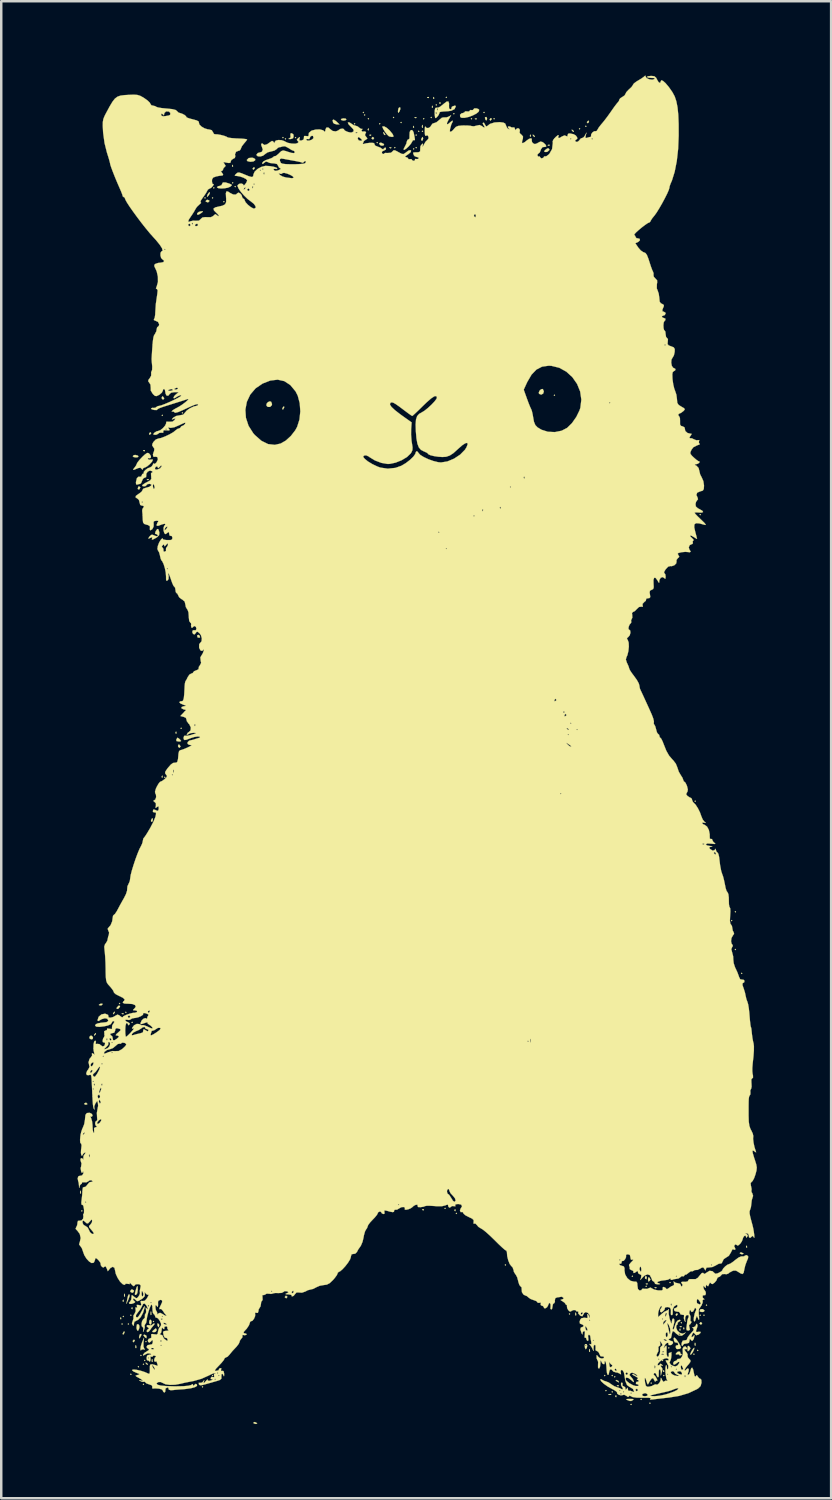
<source format=kicad_pcb>
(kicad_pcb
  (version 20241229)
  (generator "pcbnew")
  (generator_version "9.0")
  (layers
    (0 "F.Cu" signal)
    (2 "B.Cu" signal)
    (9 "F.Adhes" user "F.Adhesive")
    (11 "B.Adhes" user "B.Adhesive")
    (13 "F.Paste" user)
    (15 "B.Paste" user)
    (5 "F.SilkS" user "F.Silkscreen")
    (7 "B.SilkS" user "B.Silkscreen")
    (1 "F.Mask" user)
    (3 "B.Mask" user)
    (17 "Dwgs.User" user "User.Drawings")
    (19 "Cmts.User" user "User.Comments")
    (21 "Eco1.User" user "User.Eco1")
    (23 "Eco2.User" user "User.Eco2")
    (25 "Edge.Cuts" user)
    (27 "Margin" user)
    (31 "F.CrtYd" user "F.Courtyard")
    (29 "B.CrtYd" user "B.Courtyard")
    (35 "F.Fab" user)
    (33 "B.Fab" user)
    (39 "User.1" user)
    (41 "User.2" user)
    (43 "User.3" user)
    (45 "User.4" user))
  (footprint "alpacasso"
    (layer "F.Cu")
    (at 13.797 27.124)
    (property "Reference" "alpacasso" (at 0 0 0) (layer "F.SilkS") (effects (font (size 1.524 1.524) (thickness 0.3))))
    (attr through_hole)
    (fp_poly (pts (xy -13.513 18.771) (xy -13.538 18.796) (xy -13.564 18.771) (xy -13.538 18.745) (xy -13.513 18.771)) (stroke (width 0.01) (type solid)) (fill yes) (layer "F.SilkS"))
    (fp_poly (pts (xy -11.989 10.389) (xy -12.014 10.414) (xy -12.04 10.389) (xy -12.014 10.363) (xy -11.989 10.389)) (stroke (width 0.01) (type solid)) (fill yes) (layer "F.SilkS"))
    (fp_poly (pts (xy -11.887 23.343) (xy -11.913 23.368) (xy -11.938 23.343) (xy -11.913 23.317) (xy -11.887 23.343)) (stroke (width 0.01) (type solid)) (fill yes) (layer "F.SilkS"))
    (fp_poly (pts (xy -11.836 23.038) (xy -11.862 23.063) (xy -11.887 23.038) (xy -11.862 23.012) (xy -11.836 23.038)) (stroke (width 0.01) (type solid)) (fill yes) (layer "F.SilkS"))
    (fp_poly (pts (xy -11.735 10.744) (xy -11.76 10.77) (xy -11.786 10.744) (xy -11.76 10.719) (xy -11.735 10.744)) (stroke (width 0.01) (type solid)) (fill yes) (layer "F.SilkS"))
    (fp_poly (pts (xy -11.633 23.343) (xy -11.659 23.368) (xy -11.684 23.343) (xy -11.659 23.317) (xy -11.633 23.343)) (stroke (width 0.01) (type solid)) (fill yes) (layer "F.SilkS"))
    (fp_poly (pts (xy -11.532 22.987) (xy -11.557 23.012) (xy -11.582 22.987) (xy -11.557 22.962) (xy -11.532 22.987)) (stroke (width 0.01) (type solid)) (fill yes) (layer "F.SilkS"))
    (fp_poly (pts (xy -11.532 25.375) (xy -11.557 25.4) (xy -11.582 25.375) (xy -11.557 25.349) (xy -11.532 25.375)) (stroke (width 0.01) (type solid)) (fill yes) (layer "F.SilkS"))
    (fp_poly (pts (xy -11.481 11.151) (xy -11.506 11.176) (xy -11.532 11.151) (xy -11.506 11.125) (xy -11.481 11.151)) (stroke (width 0.01) (type solid)) (fill yes) (layer "F.SilkS"))
    (fp_poly (pts (xy -11.227 25.07) (xy -11.252 25.095) (xy -11.278 25.07) (xy -11.252 25.044) (xy -11.227 25.07)) (stroke (width 0.01) (type solid)) (fill yes) (layer "F.SilkS"))
    (fp_poly (pts (xy -11.125 24.613) (xy -11.151 24.638) (xy -11.176 24.613) (xy -11.151 24.587) (xy -11.125 24.613)) (stroke (width 0.01) (type solid)) (fill yes) (layer "F.SilkS"))
    (fp_poly (pts (xy -11.024 24.968) (xy -11.049 24.994) (xy -11.074 24.968) (xy -11.049 24.943) (xy -11.024 24.968)) (stroke (width 0.01) (type solid)) (fill yes) (layer "F.SilkS"))
    (fp_poly (pts (xy -11.024 25.781) (xy -11.049 25.806) (xy -11.074 25.781) (xy -11.049 25.756) (xy -11.024 25.781)) (stroke (width 0.01) (type solid)) (fill yes) (layer "F.SilkS"))
    (fp_poly (pts (xy -10.973 24.816) (xy -10.998 24.841) (xy -11.024 24.816) (xy -10.998 24.79) (xy -10.973 24.816)) (stroke (width 0.01) (type solid)) (fill yes) (layer "F.SilkS"))
    (fp_poly (pts (xy -10.922 24.054) (xy -10.947 24.079) (xy -10.973 24.054) (xy -10.947 24.028) (xy -10.922 24.054)) (stroke (width 0.01) (type solid)) (fill yes) (layer "F.SilkS"))
    (fp_poly (pts (xy -10.617 23.241) (xy -10.643 23.266) (xy -10.668 23.241) (xy -10.643 23.216) (xy -10.617 23.241)) (stroke (width 0.01) (type solid)) (fill yes) (layer "F.SilkS"))
    (fp_poly (pts (xy -10.262 -13.386) (xy -10.287 -13.36) (xy -10.312 -13.386) (xy -10.287 -13.411) (xy -10.262 -13.386)) (stroke (width 0.01) (type solid)) (fill yes) (layer "F.SilkS"))
    (fp_poly (pts (xy -10.16 1.245) (xy -10.185 1.27) (xy -10.211 1.245) (xy -10.185 1.219) (xy -10.16 1.245)) (stroke (width 0.01) (type solid)) (fill yes) (layer "F.SilkS"))
    (fp_poly (pts (xy -9.5 -0.737) (xy -9.525 -0.711) (xy -9.55 -0.737) (xy -9.525 -0.762) (xy -9.5 -0.737)) (stroke (width 0.01) (type solid)) (fill yes) (layer "F.SilkS"))
    (fp_poly (pts (xy -9.449 -13.487) (xy -9.474 -13.462) (xy -9.5 -13.487) (xy -9.474 -13.513) (xy -9.449 -13.487)) (stroke (width 0.01) (type solid)) (fill yes) (layer "F.SilkS"))
    (fp_poly (pts (xy -8.636 25.883) (xy -8.661 25.908) (xy -8.687 25.883) (xy -8.661 25.857) (xy -8.636 25.883)) (stroke (width 0.01) (type solid)) (fill yes) (layer "F.SilkS"))
    (fp_poly (pts (xy -8.534 -22.174) (xy -8.56 -22.149) (xy -8.585 -22.174) (xy -8.56 -22.2) (xy -8.534 -22.174)) (stroke (width 0.01) (type solid)) (fill yes) (layer "F.SilkS"))
    (fp_poly (pts (xy -8.23 -22.174) (xy -8.255 -22.149) (xy -8.28 -22.174) (xy -8.255 -22.2) (xy -8.23 -22.174)) (stroke (width 0.01) (type solid)) (fill yes) (layer "F.SilkS"))
    (fp_poly (pts (xy -8.23 25.425) (xy -8.255 25.451) (xy -8.28 25.425) (xy -8.255 25.4) (xy -8.23 25.425)) (stroke (width 0.01) (type solid)) (fill yes) (layer "F.SilkS"))
    (fp_poly (pts (xy -8.179 -22.581) (xy -8.204 -22.555) (xy -8.23 -22.581) (xy -8.204 -22.606) (xy -8.179 -22.581)) (stroke (width 0.01) (type solid)) (fill yes) (layer "F.SilkS"))
    (fp_poly (pts (xy -7.772 -22.022) (xy -7.798 -21.996) (xy -7.823 -22.022) (xy -7.798 -22.047) (xy -7.772 -22.022)) (stroke (width 0.01) (type solid)) (fill yes) (layer "F.SilkS"))
    (fp_poly (pts (xy -7.417 -22.784) (xy -7.442 -22.758) (xy -7.468 -22.784) (xy -7.442 -22.809) (xy -7.417 -22.784)) (stroke (width 0.01) (type solid)) (fill yes) (layer "F.SilkS"))
    (fp_poly (pts (xy -7.315 -22.631) (xy -7.341 -22.606) (xy -7.366 -22.631) (xy -7.341 -22.657) (xy -7.315 -22.631)) (stroke (width 0.01) (type solid)) (fill yes) (layer "F.SilkS"))
    (fp_poly (pts (xy -5.385 -24.613) (xy -5.41 -24.587) (xy -5.436 -24.613) (xy -5.41 -24.638) (xy -5.385 -24.613)) (stroke (width 0.01) (type solid)) (fill yes) (layer "F.SilkS"))
    (fp_poly (pts (xy -5.283 -24.562) (xy -5.309 -24.536) (xy -5.334 -24.562) (xy -5.309 -24.587) (xy -5.283 -24.562)) (stroke (width 0.01) (type solid)) (fill yes) (layer "F.SilkS"))
    (fp_poly (pts (xy -4.877 -24.613) (xy -4.902 -24.587) (xy -4.928 -24.613) (xy -4.902 -24.638) (xy -4.877 -24.613)) (stroke (width 0.01) (type solid)) (fill yes) (layer "F.SilkS"))
    (fp_poly (pts (xy -2.489 -25.171) (xy -2.515 -25.146) (xy -2.54 -25.171) (xy -2.515 -25.197) (xy -2.489 -25.171)) (stroke (width 0.01) (type solid)) (fill yes) (layer "F.SilkS"))
    (fp_poly (pts (xy -2.134 -25.629) (xy -2.159 -25.603) (xy -2.184 -25.629) (xy -2.159 -25.654) (xy -2.134 -25.629)) (stroke (width 0.01) (type solid)) (fill yes) (layer "F.SilkS"))
    (fp_poly (pts (xy -2.083 -25.527) (xy -2.108 -25.502) (xy -2.134 -25.527) (xy -2.108 -25.552) (xy -2.083 -25.527)) (stroke (width 0.01) (type solid)) (fill yes) (layer "F.SilkS"))
    (fp_poly (pts (xy -1.93 -25.375) (xy -1.956 -25.349) (xy -1.981 -25.375) (xy -1.956 -25.4) (xy -1.93 -25.375)) (stroke (width 0.01) (type solid)) (fill yes) (layer "F.SilkS"))
    (fp_poly (pts (xy -1.575 -24.409) (xy -1.6 -24.384) (xy -1.626 -24.409) (xy -1.6 -24.435) (xy -1.575 -24.409)) (stroke (width 0.01) (type solid)) (fill yes) (layer "F.SilkS"))
    (fp_poly (pts (xy -1.473 -25.171) (xy -1.499 -25.146) (xy -1.524 -25.171) (xy -1.499 -25.197) (xy -1.473 -25.171)) (stroke (width 0.01) (type solid)) (fill yes) (layer "F.SilkS"))
    (fp_poly (pts (xy -0.914 -25.425) (xy -0.94 -25.4) (xy -0.965 -25.425) (xy -0.94 -25.451) (xy -0.914 -25.425)) (stroke (width 0.01) (type solid)) (fill yes) (layer "F.SilkS"))
    (fp_poly (pts (xy -0.864 -24.206) (xy -0.889 -24.181) (xy -0.914 -24.206) (xy -0.889 -24.232) (xy -0.864 -24.206)) (stroke (width 0.01) (type solid)) (fill yes) (layer "F.SilkS"))
    (fp_poly (pts (xy -0.61 -25.222) (xy -0.635 -25.197) (xy -0.66 -25.222) (xy -0.635 -25.248) (xy -0.61 -25.222)) (stroke (width 0.01) (type solid)) (fill yes) (layer "F.SilkS"))
    (fp_poly (pts (xy -0.102 -24.155) (xy -0.127 -24.13) (xy -0.152 -24.155) (xy -0.127 -24.181) (xy -0.102 -24.155)) (stroke (width 0.01) (type solid)) (fill yes) (layer "F.SilkS"))
    (fp_poly (pts (xy 0 -24.714) (xy -0.025 -24.689) (xy -0.051 -24.714) (xy -0.025 -24.74) (xy 0 -24.714)) (stroke (width 0.01) (type solid)) (fill yes) (layer "F.SilkS"))
    (fp_poly (pts (xy 0 -24.206) (xy -0.025 -24.181) (xy -0.051 -24.206) (xy -0.025 -24.232) (xy 0 -24.206)) (stroke (width 0.01) (type solid)) (fill yes) (layer "F.SilkS"))
    (fp_poly (pts (xy 0.102 -24.867) (xy 0.076 -24.841) (xy 0.051 -24.867) (xy 0.076 -24.892) (xy 0.102 -24.867)) (stroke (width 0.01) (type solid)) (fill yes) (layer "F.SilkS"))
    (fp_poly (pts (xy 0.254 -24.867) (xy 0.229 -24.841) (xy 0.203 -24.867) (xy 0.229 -24.892) (xy 0.254 -24.867)) (stroke (width 0.01) (type solid)) (fill yes) (layer "F.SilkS"))
    (fp_poly (pts (xy 0.305 -25.375) (xy 0.279 -25.349) (xy 0.254 -25.375) (xy 0.279 -25.4) (xy 0.305 -25.375)) (stroke (width 0.01) (type solid)) (fill yes) (layer "F.SilkS"))
    (fp_poly (pts (xy 0.61 -25.425) (xy 0.584 -25.4) (xy 0.559 -25.425) (xy 0.584 -25.451) (xy 0.61 -25.425)) (stroke (width 0.01) (type solid)) (fill yes) (layer "F.SilkS"))
    (fp_poly (pts (xy 0.813 -25.933) (xy 0.787 -25.908) (xy 0.762 -25.933) (xy 0.787 -25.959) (xy 0.813 -25.933)) (stroke (width 0.01) (type solid)) (fill yes) (layer "F.SilkS"))
    (fp_poly (pts (xy 1.168 18.669) (xy 1.143 18.694) (xy 1.118 18.669) (xy 1.143 18.644) (xy 1.168 18.669)) (stroke (width 0.01) (type solid)) (fill yes) (layer "F.SilkS"))
    (fp_poly (pts (xy 1.219 -26.238) (xy 1.194 -26.213) (xy 1.168 -26.238) (xy 1.194 -26.264) (xy 1.219 -26.238)) (stroke (width 0.01) (type solid)) (fill yes) (layer "F.SilkS"))
    (fp_poly (pts (xy 1.524 -25.578) (xy 1.499 -25.552) (xy 1.473 -25.578) (xy 1.499 -25.603) (xy 1.524 -25.578)) (stroke (width 0.01) (type solid)) (fill yes) (layer "F.SilkS"))
    (fp_poly (pts (xy 1.626 18.872) (xy 1.6 18.898) (xy 1.575 18.872) (xy 1.6 18.847) (xy 1.626 18.872)) (stroke (width 0.01) (type solid)) (fill yes) (layer "F.SilkS"))
    (fp_poly (pts (xy 2.235 -25.375) (xy 2.21 -25.349) (xy 2.184 -25.375) (xy 2.21 -25.4) (xy 2.235 -25.375)) (stroke (width 0.01) (type solid)) (fill yes) (layer "F.SilkS"))
    (fp_poly (pts (xy 2.743 -25.629) (xy 2.718 -25.603) (xy 2.692 -25.629) (xy 2.718 -25.654) (xy 2.743 -25.629)) (stroke (width 0.01) (type solid)) (fill yes) (layer "F.SilkS"))
    (fp_poly (pts (xy 3.15 -25.375) (xy 3.124 -25.349) (xy 3.099 -25.375) (xy 3.124 -25.4) (xy 3.15 -25.375)) (stroke (width 0.01) (type solid)) (fill yes) (layer "F.SilkS"))
    (fp_poly (pts (xy 3.607 20.955) (xy 3.581 20.98) (xy 3.556 20.955) (xy 3.581 20.93) (xy 3.607 20.955)) (stroke (width 0.01) (type solid)) (fill yes) (layer "F.SilkS"))
    (fp_poly (pts (xy 5.588 -14.199) (xy 5.563 -14.173) (xy 5.537 -14.199) (xy 5.563 -14.224) (xy 5.588 -14.199)) (stroke (width 0.01) (type solid)) (fill yes) (layer "F.SilkS"))
    (fp_poly (pts (xy 6.198 22.936) (xy 6.172 22.962) (xy 6.147 22.936) (xy 6.172 22.911) (xy 6.198 22.936)) (stroke (width 0.01) (type solid)) (fill yes) (layer "F.SilkS"))
    (fp_poly (pts (xy 6.604 -24.968) (xy 6.579 -24.943) (xy 6.553 -24.968) (xy 6.579 -24.994) (xy 6.604 -24.968)) (stroke (width 0.01) (type solid)) (fill yes) (layer "F.SilkS"))
    (fp_poly (pts (xy 6.858 -25.07) (xy 6.833 -25.044) (xy 6.807 -25.07) (xy 6.833 -25.095) (xy 6.858 -25.07)) (stroke (width 0.01) (type solid)) (fill yes) (layer "F.SilkS"))
    (fp_poly (pts (xy 7.62 25.425) (xy 7.595 25.451) (xy 7.569 25.425) (xy 7.595 25.4) (xy 7.62 25.425)) (stroke (width 0.01) (type solid)) (fill yes) (layer "F.SilkS"))
    (fp_poly (pts (xy 7.671 26.035) (xy 7.645 26.06) (xy 7.62 26.035) (xy 7.645 26.01) (xy 7.671 26.035)) (stroke (width 0.01) (type solid)) (fill yes) (layer "F.SilkS"))
    (fp_poly (pts (xy 7.925 25.425) (xy 7.899 25.451) (xy 7.874 25.425) (xy 7.899 25.4) (xy 7.925 25.425)) (stroke (width 0.01) (type solid)) (fill yes) (layer "F.SilkS"))
    (fp_poly (pts (xy 7.925 26.086) (xy 7.899 26.111) (xy 7.874 26.086) (xy 7.899 26.06) (xy 7.925 26.086)) (stroke (width 0.01) (type solid)) (fill yes) (layer "F.SilkS"))
    (fp_poly (pts (xy 8.026 25.476) (xy 8.001 25.502) (xy 7.976 25.476) (xy 8.001 25.451) (xy 8.026 25.476)) (stroke (width 0.01) (type solid)) (fill yes) (layer "F.SilkS"))
    (fp_poly (pts (xy 8.687 26.594) (xy 8.661 26.619) (xy 8.636 26.594) (xy 8.661 26.568) (xy 8.687 26.594)) (stroke (width 0.01) (type solid)) (fill yes) (layer "F.SilkS"))
    (fp_poly (pts (xy 8.738 21.412) (xy 8.712 21.438) (xy 8.687 21.412) (xy 8.712 21.387) (xy 8.738 21.412)) (stroke (width 0.01) (type solid)) (fill yes) (layer "F.SilkS"))
    (fp_poly (pts (xy 9.093 26.391) (xy 9.068 26.416) (xy 9.042 26.391) (xy 9.068 26.365) (xy 9.093 26.391)) (stroke (width 0.01) (type solid)) (fill yes) (layer "F.SilkS"))
    (fp_poly (pts (xy 9.296 21.819) (xy 9.271 21.844) (xy 9.246 21.819) (xy 9.271 21.793) (xy 9.296 21.819)) (stroke (width 0.01) (type solid)) (fill yes) (layer "F.SilkS"))
    (fp_poly (pts (xy 9.449 26.543) (xy 9.423 26.568) (xy 9.398 26.543) (xy 9.423 26.518) (xy 9.449 26.543)) (stroke (width 0.01) (type solid)) (fill yes) (layer "F.SilkS"))
    (fp_poly (pts (xy 9.5 25.73) (xy 9.474 25.756) (xy 9.449 25.73) (xy 9.474 25.705) (xy 9.5 25.73)) (stroke (width 0.01) (type solid)) (fill yes) (layer "F.SilkS"))
    (fp_poly (pts (xy 9.957 24.816) (xy 9.931 24.841) (xy 9.906 24.816) (xy 9.931 24.79) (xy 9.957 24.816)) (stroke (width 0.01) (type solid)) (fill yes) (layer "F.SilkS"))
    (fp_poly (pts (xy 10.008 25.425) (xy 9.982 25.451) (xy 9.957 25.425) (xy 9.982 25.4) (xy 10.008 25.425)) (stroke (width 0.01) (type solid)) (fill yes) (layer "F.SilkS"))
    (fp_poly (pts (xy 10.211 24.308) (xy 10.185 24.333) (xy 10.16 24.308) (xy 10.185 24.282) (xy 10.211 24.308)) (stroke (width 0.01) (type solid)) (fill yes) (layer "F.SilkS"))
    (fp_poly (pts (xy 10.262 21.666) (xy 10.236 21.692) (xy 10.211 21.666) (xy 10.236 21.641) (xy 10.262 21.666)) (stroke (width 0.01) (type solid)) (fill yes) (layer "F.SilkS"))
    (fp_poly (pts (xy 10.719 23.292) (xy 10.693 23.317) (xy 10.668 23.292) (xy 10.693 23.266) (xy 10.719 23.292)) (stroke (width 0.01) (type solid)) (fill yes) (layer "F.SilkS"))
    (fp_poly (pts (xy 11.227 24.562) (xy 11.201 24.587) (xy 11.176 24.562) (xy 11.201 24.536) (xy 11.227 24.562)) (stroke (width 0.01) (type solid)) (fill yes) (layer "F.SilkS"))
    (fp_poly (pts (xy 11.278 2.21) (xy 11.252 2.235) (xy 11.227 2.21) (xy 11.252 2.184) (xy 11.278 2.21)) (stroke (width 0.01) (type solid)) (fill yes) (layer "F.SilkS"))
    (fp_poly (pts (xy 11.379 24.409) (xy 11.354 24.435) (xy 11.328 24.409) (xy 11.354 24.384) (xy 11.379 24.409)) (stroke (width 0.01) (type solid)) (fill yes) (layer "F.SilkS"))
    (fp_poly (pts (xy 11.481 -9.373) (xy 11.455 -9.347) (xy 11.43 -9.373) (xy 11.455 -9.398) (xy 11.481 -9.373)) (stroke (width 0.01) (type solid)) (fill yes) (layer "F.SilkS"))
    (fp_poly (pts (xy 11.481 22.987) (xy 11.455 23.012) (xy 11.43 22.987) (xy 11.455 22.962) (xy 11.481 22.987)) (stroke (width 0.01) (type solid)) (fill yes) (layer "F.SilkS"))
    (fp_poly (pts (xy 11.633 22.987) (xy 11.608 23.012) (xy 11.582 22.987) (xy 11.608 22.962) (xy 11.633 22.987)) (stroke (width 0.01) (type solid)) (fill yes) (layer "F.SilkS"))
    (fp_poly (pts (xy 11.735 22.581) (xy 11.709 22.606) (xy 11.684 22.581) (xy 11.709 22.555) (xy 11.735 22.581)) (stroke (width 0.01) (type solid)) (fill yes) (layer "F.SilkS"))
    (fp_poly (pts (xy 12.751 7.036) (xy 12.725 7.061) (xy 12.7 7.036) (xy 12.725 7.01) (xy 12.751 7.036)) (stroke (width 0.01) (type solid)) (fill yes) (layer "F.SilkS"))
    (fp_poly (pts (xy 12.903 6.68) (xy 12.878 6.706) (xy 12.852 6.68) (xy 12.878 6.655) (xy 12.903 6.68)) (stroke (width 0.01) (type solid)) (fill yes) (layer "F.SilkS"))
    (fp_poly (pts (xy 12.903 8.204) (xy 12.878 8.23) (xy 12.852 8.204) (xy 12.878 8.179) (xy 12.903 8.204)) (stroke (width 0.01) (type solid)) (fill yes) (layer "F.SilkS"))
    (fp_poly (pts (xy 13.157 9.169) (xy 13.132 9.195) (xy 13.106 9.169) (xy 13.132 9.144) (xy 13.157 9.169)) (stroke (width 0.01) (type solid)) (fill yes) (layer "F.SilkS"))
    (fp_poly (pts (xy -13.58 17.974) (xy -13.574 18.053) (xy -13.584 18.071) (xy -13.607 18.056) (xy -13.61 18.004) (xy -13.598 17.95) (xy -13.58 17.974)) (stroke (width 0.01) (type solid)) (fill yes) (layer "F.SilkS"))
    (fp_poly (pts (xy -11.955 23.08) (xy -11.949 23.14) (xy -11.955 23.148) (xy -11.985 23.141) (xy -11.989 23.114) (xy -11.97 23.072) (xy -11.955 23.08)) (stroke (width 0.01) (type solid)) (fill yes) (layer "F.SilkS"))
    (fp_poly (pts (xy -11.853 10.787) (xy -11.86 10.817) (xy -11.887 10.82) (xy -11.929 10.802) (xy -11.921 10.787) (xy -11.861 10.78) (xy -11.853 10.787)) (stroke (width 0.01) (type solid)) (fill yes) (layer "F.SilkS"))
    (fp_poly (pts (xy -11.853 22.369) (xy -11.847 22.429) (xy -11.853 22.437) (xy -11.884 22.43) (xy -11.887 22.403) (xy -11.869 22.361) (xy -11.853 22.369)) (stroke (width 0.01) (type solid)) (fill yes) (layer "F.SilkS"))
    (fp_poly (pts (xy -11.802 22.139) (xy -11.796 22.219) (xy -11.806 22.237) (xy -11.829 22.221) (xy -11.832 22.17) (xy -11.82 22.116) (xy -11.802 22.139)) (stroke (width 0.01) (type solid)) (fill yes) (layer "F.SilkS"))
    (fp_poly (pts (xy -11.498 22.674) (xy -11.492 22.734) (xy -11.498 22.741) (xy -11.528 22.734) (xy -11.532 22.708) (xy -11.513 22.666) (xy -11.498 22.674)) (stroke (width 0.01) (type solid)) (fill yes) (layer "F.SilkS"))
    (fp_poly (pts (xy -11.344 24.222) (xy -11.338 24.301) (xy -11.349 24.319) (xy -11.372 24.304) (xy -11.375 24.253) (xy -11.363 24.199) (xy -11.344 24.222)) (stroke (width 0.01) (type solid)) (fill yes) (layer "F.SilkS"))
    (fp_poly (pts (xy -10.99 -11.972) (xy -10.997 -11.942) (xy -11.024 -11.938) (xy -11.065 -11.957) (xy -11.057 -11.972) (xy -10.997 -11.978) (xy -10.99 -11.972)) (stroke (width 0.01) (type solid)) (fill yes) (layer "F.SilkS"))
    (fp_poly (pts (xy -10.837 -10.803) (xy -10.844 -10.773) (xy -10.871 -10.77) (xy -10.913 -10.788) (xy -10.905 -10.803) (xy -10.845 -10.81) (xy -10.837 -10.803)) (stroke (width 0.01) (type solid)) (fill yes) (layer "F.SilkS"))
    (fp_poly (pts (xy -10.736 22.847) (xy -10.729 22.951) (xy -10.736 22.974) (xy -10.754 22.981) (xy -10.762 22.911) (xy -10.754 22.839) (xy -10.736 22.847)) (stroke (width 0.01) (type solid)) (fill yes) (layer "F.SilkS"))
    (fp_poly (pts (xy -10.684 24.781) (xy -10.678 24.86) (xy -10.688 24.878) (xy -10.711 24.863) (xy -10.715 24.812) (xy -10.702 24.757) (xy -10.684 24.781)) (stroke (width 0.01) (type solid)) (fill yes) (layer "F.SilkS"))
    (fp_poly (pts (xy -10.279 1.185) (xy -10.272 1.246) (xy -10.279 1.253) (xy -10.309 1.246) (xy -10.312 1.219) (xy -10.294 1.177) (xy -10.279 1.185)) (stroke (width 0.01) (type solid)) (fill yes) (layer "F.SilkS"))
    (fp_poly (pts (xy -9.72 -0.593) (xy -9.714 -0.532) (xy -9.72 -0.525) (xy -9.75 -0.532) (xy -9.754 -0.559) (xy -9.735 -0.601) (xy -9.72 -0.593)) (stroke (width 0.01) (type solid)) (fill yes) (layer "F.SilkS"))
    (fp_poly (pts (xy -7.434 -23.503) (xy -7.428 -23.443) (xy -7.434 -23.436) (xy -7.464 -23.443) (xy -7.468 -23.47) (xy -7.449 -23.511) (xy -7.434 -23.503)) (stroke (width 0.01) (type solid)) (fill yes) (layer "F.SilkS"))
    (fp_poly (pts (xy -1.947 -24.977) (xy -1.941 -24.916) (xy -1.947 -24.909) (xy -1.978 -24.916) (xy -1.981 -24.943) (xy -1.963 -24.985) (xy -1.947 -24.977)) (stroke (width 0.01) (type solid)) (fill yes) (layer "F.SilkS"))
    (fp_poly (pts (xy -1.846 -24.723) (xy -1.853 -24.692) (xy -1.88 -24.689) (xy -1.921 -24.707) (xy -1.913 -24.723) (xy -1.853 -24.729) (xy -1.846 -24.723)) (stroke (width 0.01) (type solid)) (fill yes) (layer "F.SilkS"))
    (fp_poly (pts (xy -1.033 -24.215) (xy -1.04 -24.184) (xy -1.067 -24.181) (xy -1.109 -24.199) (xy -1.101 -24.215) (xy -1.04 -24.221) (xy -1.033 -24.215)) (stroke (width 0.01) (type solid)) (fill yes) (layer "F.SilkS"))
    (fp_poly (pts (xy -0.119 -25.078) (xy -0.112 -25.018) (xy -0.119 -25.011) (xy -0.149 -25.018) (xy -0.152 -25.044) (xy -0.134 -25.086) (xy -0.119 -25.078)) (stroke (width 0.01) (type solid)) (fill yes) (layer "F.SilkS"))
    (fp_poly (pts (xy -0.017 -25.434) (xy -0.024 -25.404) (xy -0.051 -25.4) (xy -0.093 -25.419) (xy -0.085 -25.434) (xy -0.024 -25.44) (xy -0.017 -25.434)) (stroke (width 0.01) (type solid)) (fill yes) (layer "F.SilkS"))
    (fp_poly (pts (xy 0.238 -25.105) (xy 0.244 -25.025) (xy 0.234 -25.007) (xy 0.211 -25.023) (xy 0.207 -25.074) (xy 0.22 -25.128) (xy 0.238 -25.105)) (stroke (width 0.01) (type solid)) (fill yes) (layer "F.SilkS"))
    (fp_poly (pts (xy 0.288 18.711) (xy 0.281 18.742) (xy 0.254 18.745) (xy 0.212 18.727) (xy 0.22 18.711) (xy 0.28 18.705) (xy 0.288 18.711)) (stroke (width 0.01) (type solid)) (fill yes) (layer "F.SilkS"))
    (fp_poly (pts (xy 0.491 -26.247) (xy 0.484 -26.216) (xy 0.457 -26.213) (xy 0.415 -26.231) (xy 0.423 -26.247) (xy 0.484 -26.253) (xy 0.491 -26.247)) (stroke (width 0.01) (type solid)) (fill yes) (layer "F.SilkS"))
    (fp_poly (pts (xy 0.643 -25.891) (xy 0.65 -25.831) (xy 0.643 -25.823) (xy 0.613 -25.83) (xy 0.61 -25.857) (xy 0.628 -25.899) (xy 0.643 -25.891)) (stroke (width 0.01) (type solid)) (fill yes) (layer "F.SilkS"))
    (fp_poly (pts (xy 0.694 -26.247) (xy 0.7 -26.186) (xy 0.694 -26.179) (xy 0.664 -26.186) (xy 0.66 -26.213) (xy 0.679 -26.255) (xy 0.694 -26.247)) (stroke (width 0.01) (type solid)) (fill yes) (layer "F.SilkS"))
    (fp_poly (pts (xy 0.948 -26.043) (xy 0.954 -25.983) (xy 0.948 -25.976) (xy 0.918 -25.983) (xy 0.914 -26.01) (xy 0.933 -26.051) (xy 0.948 -26.043)) (stroke (width 0.01) (type solid)) (fill yes) (layer "F.SilkS"))
    (fp_poly (pts (xy 1.558 18.711) (xy 1.564 18.772) (xy 1.558 18.779) (xy 1.528 18.772) (xy 1.524 18.745) (xy 1.543 18.703) (xy 1.558 18.711)) (stroke (width 0.01) (type solid)) (fill yes) (layer "F.SilkS"))
    (fp_poly (pts (xy 2.421 -25.383) (xy 2.414 -25.353) (xy 2.388 -25.349) (xy 2.346 -25.368) (xy 2.354 -25.383) (xy 2.414 -25.389) (xy 2.421 -25.383)) (stroke (width 0.01) (type solid)) (fill yes) (layer "F.SilkS"))
    (fp_poly (pts (xy 4.606 -24.723) (xy 4.612 -24.662) (xy 4.606 -24.655) (xy 4.576 -24.662) (xy 4.572 -24.689) (xy 4.591 -24.731) (xy 4.606 -24.723)) (stroke (width 0.01) (type solid)) (fill yes) (layer "F.SilkS"))
    (fp_poly (pts (xy 5.368 -24.316) (xy 5.361 -24.286) (xy 5.334 -24.282) (xy 5.292 -24.301) (xy 5.3 -24.316) (xy 5.36 -24.322) (xy 5.368 -24.316)) (stroke (width 0.01) (type solid)) (fill yes) (layer "F.SilkS"))
    (fp_poly (pts (xy 6.436 22.901) (xy 6.442 22.981) (xy 6.431 22.999) (xy 6.408 22.983) (xy 6.405 22.932) (xy 6.417 22.878) (xy 6.436 22.901)) (stroke (width 0.01) (type solid)) (fill yes) (layer "F.SilkS"))
    (fp_poly (pts (xy 6.994 24.374) (xy 7 24.454) (xy 6.99 24.472) (xy 6.967 24.457) (xy 6.964 24.405) (xy 6.976 24.351) (xy 6.994 24.374)) (stroke (width 0.01) (type solid)) (fill yes) (layer "F.SilkS"))
    (fp_poly (pts (xy 7.86 26.182) (xy 7.845 26.205) (xy 7.794 26.209) (xy 7.739 26.196) (xy 7.763 26.178) (xy 7.842 26.172) (xy 7.86 26.182)) (stroke (width 0.01) (type solid)) (fill yes) (layer "F.SilkS"))
    (fp_poly (pts (xy 8.06 26.23) (xy 8.066 26.29) (xy 8.06 26.297) (xy 8.03 26.29) (xy 8.026 26.264) (xy 8.045 26.222) (xy 8.06 26.23)) (stroke (width 0.01) (type solid)) (fill yes) (layer "F.SilkS"))
    (fp_poly (pts (xy 8.162 25.823) (xy 8.155 25.854) (xy 8.128 25.857) (xy 8.086 25.839) (xy 8.094 25.823) (xy 8.154 25.817) (xy 8.162 25.823)) (stroke (width 0.01) (type solid)) (fill yes) (layer "F.SilkS"))
    (fp_poly (pts (xy 9.33 21.709) (xy 9.323 21.739) (xy 9.296 21.742) (xy 9.255 21.724) (xy 9.263 21.709) (xy 9.323 21.702) (xy 9.33 21.709)) (stroke (width 0.01) (type solid)) (fill yes) (layer "F.SilkS"))
    (fp_poly (pts (xy 9.686 21.861) (xy 9.679 21.891) (xy 9.652 21.895) (xy 9.61 21.876) (xy 9.618 21.861) (xy 9.678 21.855) (xy 9.686 21.861)) (stroke (width 0.01) (type solid)) (fill yes) (layer "F.SilkS"))
    (fp_poly (pts (xy 9.991 25.214) (xy 9.997 25.274) (xy 9.991 25.281) (xy 9.96 25.274) (xy 9.957 25.248) (xy 9.975 25.206) (xy 9.991 25.214)) (stroke (width 0.01) (type solid)) (fill yes) (layer "F.SilkS"))
    (fp_poly (pts (xy 10.651 23.537) (xy 10.657 23.598) (xy 10.651 23.605) (xy 10.621 23.598) (xy 10.617 23.571) (xy 10.636 23.529) (xy 10.651 23.537)) (stroke (width 0.01) (type solid)) (fill yes) (layer "F.SilkS"))
    (fp_poly (pts (xy 10.702 23.436) (xy 10.695 23.466) (xy 10.668 23.47) (xy 10.626 23.451) (xy 10.634 23.436) (xy 10.694 23.43) (xy 10.702 23.436)) (stroke (width 0.01) (type solid)) (fill yes) (layer "F.SilkS"))
    (fp_poly (pts (xy 10.803 23.487) (xy 10.81 23.547) (xy 10.803 23.554) (xy 10.773 23.547) (xy 10.77 23.52) (xy 10.788 23.479) (xy 10.803 23.487)) (stroke (width 0.01) (type solid)) (fill yes) (layer "F.SilkS"))
    (fp_poly (pts (xy 11.262 24.12) (xy 11.268 24.2) (xy 11.257 24.218) (xy 11.234 24.203) (xy 11.231 24.151) (xy 11.243 24.097) (xy 11.262 24.12)) (stroke (width 0.01) (type solid)) (fill yes) (layer "F.SilkS"))
    (fp_poly (pts (xy 13.343 20.185) (xy 13.35 20.245) (xy 13.343 20.252) (xy 13.313 20.245) (xy 13.31 20.218) (xy 13.328 20.177) (xy 13.343 20.185)) (stroke (width 0.01) (type solid)) (fill yes) (layer "F.SilkS"))
    (fp_poly (pts (xy -13.357 14.404) (xy -13.312 14.453) (xy -13.363 14.477) (xy -13.389 14.478) (xy -13.441 14.453) (xy -13.436 14.426) (xy -13.375 14.397) (xy -13.357 14.404)) (stroke (width 0.01) (type solid)) (fill yes) (layer "F.SilkS"))
    (fp_poly (pts (xy -11.808 23.656) (xy -11.817 23.696) (xy -11.858 23.767) (xy -11.885 23.755) (xy -11.887 23.727) (xy -11.85 23.658) (xy -11.837 23.648) (xy -11.808 23.656)) (stroke (width 0.01) (type solid)) (fill yes) (layer "F.SilkS"))
    (fp_poly (pts (xy -10.93 24.913) (xy -10.876 24.96) (xy -10.871 24.971) (xy -10.895 24.992) (xy -10.946 24.945) (xy -10.952 24.935) (xy -10.958 24.9) (xy -10.93 24.913)) (stroke (width 0.01) (type solid)) (fill yes) (layer "F.SilkS"))
    (fp_poly (pts (xy -8.783 -4.485) (xy -8.758 -4.422) (xy -8.78 -4.399) (xy -8.849 -4.404) (xy -8.866 -4.422) (xy -8.878 -4.494) (xy -8.829 -4.514) (xy -8.783 -4.485)) (stroke (width 0.01) (type solid)) (fill yes) (layer "F.SilkS"))
    (fp_poly (pts (xy -5.357 -13.733) (xy -5.365 -13.693) (xy -5.406 -13.622) (xy -5.433 -13.634) (xy -5.436 -13.662) (xy -5.399 -13.731) (xy -5.385 -13.741) (xy -5.357 -13.733)) (stroke (width 0.01) (type solid)) (fill yes) (layer "F.SilkS"))
    (fp_poly (pts (xy -1.321 -24.811) (xy -1.314 -24.804) (xy -1.274 -24.737) (xy -1.28 -24.713) (xy -1.318 -24.728) (xy -1.343 -24.776) (xy -1.358 -24.835) (xy -1.321 -24.811)) (stroke (width 0.01) (type solid)) (fill yes) (layer "F.SilkS"))
    (fp_poly (pts (xy 2.84 -25.389) (xy 2.834 -25.342) (xy 2.806 -25.304) (xy 2.773 -25.342) (xy 2.754 -25.417) (xy 2.764 -25.437) (xy 2.814 -25.446) (xy 2.84 -25.389)) (stroke (width 0.01) (type solid)) (fill yes) (layer "F.SilkS"))
    (fp_poly (pts (xy 4.717 -24.719) (xy 4.771 -24.668) (xy 4.76 -24.638) (xy 4.753 -24.638) (xy 4.71 -24.674) (xy 4.694 -24.697) (xy 4.688 -24.731) (xy 4.717 -24.719)) (stroke (width 0.01) (type solid)) (fill yes) (layer "F.SilkS"))
    (fp_poly (pts (xy 6.291 -24.922) (xy 6.345 -24.875) (xy 6.35 -24.864) (xy 6.326 -24.843) (xy 6.276 -24.89) (xy 6.269 -24.9) (xy 6.263 -24.935) (xy 6.291 -24.922)) (stroke (width 0.01) (type solid)) (fill yes) (layer "F.SilkS"))
    (fp_poly (pts (xy 8.143 25.64) (xy 8.153 25.654) (xy 8.171 25.7) (xy 8.123 25.682) (xy 8.077 25.654) (xy 8.038 25.613) (xy 8.062 25.604) (xy 8.143 25.64)) (stroke (width 0.01) (type solid)) (fill yes) (layer "F.SilkS"))
    (fp_poly (pts (xy 9.289 21.424) (xy 9.296 21.46) (xy 9.28 21.533) (xy 9.236 21.511) (xy 9.222 21.492) (xy 9.229 21.427) (xy 9.245 21.413) (xy 9.289 21.424)) (stroke (width 0.01) (type solid)) (fill yes) (layer "F.SilkS"))
    (fp_poly (pts (xy -13.107 11.724) (xy -13.088 11.76) (xy -13.098 11.822) (xy -13.162 11.837) (xy -13.224 11.804) (xy -13.234 11.74) (xy -13.184 11.689) (xy -13.16 11.684) (xy -13.107 11.724)) (stroke (width 0.01) (type solid)) (fill yes) (layer "F.SilkS"))
    (fp_poly (pts (xy -12.97 11.615) (xy -12.979 11.633) (xy -13.027 11.682) (xy -13.036 11.684) (xy -13.04 11.651) (xy -13.03 11.633) (xy -12.982 11.585) (xy -12.973 11.582) (xy -12.97 11.615)) (stroke (width 0.01) (type solid)) (fill yes) (layer "F.SilkS"))
    (fp_poly (pts (xy -12.7 10.416) (xy -12.741 10.459) (xy -12.776 10.465) (xy -12.844 10.454) (xy -12.852 10.445) (xy -12.813 10.412) (xy -12.776 10.396) (xy -12.711 10.395) (xy -12.7 10.416)) (stroke (width 0.01) (type solid)) (fill yes) (layer "F.SilkS"))
    (fp_poly (pts (xy -12.208 10.752) (xy -12.217 10.77) (xy -12.265 10.818) (xy -12.274 10.82) (xy -12.278 10.788) (xy -12.268 10.77) (xy -12.22 10.721) (xy -12.211 10.719) (xy -12.208 10.752)) (stroke (width 0.01) (type solid)) (fill yes) (layer "F.SilkS"))
    (fp_poly (pts (xy -11.996 10.488) (xy -11.998 10.519) (xy -12.063 10.596) (xy -12.087 10.608) (xy -12.134 10.594) (xy -12.132 10.563) (xy -12.067 10.486) (xy -12.043 10.474) (xy -11.996 10.488)) (stroke (width 0.01) (type solid)) (fill yes) (layer "F.SilkS"))
    (fp_poly (pts (xy -11.607 22.158) (xy -11.609 22.216) (xy -11.647 22.328) (xy -11.659 22.357) (xy -11.738 22.53) (xy -11.705 22.352) (xy -11.673 22.206) (xy -11.642 22.147) (xy -11.607 22.158)) (stroke (width 0.01) (type solid)) (fill yes) (layer "F.SilkS"))
    (fp_poly (pts (xy -11.439 21.982) (xy -11.43 22.013) (xy -11.471 22.073) (xy -11.506 22.081) (xy -11.574 22.045) (xy -11.582 22.013) (xy -11.542 21.953) (xy -11.506 21.946) (xy -11.439 21.982)) (stroke (width 0.01) (type solid)) (fill yes) (layer "F.SilkS"))
    (fp_poly (pts (xy -11.397 24.009) (xy -11.405 24.028) (xy -11.45 24.077) (xy -11.458 24.079) (xy -11.48 24.04) (xy -11.481 24.028) (xy -11.442 23.98) (xy -11.427 23.978) (xy -11.397 24.009)) (stroke (width 0.01) (type solid)) (fill yes) (layer "F.SilkS"))
    (fp_poly (pts (xy -11.285 -11.762) (xy -11.252 -11.735) (xy -11.27 -11.697) (xy -11.351 -11.684) (xy -11.448 -11.701) (xy -11.481 -11.735) (xy -11.438 -11.776) (xy -11.382 -11.786) (xy -11.285 -11.762)) (stroke (width 0.01) (type solid)) (fill yes) (layer "F.SilkS"))
    (fp_poly (pts (xy -11.177 -10.479) (xy -11.176 -10.468) (xy -11.213 -10.399) (xy -11.227 -10.389) (xy -11.27 -10.4) (xy -11.278 -10.436) (xy -11.251 -10.506) (xy -11.227 -10.516) (xy -11.177 -10.479)) (stroke (width 0.01) (type solid)) (fill yes) (layer "F.SilkS"))
    (fp_poly (pts (xy -11.139 23.805) (xy -11.176 23.876) (xy -11.215 23.924) (xy -11.226 23.878) (xy -11.226 23.866) (xy -11.2 23.774) (xy -11.176 23.749) (xy -11.131 23.745) (xy -11.139 23.805)) (stroke (width 0.01) (type solid)) (fill yes) (layer "F.SilkS"))
    (fp_poly (pts (xy -10.932 23.814) (xy -10.922 23.851) (xy -10.929 23.916) (xy -10.963 23.902) (xy -11.013 23.849) (xy -11.051 23.79) (xy -11.009 23.774) (xy -11 23.774) (xy -10.932 23.814)) (stroke (width 0.01) (type solid)) (fill yes) (layer "F.SilkS"))
    (fp_poly (pts (xy -10.736 -12.669) (xy -10.744 -12.649) (xy -10.79 -12.601) (xy -10.798 -12.598) (xy -10.82 -12.638) (xy -10.82 -12.649) (xy -10.781 -12.698) (xy -10.767 -12.7) (xy -10.736 -12.669)) (stroke (width 0.01) (type solid)) (fill yes) (layer "F.SilkS"))
    (fp_poly (pts (xy -10.728 23.207) (xy -10.719 23.266) (xy -10.74 23.349) (xy -10.77 23.368) (xy -10.811 23.325) (xy -10.82 23.266) (xy -10.799 23.184) (xy -10.77 23.165) (xy -10.728 23.207)) (stroke (width 0.01) (type solid)) (fill yes) (layer "F.SilkS"))
    (fp_poly (pts (xy -10.67 2.937) (xy -10.668 2.972) (xy -10.695 3.039) (xy -10.717 3.048) (xy -10.745 3.011) (xy -10.737 2.972) (xy -10.701 2.905) (xy -10.688 2.896) (xy -10.67 2.937)) (stroke (width 0.01) (type solid)) (fill yes) (layer "F.SilkS"))
    (fp_poly (pts (xy -10.42 23.358) (xy -10.414 23.393) (xy -10.425 23.461) (xy -10.434 23.47) (xy -10.467 23.43) (xy -10.483 23.393) (xy -10.484 23.328) (xy -10.463 23.317) (xy -10.42 23.358)) (stroke (width 0.01) (type solid)) (fill yes) (layer "F.SilkS"))
    (fp_poly (pts (xy -10.262 -14.148) (xy -10.213 -14.083) (xy -10.211 -14.069) (xy -10.25 -14.022) (xy -10.262 -14.021) (xy -10.306 -14.062) (xy -10.312 -14.1) (xy -10.288 -14.153) (xy -10.262 -14.148)) (stroke (width 0.01) (type solid)) (fill yes) (layer "F.SilkS"))
    (fp_poly (pts (xy -9.601 -0.076) (xy -9.552 -0.011) (xy -9.55 0.003) (xy -9.589 0.049) (xy -9.601 0.051) (xy -9.646 0.009) (xy -9.652 -0.028) (xy -9.627 -0.081) (xy -9.601 -0.076)) (stroke (width 0.01) (type solid)) (fill yes) (layer "F.SilkS"))
    (fp_poly (pts (xy -8.656 -21.61) (xy -8.709 -21.566) (xy -8.816 -21.5) (xy -8.876 -21.498) (xy -8.878 -21.552) (xy -8.816 -21.606) (xy -8.734 -21.63) (xy -8.648 -21.635) (xy -8.656 -21.61)) (stroke (width 0.01) (type solid)) (fill yes) (layer "F.SilkS"))
    (fp_poly (pts (xy -8.391 -22.071) (xy -8.382 -22.047) (xy -8.423 -22.002) (xy -8.458 -21.996) (xy -8.526 -22.024) (xy -8.534 -22.047) (xy -8.493 -22.092) (xy -8.458 -22.098) (xy -8.391 -22.071)) (stroke (width 0.01) (type solid)) (fill yes) (layer "F.SilkS"))
    (fp_poly (pts (xy -8.364 -22.401) (xy -8.371 -22.348) (xy -8.412 -22.279) (xy -8.465 -22.221) (xy -8.483 -22.228) (xy -8.46 -22.306) (xy -8.412 -22.378) (xy -8.369 -22.404) (xy -8.364 -22.401)) (stroke (width 0.01) (type solid)) (fill yes) (layer "F.SilkS"))
    (fp_poly (pts (xy -6.554 -23.379) (xy -6.553 -23.368) (xy -6.592 -23.319) (xy -6.607 -23.317) (xy -6.637 -23.348) (xy -6.629 -23.368) (xy -6.584 -23.416) (xy -6.576 -23.419) (xy -6.554 -23.379)) (stroke (width 0.01) (type solid)) (fill yes) (layer "F.SilkS"))
    (fp_poly (pts (xy -6.528 27.312) (xy -6.461 27.348) (xy -6.452 27.361) (xy -6.493 27.379) (xy -6.528 27.381) (xy -6.595 27.355) (xy -6.604 27.332) (xy -6.567 27.304) (xy -6.528 27.312)) (stroke (width 0.01) (type solid)) (fill yes) (layer "F.SilkS"))
    (fp_poly (pts (xy -5.234 22.238) (xy -5.232 22.25) (xy -5.271 22.3) (xy -5.283 22.301) (xy -5.333 22.263) (xy -5.334 22.25) (xy -5.295 22.201) (xy -5.283 22.2) (xy -5.234 22.238)) (stroke (width 0.01) (type solid)) (fill yes) (layer "F.SilkS"))
    (fp_poly (pts (xy -3.27 -25.282) (xy -3.252 -25.266) (xy -3.126 -25.146) (xy -3.241 -25.146) (xy -3.343 -25.175) (xy -3.385 -25.221) (xy -3.403 -25.319) (xy -3.362 -25.341) (xy -3.27 -25.282)) (stroke (width 0.01) (type solid)) (fill yes) (layer "F.SilkS"))
    (fp_poly (pts (xy -2.875 -25.379) (xy -2.845 -25.349) (xy -2.885 -25.31) (xy -2.971 -25.3) (xy -3.05 -25.322) (xy -3.067 -25.338) (xy -3.043 -25.372) (xy -2.968 -25.389) (xy -2.875 -25.379)) (stroke (width 0.01) (type solid)) (fill yes) (layer "F.SilkS"))
    (fp_poly (pts (xy -1.729 -24.599) (xy -1.727 -24.587) (xy -1.766 -24.538) (xy -1.778 -24.536) (xy -1.827 -24.575) (xy -1.829 -24.587) (xy -1.79 -24.637) (xy -1.778 -24.638) (xy -1.729 -24.599)) (stroke (width 0.01) (type solid)) (fill yes) (layer "F.SilkS"))
    (fp_poly (pts (xy -1.422 -24.399) (xy -1.34 -24.359) (xy -1.321 -24.327) (xy -1.359 -24.288) (xy -1.438 -24.288) (xy -1.49 -24.316) (xy -1.524 -24.382) (xy -1.473 -24.407) (xy -1.422 -24.399)) (stroke (width 0.01) (type solid)) (fill yes) (layer "F.SilkS"))
    (fp_poly (pts (xy 0.252 -24.597) (xy 0.254 -24.562) (xy 0.227 -24.494) (xy 0.205 -24.486) (xy 0.177 -24.523) (xy 0.185 -24.562) (xy 0.221 -24.629) (xy 0.234 -24.638) (xy 0.252 -24.597)) (stroke (width 0.01) (type solid)) (fill yes) (layer "F.SilkS"))
    (fp_poly (pts (xy 3.031 -25.369) (xy 3.023 -25.349) (xy 2.977 -25.301) (xy 2.969 -25.298) (xy 2.947 -25.338) (xy 2.946 -25.349) (xy 2.985 -25.398) (xy 3 -25.4) (xy 3.031 -25.369)) (stroke (width 0.01) (type solid)) (fill yes) (layer "F.SilkS"))
    (fp_poly (pts (xy 6.959 -25.259) (xy 6.96 -25.248) (xy 6.921 -25.199) (xy 6.906 -25.197) (xy 6.875 -25.228) (xy 6.883 -25.248) (xy 6.929 -25.296) (xy 6.937 -25.298) (xy 6.959 -25.259)) (stroke (width 0.01) (type solid)) (fill yes) (layer "F.SilkS"))
    (fp_poly (pts (xy 9.396 21.467) (xy 9.408 21.478) (xy 9.443 21.547) (xy 9.408 21.6) (xy 9.363 21.625) (xy 9.348 21.564) (xy 9.347 21.539) (xy 9.357 21.458) (xy 9.396 21.467)) (stroke (width 0.01) (type solid)) (fill yes) (layer "F.SilkS"))
    (fp_poly (pts (xy 10.549 22.942) (xy 10.541 22.962) (xy 10.495 23.01) (xy 10.487 23.012) (xy 10.465 22.973) (xy 10.465 22.962) (xy 10.504 22.913) (xy 10.519 22.911) (xy 10.549 22.942)) (stroke (width 0.01) (type solid)) (fill yes) (layer "F.SilkS"))
    (fp_poly (pts (xy 11.53 23.305) (xy 11.532 23.317) (xy 11.493 23.367) (xy 11.481 23.368) (xy 11.431 23.329) (xy 11.43 23.317) (xy 11.469 23.268) (xy 11.481 23.266) (xy 11.53 23.305)) (stroke (width 0.01) (type solid)) (fill yes) (layer "F.SilkS"))
    (fp_poly (pts (xy 11.562 22.742) (xy 11.629 22.795) (xy 11.606 22.844) (xy 11.532 22.86) (xy 11.449 22.842) (xy 11.43 22.818) (xy 11.467 22.743) (xy 11.56 22.741) (xy 11.562 22.742)) (stroke (width 0.01) (type solid)) (fill yes) (layer "F.SilkS"))
    (fp_poly (pts (xy 13.132 20.454) (xy 13.199 20.49) (xy 13.208 20.503) (xy 13.167 20.521) (xy 13.132 20.523) (xy 13.064 20.497) (xy 13.056 20.474) (xy 13.093 20.446) (xy 13.132 20.454)) (stroke (width 0.01) (type solid)) (fill yes) (layer "F.SilkS"))
    (fp_poly (pts (xy -11.26 23.347) (xy -11.213 23.414) (xy -11.215 23.498) (xy -11.253 23.602) (xy -11.296 23.611) (xy -11.325 23.531) (xy -11.328 23.471) (xy -11.313 23.364) (xy -11.264 23.345) (xy -11.26 23.347)) (stroke (width 0.01) (type solid)) (fill yes) (layer "F.SilkS"))
    (fp_poly (pts (xy -10.519 23.562) (xy -10.516 23.597) (xy -10.558 23.659) (xy -10.621 23.673) (xy -10.693 23.664) (xy -10.675 23.622) (xy -10.65 23.597) (xy -10.576 23.535) (xy -10.545 23.52) (xy -10.519 23.562)) (stroke (width 0.01) (type solid)) (fill yes) (layer "F.SilkS"))
    (fp_poly (pts (xy -5.886 -13.933) (xy -5.852 -13.841) (xy -5.859 -13.796) (xy -5.928 -13.727) (xy -6.021 -13.727) (xy -6.074 -13.772) (xy -6.075 -13.848) (xy -6.018 -13.919) (xy -5.939 -13.952) (xy -5.886 -13.933)) (stroke (width 0.01) (type solid)) (fill yes) (layer "F.SilkS"))
    (fp_poly (pts (xy -0.669 -25.828) (xy -0.666 -25.763) (xy -0.701 -25.67) (xy -0.711 -25.654) (xy -0.749 -25.613) (xy -0.761 -25.664) (xy -0.761 -25.689) (xy -0.741 -25.792) (xy -0.711 -25.832) (xy -0.669 -25.828)) (stroke (width 0.01) (type solid)) (fill yes) (layer "F.SilkS"))
    (fp_poly (pts (xy 5.359 -24.145) (xy 5.352 -24.105) (xy 5.283 -24.042) (xy 5.221 -24.028) (xy 5.151 -24.04) (xy 5.17 -24.091) (xy 5.182 -24.105) (xy 5.267 -24.169) (xy 5.313 -24.181) (xy 5.359 -24.145)) (stroke (width 0.01) (type solid)) (fill yes) (layer "F.SilkS"))
    (fp_poly (pts (xy 8.732 26.374) (xy 8.762 26.394) (xy 8.738 26.416) (xy 8.666 26.455) (xy 8.602 26.452) (xy 8.509 26.416) (xy 8.464 26.388) (xy 8.503 26.374) (xy 8.611 26.37) (xy 8.732 26.374)) (stroke (width 0.01) (type solid)) (fill yes) (layer "F.SilkS"))
    (fp_poly (pts (xy 11.018 24.255) (xy 11.063 24.323) (xy 11.025 24.39) (xy 11.013 24.402) (xy 10.96 24.443) (xy 10.942 24.408) (xy 10.942 24.331) (xy 10.953 24.235) (xy 10.984 24.226) (xy 11.018 24.255)) (stroke (width 0.01) (type solid)) (fill yes) (layer "F.SilkS"))
    (fp_poly (pts (xy -11.281 21.852) (xy -11.278 21.957) (xy -11.297 22.095) (xy -11.348 22.165) (xy -11.349 22.165) (xy -11.391 22.166) (xy -11.393 22.109) (xy -11.369 22.006) (xy -11.324 21.856) (xy -11.295 21.805) (xy -11.281 21.852)) (stroke (width 0.01) (type solid)) (fill yes) (layer "F.SilkS"))
    (fp_poly (pts (xy -9.618 -0.324) (xy -9.569 -0.279) (xy -9.525 -0.224) (xy -9.563 -0.205) (xy -9.621 -0.203) (xy -9.714 -0.22) (xy -9.722 -0.277) (xy -9.721 -0.279) (xy -9.683 -0.346) (xy -9.668 -0.356) (xy -9.618 -0.324)) (stroke (width 0.01) (type solid)) (fill yes) (layer "F.SilkS"))
    (fp_poly (pts (xy 5.097 -14.444) (xy 5.135 -14.354) (xy 5.108 -14.265) (xy 5.031 -14.224) (xy 5.029 -14.224) (xy 4.947 -14.253) (xy 4.928 -14.294) (xy 4.958 -14.376) (xy 5.023 -14.439) (xy 5.088 -14.451) (xy 5.097 -14.444)) (stroke (width 0.01) (type solid)) (fill yes) (layer "F.SilkS"))
    (fp_poly (pts (xy -6.612 -23.791) (xy -6.533 -23.747) (xy -6.536 -23.692) (xy -6.605 -23.648) (xy -6.725 -23.635) (xy -6.73 -23.635) (xy -6.844 -23.66) (xy -6.873 -23.706) (xy -6.873 -23.707) (xy -6.794 -23.786) (xy -6.658 -23.8) (xy -6.612 -23.791)) (stroke (width 0.01) (type solid)) (fill yes) (layer "F.SilkS"))
    (fp_poly (pts (xy 11.213 24.303) (xy 11.21 24.359) (xy 11.169 24.454) (xy 11.113 24.545) (xy 11.065 24.587) (xy 11.063 24.587) (xy 11.056 24.55) (xy 11.095 24.458) (xy 11.107 24.436) (xy 11.17 24.341) (xy 11.21 24.302) (xy 11.213 24.303)) (stroke (width 0.01) (type solid)) (fill yes) (layer "F.SilkS"))
    (fp_poly (pts (xy -4.993 -24.747) (xy -4.978 -24.674) (xy -5.001 -24.587) (xy -5.088 -24.555) (xy -5.118 -24.553) (xy -5.189 -24.556) (xy -5.171 -24.57) (xy -5.167 -24.572) (xy -5.101 -24.623) (xy -5.107 -24.693) (xy -5.107 -24.773) (xy -5.058 -24.79) (xy -4.993 -24.747)) (stroke (width 0.01) (type solid)) (fill yes) (layer "F.SilkS"))
    (fp_poly (pts (xy -11.047 24.103) (xy -11.048 24.257) (xy -11.012 24.346) (xy -11.008 24.349) (xy -10.986 24.377) (xy -11.033 24.366) (xy -11.117 24.372) (xy -11.143 24.4) (xy -11.164 24.407) (xy -11.172 24.352) (xy -11.154 24.232) (xy -11.106 24.086) (xy -11.101 24.072) (xy -11.025 23.901) (xy -11.047 24.103)) (stroke (width 0.01) (type solid)) (fill yes) (layer "F.SilkS"))
    (fp_poly (pts (xy 10.642 24.465) (xy 10.643 24.486) (xy 10.656 24.537) (xy 10.678 24.548) (xy 10.713 24.577) (xy 10.678 24.606) (xy 10.624 24.612) (xy 10.617 24.592) (xy 10.58 24.563) (xy 10.534 24.571) (xy 10.473 24.574) (xy 10.473 24.536) (xy 10.537 24.471) (xy 10.582 24.456) (xy 10.642 24.465)) (stroke (width 0.01) (type solid)) (fill yes) (layer "F.SilkS"))
    (fp_poly (pts (xy -1.215 -25.007) (xy -1.097 -24.902) (xy -0.99 -24.771) (xy -0.963 -24.727) (xy -0.939 -24.657) (xy -0.995 -24.639) (xy -1.002 -24.639) (xy -1.108 -24.659) (xy -1.143 -24.677) (xy -1.214 -24.75) (xy -1.293 -24.857) (xy -1.359 -24.966) (xy -1.391 -25.044) (xy -1.389 -25.061) (xy -1.32 -25.066) (xy -1.215 -25.007)) (stroke (width 0.01) (type solid)) (fill yes) (layer "F.SilkS"))
    (fp_poly (pts (xy -7.585 -22.755) (xy -7.49 -22.713) (xy -7.481 -22.678) (xy -7.541 -22.628) (xy -7.638 -22.587) (xy -7.774 -22.563) (xy -7.915 -22.556) (xy -8.027 -22.569) (xy -8.077 -22.603) (xy -8.077 -22.606) (xy -8.035 -22.647) (xy -7.976 -22.657) (xy -7.893 -22.689) (xy -7.874 -22.733) (xy -7.838 -22.798) (xy -7.729 -22.799) (xy -7.585 -22.755)) (stroke (width 0.01) (type solid)) (fill yes) (layer "F.SilkS"))
    (fp_poly (pts (xy 6.865 24.157) (xy 6.89 24.221) (xy 6.87 24.311) (xy 6.868 24.313) (xy 6.83 24.363) (xy 6.804 24.322) (xy 6.794 24.288) (xy 6.789 24.206) (xy 6.807 24.206) (xy 6.833 24.232) (xy 6.858 24.206) (xy 6.833 24.181) (xy 6.807 24.206) (xy 6.789 24.206) (xy 6.789 24.192) (xy 6.808 24.155) (xy 6.865 24.157)) (stroke (width 0.01) (type solid)) (fill yes) (layer "F.SilkS"))
    (fp_poly (pts (xy -10.6 23.346) (xy -10.639 23.397) (xy -10.732 23.511) (xy -10.772 23.575) (xy -10.835 23.652) (xy -10.896 23.672) (xy -10.922 23.626) (xy -10.883 23.565) (xy -10.858 23.55) (xy -10.821 23.517) (xy -10.858 23.491) (xy -10.92 23.434) (xy -10.9 23.39) (xy -10.825 23.392) (xy -10.731 23.395) (xy -10.695 23.37) (xy -10.627 23.32) (xy -10.611 23.317) (xy -10.6 23.346)) (stroke (width 0.01) (type solid)) (fill yes) (layer "F.SilkS"))
    (fp_poly (pts (xy 10.473 23.942) (xy 10.559 24.058) (xy 10.65 24.214) (xy 10.681 24.3) (xy 10.642 24.34) (xy 10.615 24.349) (xy 10.523 24.356) (xy 10.493 24.345) (xy 10.465 24.28) (xy 10.474 24.218) (xy 10.513 24.205) (xy 10.516 24.206) (xy 10.558 24.194) (xy 10.566 24.153) (xy 10.536 24.093) (xy 10.495 24.096) (xy 10.426 24.078) (xy 10.396 24.014) (xy 10.382 23.913) (xy 10.411 23.891) (xy 10.473 23.942)) (stroke (width 0.01) (type solid)) (fill yes) (layer "F.SilkS"))
    (fp_poly (pts (xy 2.492 -25.766) (xy 2.523 -25.73) (xy 2.499 -25.657) (xy 2.401 -25.579) (xy 2.256 -25.505) (xy 2.092 -25.446) (xy 1.935 -25.412) (xy 1.813 -25.412) (xy 1.756 -25.445) (xy 1.746 -25.535) (xy 1.812 -25.596) (xy 1.857 -25.603) (xy 1.923 -25.629) (xy 1.93 -25.649) (xy 1.971 -25.675) (xy 2.032 -25.669) (xy 2.113 -25.669) (xy 2.134 -25.697) (xy 2.171 -25.73) (xy 2.21 -25.723) (xy 2.275 -25.727) (xy 2.286 -25.754) (xy 2.325 -25.792) (xy 2.409 -25.794) (xy 2.492 -25.766)) (stroke (width 0.01) (type solid)) (fill yes) (layer "F.SilkS"))
    (fp_poly (pts (xy -0.136 -24.843) (xy -0.124 -24.801) (xy -0.09 -24.63) (xy -0.076 -24.539) (xy -0.081 -24.506) (xy -0.105 -24.513) (xy -0.107 -24.514) (xy -0.158 -24.499) (xy -0.186 -24.451) (xy -0.237 -24.364) (xy -0.324 -24.262) (xy -0.42 -24.172) (xy -0.498 -24.119) (xy -0.529 -24.117) (xy -0.523 -24.173) (xy -0.481 -24.25) (xy -0.423 -24.367) (xy -0.406 -24.446) (xy -0.376 -24.522) (xy -0.34 -24.536) (xy -0.295 -24.578) (xy -0.294 -24.706) (xy -0.294 -24.707) (xy -0.287 -24.838) (xy -0.245 -24.912) (xy -0.187 -24.918) (xy -0.136 -24.843)) (stroke (width 0.01) (type solid)) (fill yes) (layer "F.SilkS"))
    (fp_poly (pts (xy -10.443 -8.777) (xy -10.409 -8.661) (xy -10.406 -8.641) (xy -10.417 -8.543) (xy -10.497 -8.461) (xy -10.56 -8.422) (xy -10.668 -8.367) (xy -10.709 -8.364) (xy -10.701 -8.406) (xy -10.692 -8.458) (xy -10.744 -8.446) (xy -10.773 -8.431) (xy -10.844 -8.399) (xy -10.841 -8.429) (xy -10.81 -8.481) (xy -10.737 -8.552) (xy -10.681 -8.56) (xy -10.576 -8.518) (xy -10.541 -8.504) (xy -10.476 -8.504) (xy -10.465 -8.529) (xy -10.505 -8.58) (xy -10.536 -8.585) (xy -10.581 -8.602) (xy -10.566 -8.671) (xy -10.549 -8.71) (xy -10.49 -8.793) (xy -10.443 -8.777)) (stroke (width 0.01) (type solid)) (fill yes) (layer "F.SilkS"))
    (fp_poly (pts (xy -10.842 -11.86) (xy -10.794 -11.817) (xy -10.748 -11.738) (xy -10.751 -11.67) (xy -10.797 -11.649) (xy -10.824 -11.661) (xy -10.867 -11.651) (xy -10.871 -11.63) (xy -10.831 -11.592) (xy -10.77 -11.597) (xy -10.688 -11.603) (xy -10.668 -11.585) (xy -10.705 -11.51) (xy -10.793 -11.413) (xy -10.898 -11.325) (xy -10.984 -11.279) (xy -10.996 -11.278) (xy -11.065 -11.244) (xy -11.075 -11.214) (xy -11.091 -11.185) (xy -11.122 -11.224) (xy -11.175 -11.27) (xy -11.261 -11.254) (xy -11.302 -11.237) (xy -11.426 -11.186) (xy -11.469 -11.187) (xy -11.435 -11.243) (xy -11.412 -11.269) (xy -11.347 -11.358) (xy -11.327 -11.409) (xy -11.29 -11.482) (xy -11.2 -11.595) (xy -11.078 -11.723) (xy -10.988 -11.805) (xy -10.901 -11.866) (xy -10.842 -11.86)) (stroke (width 0.01) (type solid)) (fill yes) (layer "F.SilkS"))
    (fp_poly (pts (xy 1.305 -25.988) (xy 1.301 -25.906) (xy 1.305 -25.79) (xy 1.356 -25.756) (xy 1.405 -25.779) (xy 1.4 -25.801) (xy 1.414 -25.854) (xy 1.452 -25.877) (xy 1.543 -25.906) (xy 1.573 -25.888) (xy 1.574 -25.87) (xy 1.525 -25.763) (xy 1.389 -25.697) (xy 1.263 -25.68) (xy 1.08 -25.669) (xy 0.975 -25.657) (xy 0.928 -25.641) (xy 0.915 -25.614) (xy 0.914 -25.601) (xy 0.883 -25.527) (xy 0.826 -25.453) (xy 0.77 -25.401) (xy 0.742 -25.411) (xy 0.729 -25.499) (xy 0.723 -25.582) (xy 0.724 -25.603) (xy 0.762 -25.603) (xy 0.781 -25.561) (xy 0.796 -25.569) (xy 0.802 -25.63) (xy 0.796 -25.637) (xy 0.766 -25.63) (xy 0.762 -25.603) (xy 0.724 -25.603) (xy 0.726 -25.719) (xy 0.735 -25.756) (xy 0.813 -25.756) (xy 0.831 -25.714) (xy 0.847 -25.722) (xy 0.853 -25.782) (xy 0.847 -25.789) (xy 0.816 -25.782) (xy 0.813 -25.756) (xy 0.735 -25.756) (xy 0.747 -25.803) (xy 0.762 -25.814) (xy 0.86 -25.826) (xy 0.872 -25.827) (xy 0.944 -25.862) (xy 1.05 -25.944) (xy 1.08 -25.971) (xy 1.204 -26.066) (xy 1.278 -26.072) (xy 1.305 -25.988)) (stroke (width 0.01) (type solid)) (fill yes) (layer "F.SilkS"))
    (fp_poly (pts (xy 11.326 23.341) (xy 11.349 23.412) (xy 11.326 23.5) (xy 11.286 23.62) (xy 11.293 23.667) (xy 11.354 23.664) (xy 11.379 23.658) (xy 11.464 23.656) (xy 11.472 23.698) (xy 11.403 23.761) (xy 11.382 23.773) (xy 11.293 23.797) (xy 11.236 23.741) (xy 11.195 23.689) (xy 11.156 23.72) (xy 11.13 23.766) (xy 11.101 23.849) (xy 11.119 23.876) (xy 11.18 23.836) (xy 11.193 23.812) (xy 11.216 23.786) (xy 11.222 23.825) (xy 11.198 23.933) (xy 11.175 23.978) (xy 11.127 24.028) (xy 11.082 23.988) (xy 11.075 23.978) (xy 11.038 23.937) (xy 11.025 23.987) (xy 11.024 24.016) (xy 10.999 24.104) (xy 10.907 24.13) (xy 10.897 24.13) (xy 10.801 24.147) (xy 10.77 24.181) (xy 10.736 24.23) (xy 10.726 24.232) (xy 10.701 24.189) (xy 10.706 24.109) (xy 10.749 24.016) (xy 10.826 24.004) (xy 10.906 23.99) (xy 10.922 23.951) (xy 10.955 23.873) (xy 11.039 23.762) (xy 11.079 23.719) (xy 11.173 23.611) (xy 11.195 23.546) (xy 11.168 23.514) (xy 11.133 23.48) (xy 11.189 23.47) (xy 11.264 23.433) (xy 11.278 23.39) (xy 11.301 23.337) (xy 11.326 23.341)) (stroke (width 0.01) (type solid)) (fill yes) (layer "F.SilkS"))
    (fp_poly (pts (xy 9.245 -27.088) (xy 9.289 -27.018) (xy 9.393 -26.968) (xy 9.514 -26.952) (xy 9.593 -26.973) (xy 9.627 -27.005) (xy 9.579 -27.021) (xy 9.487 -27.024) (xy 9.348 -27.037) (xy 9.3 -27.065) (xy 9.345 -27.092) (xy 9.472 -27.106) (xy 9.601 -27.093) (xy 9.675 -27.03) (xy 9.707 -26.966) (xy 9.765 -26.864) (xy 9.821 -26.821) (xy 9.853 -26.849) (xy 9.855 -26.873) (xy 9.88 -26.929) (xy 9.95 -26.906) (xy 10.053 -26.815) (xy 10.182 -26.662) (xy 10.326 -26.458) (xy 10.336 -26.441) (xy 10.425 -26.276) (xy 10.491 -26.078) (xy 10.539 -25.834) (xy 10.569 -25.531) (xy 10.584 -25.155) (xy 10.585 -24.691) (xy 10.585 -24.689) (xy 10.563 -24.153) (xy 10.508 -23.661) (xy 10.423 -23.23) (xy 10.312 -22.874) (xy 10.255 -22.746) (xy 10.217 -22.635) (xy 10.211 -22.587) (xy 10.186 -22.499) (xy 10.12 -22.348) (xy 10.024 -22.157) (xy 9.913 -21.95) (xy 9.797 -21.749) (xy 9.69 -21.577) (xy 9.604 -21.458) (xy 9.597 -21.451) (xy 9.507 -21.338) (xy 9.454 -21.252) (xy 9.449 -21.233) (xy 9.41 -21.185) (xy 9.399 -21.184) (xy 9.336 -21.156) (xy 9.229 -21.083) (xy 9.1 -20.985) (xy 8.971 -20.878) (xy 8.863 -20.78) (xy 8.798 -20.709) (xy 8.791 -20.684) (xy 8.836 -20.626) (xy 8.839 -20.601) (xy 8.88 -20.547) (xy 8.923 -20.542) (xy 9.008 -20.521) (xy 9.019 -20.461) (xy 8.952 -20.397) (xy 8.939 -20.391) (xy 8.833 -20.344) (xy 8.952 -20.167) (xy 9.053 -20.051) (xy 9.156 -19.981) (xy 9.181 -19.974) (xy 9.245 -19.946) (xy 9.301 -19.868) (xy 9.359 -19.723) (xy 9.401 -19.593) (xy 9.46 -19.41) (xy 9.513 -19.266) (xy 9.549 -19.188) (xy 9.553 -19.184) (xy 9.573 -19.102) (xy 9.565 -19.066) (xy 9.581 -18.984) (xy 9.642 -18.919) (xy 9.714 -18.843) (xy 9.715 -18.74) (xy 9.705 -18.703) (xy 9.7 -18.518) (xy 9.733 -18.437) (xy 9.779 -18.302) (xy 9.802 -18.136) (xy 9.803 -18.118) (xy 9.817 -17.981) (xy 9.865 -17.913) (xy 9.909 -17.896) (xy 9.984 -17.846) (xy 9.985 -17.799) (xy 9.94 -17.687) (xy 9.926 -17.653) (xy 9.932 -17.588) (xy 9.977 -17.577) (xy 10.048 -17.538) (xy 10.058 -17.501) (xy 10.018 -17.433) (xy 9.982 -17.424) (xy 9.915 -17.397) (xy 9.906 -17.374) (xy 9.947 -17.329) (xy 9.982 -17.323) (xy 10.05 -17.292) (xy 10.043 -17.227) (xy 10.009 -17.197) (xy 9.979 -17.135) (xy 9.968 -17.025) (xy 9.974 -16.909) (xy 9.997 -16.828) (xy 10.016 -16.815) (xy 10.046 -16.771) (xy 10.058 -16.664) (xy 10.058 -16.662) (xy 10.075 -16.555) (xy 10.115 -16.51) (xy 10.116 -16.51) (xy 10.151 -16.467) (xy 10.144 -16.367) (xy 10.137 -16.265) (xy 10.186 -16.21) (xy 10.277 -16.177) (xy 10.386 -16.133) (xy 10.426 -16.066) (xy 10.423 -15.951) (xy 10.394 -15.816) (xy 10.345 -15.725) (xy 10.339 -15.721) (xy 10.293 -15.635) (xy 10.284 -15.51) (xy 10.308 -15.387) (xy 10.361 -15.308) (xy 10.382 -15.3) (xy 10.457 -15.258) (xy 10.44 -15.2) (xy 10.387 -15.17) (xy 10.345 -15.133) (xy 10.328 -15.049) (xy 10.333 -14.896) (xy 10.338 -14.829) (xy 10.366 -14.635) (xy 10.408 -14.46) (xy 10.441 -14.373) (xy 10.492 -14.222) (xy 10.515 -14.048) (xy 10.516 -14.031) (xy 10.528 -13.893) (xy 10.584 -13.807) (xy 10.692 -13.739) (xy 10.802 -13.675) (xy 10.833 -13.631) (xy 10.798 -13.58) (xy 10.77 -13.553) (xy 10.678 -13.484) (xy 10.619 -13.462) (xy 10.571 -13.429) (xy 10.583 -13.365) (xy 10.61 -13.339) (xy 10.636 -13.275) (xy 10.641 -13.155) (xy 10.64 -13.136) (xy 10.641 -13.013) (xy 10.682 -12.958) (xy 10.736 -12.943) (xy 10.817 -12.904) (xy 10.831 -12.859) (xy 10.853 -12.753) (xy 10.944 -12.672) (xy 11.04 -12.649) (xy 11.11 -12.638) (xy 11.09 -12.594) (xy 11.085 -12.588) (xy 11.031 -12.509) (xy 11.024 -12.478) (xy 11.046 -12.454) (xy 11.056 -12.461) (xy 11.116 -12.46) (xy 11.189 -12.423) (xy 11.297 -12.379) (xy 11.368 -12.382) (xy 11.42 -12.387) (xy 11.406 -12.347) (xy 11.403 -12.269) (xy 11.428 -12.244) (xy 11.434 -12.21) (xy 11.345 -12.178) (xy 11.335 -12.175) (xy 11.177 -12.095) (xy 11.102 -11.993) (xy 11.058 -11.895) (xy 11.062 -11.826) (xy 11.125 -11.748) (xy 11.189 -11.687) (xy 11.297 -11.593) (xy 11.375 -11.538) (xy 11.392 -11.532) (xy 11.435 -11.51) (xy 11.412 -11.463) (xy 11.341 -11.423) (xy 11.316 -11.417) (xy 11.236 -11.399) (xy 11.252 -11.374) (xy 11.303 -11.35) (xy 11.39 -11.258) (xy 11.416 -11.153) (xy 11.454 -10.997) (xy 11.518 -10.873) (xy 11.582 -10.728) (xy 11.609 -10.552) (xy 11.609 -10.542) (xy 11.6 -10.41) (xy 11.562 -10.345) (xy 11.471 -10.316) (xy 11.455 -10.313) (xy 11.333 -10.26) (xy 11.301 -10.167) (xy 11.347 -10.067) (xy 11.367 -9.992) (xy 11.339 -9.963) (xy 11.288 -9.889) (xy 11.266 -9.802) (xy 11.279 -9.703) (xy 11.361 -9.629) (xy 11.416 -9.601) (xy 11.542 -9.529) (xy 11.573 -9.477) (xy 11.51 -9.454) (xy 11.405 -9.458) (xy 11.288 -9.464) (xy 11.229 -9.452) (xy 11.227 -9.448) (xy 11.261 -9.4) (xy 11.352 -9.304) (xy 11.48 -9.18) (xy 11.491 -9.17) (xy 11.621 -9.044) (xy 11.678 -8.974) (xy 11.666 -8.954) (xy 11.631 -8.962) (xy 11.416 -9.019) (xy 11.283 -9.026) (xy 11.22 -8.975) (xy 11.215 -8.858) (xy 11.253 -8.685) (xy 11.294 -8.531) (xy 11.321 -8.424) (xy 11.328 -8.392) (xy 11.293 -8.405) (xy 11.215 -8.455) (xy 11.107 -8.518) (xy 11.049 -8.529) (xy 11.057 -8.491) (xy 11.118 -8.431) (xy 11.185 -8.363) (xy 11.187 -8.331) (xy 11.183 -8.331) (xy 11.15 -8.294) (xy 11.158 -8.255) (xy 11.15 -8.19) (xy 11.111 -8.179) (xy 11.03 -8.138) (xy 10.993 -8.048) (xy 11.019 -7.96) (xy 11.022 -7.957) (xy 11.072 -7.88) (xy 11.035 -7.85) (xy 10.973 -7.859) (xy 10.855 -7.868) (xy 10.704 -7.854) (xy 10.69 -7.851) (xy 10.575 -7.823) (xy 10.544 -7.788) (xy 10.573 -7.739) (xy 10.61 -7.668) (xy 10.558 -7.616) (xy 10.553 -7.614) (xy 10.496 -7.539) (xy 10.499 -7.489) (xy 10.486 -7.402) (xy 10.41 -7.326) (xy 10.305 -7.289) (xy 10.254 -7.294) (xy 10.161 -7.271) (xy 10.06 -7.165) (xy 10.002 -7.067) (xy 9.995 -7.014) (xy 10.004 -7.01) (xy 10.043 -6.967) (xy 10.058 -6.871) (xy 10.049 -6.783) (xy 10.02 -6.789) (xy 10.012 -6.802) (xy 9.939 -6.849) (xy 9.86 -6.822) (xy 9.808 -6.736) (xy 9.802 -6.694) (xy 9.797 -6.622) (xy 9.775 -6.63) (xy 9.724 -6.72) (xy 9.651 -6.817) (xy 9.595 -6.821) (xy 9.566 -6.737) (xy 9.569 -6.579) (xy 9.577 -6.438) (xy 9.555 -6.366) (xy 9.494 -6.334) (xy 9.491 -6.333) (xy 9.422 -6.296) (xy 9.411 -6.217) (xy 9.423 -6.15) (xy 9.437 -6.042) (xy 9.405 -6) (xy 9.348 -5.994) (xy 9.275 -5.976) (xy 9.269 -5.946) (xy 9.255 -5.888) (xy 9.198 -5.844) (xy 9.125 -5.766) (xy 9.129 -5.705) (xy 9.135 -5.646) (xy 9.078 -5.653) (xy 8.981 -5.639) (xy 8.897 -5.56) (xy 8.81 -5.472) (xy 8.737 -5.436) (xy 8.737 -5.436) (xy 8.698 -5.395) (xy 8.707 -5.312) (xy 8.712 -5.206) (xy 8.686 -5.156) (xy 8.659 -5.092) (xy 8.667 -5.071) (xy 8.665 -5.001) (xy 8.649 -4.985) (xy 8.595 -4.919) (xy 8.561 -4.827) (xy 8.557 -4.748) (xy 8.582 -4.724) (xy 8.627 -4.685) (xy 8.634 -4.595) (xy 8.606 -4.495) (xy 8.549 -4.427) (xy 8.492 -4.376) (xy 8.52 -4.31) (xy 8.531 -4.297) (xy 8.564 -4.196) (xy 8.571 -4.037) (xy 8.552 -3.856) (xy 8.512 -3.692) (xy 8.475 -3.612) (xy 8.45 -3.517) (xy 8.489 -3.392) (xy 8.503 -3.365) (xy 8.558 -3.243) (xy 8.585 -3.156) (xy 8.585 -3.151) (xy 8.615 -3.085) (xy 8.692 -2.968) (xy 8.788 -2.839) (xy 8.895 -2.69) (xy 8.968 -2.559) (xy 8.992 -2.484) (xy 9.015 -2.352) (xy 9.036 -2.298) (xy 9.09 -2.184) (xy 9.173 -2.005) (xy 9.272 -1.789) (xy 9.375 -1.564) (xy 9.467 -1.358) (xy 9.498 -1.288) (xy 9.556 -1.136) (xy 9.584 -1.018) (xy 9.581 -0.974) (xy 9.58 -0.907) (xy 9.595 -0.893) (xy 9.634 -0.828) (xy 9.67 -0.707) (xy 9.674 -0.686) (xy 9.708 -0.569) (xy 9.749 -0.51) (xy 9.756 -0.508) (xy 9.799 -0.467) (xy 9.804 -0.432) (xy 9.826 -0.364) (xy 9.845 -0.356) (xy 9.883 -0.312) (xy 9.938 -0.199) (xy 9.981 -0.089) (xy 10.086 0.173) (xy 10.196 0.367) (xy 10.332 0.526) (xy 10.366 0.559) (xy 10.47 0.695) (xy 10.533 0.849) (xy 10.534 0.855) (xy 10.589 1.018) (xy 10.668 1.154) (xy 10.739 1.265) (xy 10.77 1.352) (xy 10.77 1.353) (xy 10.797 1.416) (xy 10.816 1.422) (xy 10.861 1.466) (xy 10.912 1.573) (xy 10.923 1.602) (xy 10.956 1.741) (xy 10.939 1.83) (xy 10.919 1.858) (xy 10.886 1.928) (xy 10.936 1.994) (xy 10.953 2.007) (xy 11.042 2.064) (xy 11.087 2.081) (xy 11.121 2.124) (xy 11.125 2.156) (xy 11.164 2.247) (xy 11.191 2.271) (xy 11.271 2.354) (xy 11.363 2.497) (xy 11.446 2.664) (xy 11.501 2.818) (xy 11.557 2.95) (xy 11.624 3.036) (xy 11.681 3.088) (xy 11.658 3.09) (xy 11.62 3.079) (xy 11.547 3.075) (xy 11.532 3.094) (xy 11.574 3.141) (xy 11.633 3.164) (xy 11.732 3.237) (xy 11.806 3.377) (xy 11.84 3.551) (xy 11.839 3.625) (xy 11.845 3.726) (xy 11.883 3.737) (xy 11.933 3.74) (xy 11.938 3.763) (xy 11.975 3.84) (xy 12.027 3.89) (xy 12.068 3.928) (xy 12.04 3.941) (xy 11.926 3.93) (xy 11.9 3.927) (xy 11.745 3.919) (xy 11.685 3.948) (xy 11.684 3.956) (xy 11.728 3.997) (xy 11.837 4.019) (xy 11.849 4.02) (xy 11.942 4.028) (xy 11.938 4.04) (xy 11.9 4.049) (xy 11.822 4.074) (xy 11.834 4.119) (xy 11.858 4.144) (xy 11.961 4.211) (xy 12.037 4.187) (xy 12.057 4.153) (xy 12.079 4.132) (xy 12.086 4.174) (xy 12.119 4.258) (xy 12.147 4.278) (xy 12.188 4.336) (xy 12.218 4.457) (xy 12.223 4.498) (xy 12.26 4.801) (xy 12.305 5.036) (xy 12.344 5.156) (xy 12.379 5.252) (xy 12.414 5.388) (xy 12.457 5.589) (xy 12.481 5.715) (xy 12.519 5.835) (xy 12.565 5.902) (xy 12.594 5.969) (xy 12.611 6.103) (xy 12.613 6.22) (xy 12.617 6.374) (xy 12.633 6.476) (xy 12.651 6.502) (xy 12.67 6.548) (xy 12.675 6.668) (xy 12.666 6.825) (xy 12.656 7.042) (xy 12.675 7.162) (xy 12.693 7.184) (xy 12.739 7.258) (xy 12.751 7.333) (xy 12.773 7.448) (xy 12.805 7.501) (xy 12.825 7.571) (xy 12.779 7.635) (xy 12.72 7.74) (xy 12.702 7.868) (xy 12.726 7.974) (xy 12.753 8.003) (xy 12.776 8.06) (xy 12.747 8.107) (xy 12.713 8.191) (xy 12.743 8.312) (xy 12.746 8.32) (xy 12.787 8.481) (xy 12.793 8.616) (xy 12.809 8.759) (xy 12.864 8.926) (xy 12.885 8.969) (xy 12.959 9.129) (xy 13.014 9.277) (xy 13.023 9.307) (xy 13.071 9.407) (xy 13.127 9.418) (xy 13.212 9.43) (xy 13.237 9.455) (xy 13.241 9.522) (xy 13.217 9.539) (xy 13.167 9.574) (xy 13.166 9.647) (xy 13.213 9.784) (xy 13.215 9.788) (xy 13.265 9.948) (xy 13.291 10.074) (xy 13.324 10.218) (xy 13.361 10.314) (xy 13.391 10.412) (xy 13.419 10.576) (xy 13.441 10.773) (xy 13.441 10.781) (xy 13.465 11.066) (xy 13.485 11.252) (xy 13.503 11.343) (xy 13.511 11.354) (xy 13.521 11.399) (xy 13.535 11.516) (xy 13.544 11.608) (xy 13.567 11.787) (xy 13.597 11.944) (xy 13.611 11.993) (xy 13.626 12.108) (xy 13.625 12.292) (xy 13.609 12.512) (xy 13.605 12.552) (xy 13.577 12.809) (xy 13.562 12.99) (xy 13.561 13.119) (xy 13.571 13.221) (xy 13.588 13.297) (xy 13.59 13.388) (xy 13.558 13.411) (xy 13.522 13.458) (xy 13.525 13.598) (xy 13.527 13.614) (xy 13.533 13.749) (xy 13.514 13.837) (xy 13.505 13.848) (xy 13.477 13.915) (xy 13.485 13.956) (xy 13.483 14.059) (xy 13.463 14.095) (xy 13.442 14.126) (xy 13.428 14.17) (xy 13.418 14.244) (xy 13.413 14.363) (xy 13.411 14.546) (xy 13.411 14.808) (xy 13.411 14.92) (xy 13.418 15.158) (xy 13.441 15.327) (xy 13.486 15.457) (xy 13.519 15.518) (xy 13.58 15.647) (xy 13.602 15.746) (xy 13.599 15.765) (xy 13.593 15.86) (xy 13.611 16.013) (xy 13.647 16.183) (xy 13.693 16.331) (xy 13.694 16.332) (xy 13.716 16.402) (xy 13.681 16.389) (xy 13.649 16.364) (xy 13.59 16.327) (xy 13.567 16.349) (xy 13.581 16.44) (xy 13.631 16.61) (xy 13.666 16.716) (xy 13.721 16.891) (xy 13.742 17.016) (xy 13.731 17.134) (xy 13.69 17.292) (xy 13.689 17.294) (xy 13.634 17.45) (xy 13.574 17.561) (xy 13.539 17.595) (xy 13.494 17.644) (xy 13.504 17.75) (xy 13.511 17.774) (xy 13.533 17.888) (xy 13.527 17.952) (xy 13.526 17.953) (xy 13.53 18.009) (xy 13.56 18.055) (xy 13.593 18.163) (xy 13.574 18.221) (xy 13.539 18.338) (xy 13.523 18.477) (xy 13.506 18.62) (xy 13.472 18.725) (xy 13.452 18.783) (xy 13.451 18.867) (xy 13.474 18.994) (xy 13.524 19.188) (xy 13.563 19.329) (xy 13.595 19.461) (xy 13.621 19.604) (xy 13.638 19.735) (xy 13.644 19.829) (xy 13.636 19.862) (xy 13.623 19.841) (xy 13.578 19.779) (xy 13.544 19.803) (xy 13.478 19.86) (xy 13.428 19.839) (xy 13.422 19.776) (xy 13.394 19.697) (xy 13.335 19.675) (xy 13.27 19.669) (xy 13.3 19.689) (xy 13.32 19.698) (xy 13.378 19.753) (xy 13.359 19.812) (xy 13.32 19.857) (xy 13.31 19.82) (xy 13.287 19.768) (xy 13.237 19.784) (xy 13.19 19.851) (xy 13.175 19.903) (xy 13.139 20.001) (xy 13.074 20.095) (xy 13.004 20.16) (xy 12.952 20.171) (xy 12.941 20.155) (xy 12.891 20.126) (xy 12.86 20.138) (xy 12.824 20.193) (xy 12.852 20.244) (xy 12.879 20.317) (xy 12.859 20.341) (xy 12.801 20.334) (xy 12.792 20.316) (xy 12.764 20.321) (xy 12.719 20.401) (xy 12.703 20.439) (xy 12.613 20.586) (xy 12.515 20.648) (xy 12.406 20.721) (xy 12.365 20.803) (xy 12.325 20.886) (xy 12.283 20.898) (xy 12.213 20.904) (xy 12.107 20.96) (xy 12.096 20.969) (xy 11.95 21.039) (xy 11.821 21.055) (xy 11.715 21.063) (xy 11.682 21.124) (xy 11.682 21.125) (xy 11.675 21.178) (xy 11.644 21.144) (xy 11.627 21.117) (xy 11.581 21.057) (xy 11.524 21.062) (xy 11.45 21.106) (xy 11.346 21.156) (xy 11.28 21.159) (xy 11.216 21.167) (xy 11.201 21.184) (xy 11.142 21.214) (xy 11.124 21.208) (xy 11.059 21.219) (xy 10.979 21.279) (xy 10.898 21.342) (xy 10.85 21.349) (xy 10.823 21.359) (xy 10.82 21.381) (xy 10.789 21.418) (xy 10.764 21.409) (xy 10.693 21.414) (xy 10.664 21.444) (xy 10.583 21.5) (xy 10.505 21.516) (xy 10.384 21.533) (xy 10.325 21.557) (xy 10.269 21.56) (xy 10.261 21.529) (xy 10.243 21.495) (xy 10.223 21.514) (xy 10.149 21.553) (xy 10.033 21.571) (xy 9.887 21.589) (xy 9.783 21.618) (xy 9.713 21.652) (xy 9.737 21.678) (xy 9.783 21.697) (xy 9.837 21.724) (xy 9.801 21.736) (xy 9.741 21.739) (xy 9.638 21.722) (xy 9.614 21.679) (xy 9.592 21.627) (xy 9.569 21.626) (xy 9.52 21.59) (xy 9.482 21.489) (xy 9.481 21.486) (xy 9.444 21.412) (xy 10.465 21.412) (xy 10.49 21.438) (xy 10.516 21.412) (xy 10.49 21.387) (xy 10.465 21.412) (xy 9.444 21.412) (xy 9.423 21.369) (xy 9.323 21.336) (xy 9.202 21.388) (xy 9.137 21.45) (xy 9.037 21.565) (xy 9.069 21.45) (xy 9.074 21.36) (xy 9.02 21.336) (xy 8.953 21.295) (xy 8.941 21.25) (xy 8.927 21.194) (xy 8.88 21.224) (xy 8.808 21.274) (xy 8.757 21.282) (xy 8.759 21.241) (xy 8.759 21.24) (xy 8.741 21.194) (xy 8.681 21.167) (xy 8.61 21.127) (xy 8.608 21.111) (xy 9 21.111) (xy 9.009 21.155) (xy 9.049 21.228) (xy 9.073 21.204) (xy 9.075 21.11) (xy 9.055 21.031) (xy 9.023 21.03) (xy 9 21.111) (xy 8.608 21.111) (xy 8.606 21.089) (xy 8.601 21.021) (xy 8.584 21.005) (xy 8.579 20.955) (xy 11.887 20.955) (xy 11.913 20.98) (xy 11.938 20.955) (xy 11.913 20.93) (xy 11.887 20.955) (xy 8.579 20.955) (xy 8.579 20.951) (xy 8.651 20.858) (xy 8.672 20.839) (xy 8.744 20.762) (xy 8.744 20.735) (xy 8.725 20.74) (xy 8.658 20.745) (xy 8.636 20.672) (xy 8.636 20.649) (xy 8.612 20.55) (xy 8.531 20.523) (xy 8.461 20.543) (xy 8.458 20.574) (xy 8.458 20.641) (xy 8.417 20.726) (xy 8.361 20.789) (xy 8.314 20.794) (xy 8.286 20.805) (xy 8.28 20.848) (xy 8.258 20.907) (xy 8.23 20.904) (xy 8.183 20.906) (xy 8.179 20.923) (xy 8.222 20.969) (xy 8.293 20.99) (xy 8.371 21.018) (xy 8.397 21.093) (xy 8.394 21.175) (xy 8.421 21.339) (xy 8.51 21.488) (xy 8.638 21.595) (xy 8.78 21.63) (xy 8.788 21.629) (xy 8.874 21.632) (xy 8.91 21.683) (xy 8.918 21.793) (xy 8.939 21.93) (xy 9.001 21.986) (xy 9.007 21.987) (xy 9.08 21.974) (xy 9.093 21.946) (xy 9.132 21.911) (xy 9.197 21.921) (xy 9.312 21.924) (xy 9.37 21.897) (xy 9.45 21.869) (xy 9.507 21.906) (xy 9.601 21.952) (xy 9.743 21.982) (xy 9.772 21.984) (xy 9.898 21.985) (xy 9.944 21.96) (xy 9.939 21.921) (xy 9.945 21.855) (xy 9.98 21.844) (xy 10.058 21.883) (xy 10.072 21.907) (xy 10.111 21.937) (xy 10.189 21.887) (xy 10.195 21.882) (xy 10.293 21.815) (xy 10.358 21.793) (xy 10.399 21.753) (xy 10.392 21.679) (xy 10.381 21.615) (xy 10.393 21.628) (xy 10.461 21.677) (xy 10.545 21.692) (xy 10.645 21.72) (xy 10.668 21.771) (xy 10.694 21.823) (xy 10.721 21.817) (xy 10.744 21.76) (xy 10.715 21.712) (xy 10.683 21.657) (xy 10.722 21.635) (xy 10.844 21.638) (xy 10.858 21.639) (xy 10.95 21.62) (xy 10.973 21.578) (xy 11.009 21.531) (xy 11.124 21.527) (xy 11.144 21.529) (xy 11.269 21.528) (xy 11.359 21.475) (xy 11.43 21.387) (xy 11.516 21.286) (xy 11.571 21.273) (xy 11.585 21.289) (xy 11.632 21.321) (xy 11.704 21.272) (xy 11.708 21.268) (xy 11.834 21.192) (xy 11.951 21.208) (xy 12.009 21.261) (xy 12.065 21.31) (xy 12.146 21.299) (xy 12.204 21.274) (xy 12.303 21.219) (xy 12.344 21.179) (xy 12.344 21.179) (xy 12.381 21.105) (xy 12.465 21.015) (xy 12.558 20.945) (xy 12.604 20.929) (xy 12.681 20.897) (xy 12.798 20.816) (xy 12.872 20.755) (xy 13.003 20.658) (xy 13.108 20.611) (xy 13.144 20.611) (xy 13.228 20.607) (xy 13.253 20.584) (xy 13.319 20.557) (xy 13.357 20.572) (xy 13.396 20.616) (xy 13.387 20.69) (xy 13.342 20.794) (xy 13.28 20.959) (xy 13.241 21.119) (xy 13.239 21.131) (xy 13.211 21.273) (xy 13.161 21.323) (xy 13.072 21.289) (xy 13.017 21.251) (xy 12.901 21.184) (xy 12.801 21.184) (xy 12.751 21.203) (xy 12.644 21.26) (xy 12.591 21.304) (xy 12.522 21.33) (xy 12.448 21.322) (xy 12.344 21.326) (xy 12.31 21.365) (xy 12.246 21.43) (xy 12.212 21.438) (xy 12.148 21.477) (xy 12.141 21.506) (xy 12.106 21.588) (xy 12.036 21.669) (xy 11.953 21.729) (xy 11.903 21.714) (xy 11.89 21.696) (xy 11.851 21.666) (xy 11.815 21.729) (xy 11.811 21.742) (xy 11.776 21.817) (xy 11.738 21.799) (xy 11.73 21.787) (xy 11.695 21.753) (xy 11.684 21.813) (xy 11.684 21.819) (xy 11.675 21.885) (xy 11.643 21.858) (xy 11.633 21.844) (xy 11.594 21.796) (xy 11.583 21.842) (xy 11.583 21.854) (xy 11.609 21.946) (xy 11.633 21.971) (xy 11.675 22.042) (xy 11.684 22.104) (xy 11.665 22.173) (xy 11.637 22.176) (xy 11.572 22.184) (xy 11.554 22.204) (xy 11.558 22.276) (xy 11.589 22.306) (xy 11.63 22.343) (xy 11.592 22.351) (xy 11.549 22.379) (xy 11.556 22.401) (xy 11.554 22.475) (xy 11.511 22.584) (xy 11.446 22.683) (xy 11.417 22.711) (xy 11.399 22.774) (xy 11.396 22.903) (xy 11.401 22.99) (xy 11.411 23.129) (xy 11.406 23.178) (xy 11.383 23.147) (xy 11.368 23.114) (xy 11.327 23.03) (xy 11.305 23.035) (xy 11.29 23.089) (xy 11.249 23.214) (xy 11.211 23.243) (xy 11.193 23.18) (xy 11.202 23.063) (xy 11.233 22.92) (xy 11.268 22.825) (xy 11.281 22.808) (xy 11.296 22.749) (xy 11.282 22.715) (xy 11.244 22.686) (xy 11.213 22.753) (xy 11.213 22.754) (xy 11.168 22.835) (xy 11.111 22.859) (xy 11.075 22.815) (xy 11.074 22.797) (xy 11.057 22.769) (xy 11.026 22.807) (xy 11.011 22.91) (xy 11.032 22.947) (xy 11.065 23.044) (xy 11.062 23.138) (xy 11.059 23.221) (xy 11.081 23.237) (xy 11.103 23.25) (xy 11.094 23.289) (xy 11.045 23.358) (xy 11.019 23.368) (xy 11.001 23.408) (xy 11.02 23.485) (xy 11.039 23.574) (xy 10.992 23.606) (xy 10.972 23.608) (xy 10.91 23.595) (xy 10.896 23.526) (xy 10.905 23.453) (xy 10.923 23.315) (xy 10.933 23.216) (xy 10.965 23.107) (xy 10.982 23.08) (xy 10.994 23.009) (xy 10.97 22.985) (xy 10.901 22.985) (xy 10.853 23.055) (xy 10.845 23.163) (xy 10.85 23.19) (xy 10.863 23.255) (xy 10.836 23.231) (xy 10.825 23.216) (xy 10.793 23.105) (xy 10.801 23.047) (xy 10.801 22.977) (xy 10.737 22.971) (xy 10.658 22.952) (xy 10.642 22.911) (xy 10.599 22.852) (xy 10.532 22.846) (xy 10.433 22.824) (xy 10.395 22.782) (xy 10.403 22.718) (xy 10.436 22.708) (xy 10.513 22.667) (xy 10.534 22.632) (xy 10.53 22.573) (xy 10.501 22.569) (xy 10.399 22.634) (xy 10.343 22.753) (xy 10.345 22.842) (xy 10.344 22.942) (xy 10.317 22.984) (xy 10.275 22.975) (xy 10.27 22.926) (xy 10.272 22.767) (xy 10.236 22.684) (xy 10.15 22.657) (xy 10.132 22.657) (xy 10.045 22.67) (xy 10.027 22.699) (xy 10.014 22.759) (xy 9.958 22.822) (xy 9.883 22.873) (xy 9.844 22.851) (xy 9.836 22.832) (xy 9.839 22.752) (xy 9.857 22.732) (xy 9.903 22.659) (xy 9.904 22.641) (xy 9.888 22.607) (xy 9.85 22.644) (xy 9.807 22.725) (xy 9.77 22.826) (xy 9.754 22.92) (xy 9.754 22.923) (xy 9.754 23.067) (xy 9.787 23.036) (xy 10.033 23.036) (xy 10.065 23.027) (xy 10.067 23.024) (xy 10.103 22.936) (xy 10.098 22.904) (xy 10.072 22.892) (xy 10.045 22.958) (xy 10.033 23.036) (xy 9.787 23.036) (xy 9.893 22.938) (xy 9.999 22.853) (xy 10.082 22.81) (xy 10.092 22.809) (xy 10.164 22.769) (xy 10.179 22.746) (xy 10.191 22.739) (xy 10.182 22.809) (xy 10.182 22.935) (xy 10.212 23.101) (xy 10.23 23.165) (xy 10.273 23.291) (xy 10.296 23.327) (xy 10.306 23.281) (xy 10.307 23.254) (xy 10.327 23.152) (xy 10.363 23.114) (xy 10.405 23.156) (xy 10.409 23.265) (xy 10.375 23.413) (xy 10.364 23.441) (xy 10.342 23.535) (xy 10.359 23.571) (xy 10.396 23.527) (xy 10.431 23.418) (xy 10.435 23.398) (xy 10.482 23.274) (xy 10.556 23.191) (xy 10.631 23.172) (xy 10.657 23.188) (xy 10.64 23.224) (xy 10.599 23.245) (xy 10.542 23.293) (xy 10.544 23.323) (xy 10.537 23.365) (xy 10.522 23.368) (xy 10.489 23.411) (xy 10.486 23.498) (xy 10.534 23.614) (xy 10.631 23.699) (xy 10.742 23.734) (xy 10.826 23.705) (xy 10.863 23.678) (xy 10.836 23.721) (xy 10.824 23.736) (xy 10.713 23.815) (xy 10.583 23.804) (xy 10.501 23.741) (xy 10.583 23.741) (xy 10.59 23.771) (xy 10.617 23.774) (xy 10.659 23.756) (xy 10.651 23.741) (xy 10.591 23.734) (xy 10.583 23.741) (xy 10.501 23.741) (xy 10.478 23.724) (xy 10.389 23.638) (xy 10.336 23.644) (xy 10.308 23.746) (xy 10.303 23.787) (xy 10.273 23.906) (xy 10.22 23.938) (xy 10.177 23.954) (xy 10.185 23.976) (xy 10.259 24.024) (xy 10.29 24.028) (xy 10.354 24.058) (xy 10.354 24.123) (xy 10.296 24.183) (xy 10.263 24.195) (xy 10.188 24.195) (xy 10.174 24.169) (xy 10.165 24.105) (xy 10.114 24.104) (xy 10.049 24.159) (xy 10.016 24.218) (xy 9.979 24.308) (xy 9.987 24.315) (xy 10.03 24.263) (xy 10.074 24.215) (xy 10.094 24.23) (xy 10.098 24.324) (xy 10.094 24.411) (xy 10.1 24.579) (xy 10.132 24.667) (xy 10.145 24.675) (xy 10.188 24.655) (xy 10.186 24.589) (xy 10.186 24.517) (xy 10.209 24.51) (xy 10.262 24.497) (xy 10.276 24.473) (xy 10.289 24.475) (xy 10.293 24.557) (xy 10.293 24.596) (xy 10.279 24.729) (xy 10.254 24.814) (xy 10.249 24.82) (xy 10.213 24.907) (xy 10.275 24.991) (xy 10.339 25.027) (xy 10.448 25.06) (xy 10.527 25.025) (xy 10.542 25.011) (xy 10.605 24.927) (xy 10.613 24.874) (xy 10.569 24.876) (xy 10.524 24.91) (xy 10.424 24.983) (xy 10.373 24.974) (xy 10.363 24.917) (xy 10.404 24.85) (xy 10.439 24.841) (xy 10.507 24.811) (xy 10.516 24.785) (xy 10.552 24.75) (xy 10.585 24.756) (xy 10.658 24.738) (xy 10.721 24.655) (xy 10.756 24.542) (xy 10.751 24.454) (xy 10.745 24.347) (xy 10.785 24.266) (xy 10.849 24.246) (xy 10.866 24.253) (xy 10.919 24.32) (xy 10.922 24.339) (xy 10.891 24.367) (xy 10.871 24.359) (xy 10.825 24.352) (xy 10.828 24.398) (xy 10.874 24.465) (xy 10.894 24.483) (xy 10.944 24.564) (xy 10.942 24.608) (xy 10.956 24.689) (xy 10.996 24.738) (xy 11.059 24.805) (xy 11.06 24.87) (xy 10.993 24.964) (xy 10.947 25.014) (xy 10.864 25.12) (xy 10.823 25.203) (xy 10.822 25.212) (xy 10.847 25.226) (xy 10.893 25.181) (xy 10.956 25.134) (xy 10.992 25.164) (xy 10.989 25.247) (xy 10.964 25.311) (xy 10.946 25.386) (xy 10.972 25.4) (xy 11.019 25.356) (xy 11.056 25.25) (xy 11.057 25.248) (xy 11.093 25.127) (xy 11.133 25.107) (xy 11.171 25.184) (xy 11.197 25.31) (xy 11.225 25.438) (xy 11.255 25.474) (xy 11.277 25.451) (xy 11.319 25.407) (xy 11.353 25.456) (xy 11.357 25.465) (xy 11.416 25.539) (xy 11.455 25.552) (xy 11.501 25.598) (xy 11.507 25.717) (xy 11.471 25.85) (xy 11.372 25.947) (xy 11.324 25.976) (xy 10.976 26.139) (xy 10.6 26.25) (xy 10.199 26.314) (xy 9.968 26.34) (xy 9.754 26.365) (xy 9.592 26.384) (xy 9.55 26.39) (xy 9.442 26.398) (xy 9.426 26.381) (xy 9.449 26.363) (xy 9.454 26.337) (xy 9.37 26.324) (xy 9.19 26.322) (xy 9.136 26.323) (xy 8.893 26.32) (xy 8.73 26.298) (xy 8.671 26.271) (xy 8.603 26.235) (xy 8.575 26.268) (xy 8.536 26.294) (xy 8.477 26.25) (xy 8.381 26.2) (xy 8.329 26.214) (xy 8.249 26.227) (xy 8.159 26.201) (xy 8.109 26.162) (xy 8.23 26.162) (xy 8.248 26.204) (xy 8.255 26.2) (xy 9.106 26.2) (xy 9.131 26.249) (xy 9.22 26.264) (xy 9.319 26.244) (xy 9.32 26.242) (xy 9.43 26.242) (xy 9.468 26.254) (xy 9.581 26.259) (xy 9.614 26.26) (xy 9.796 26.244) (xy 10.016 26.201) (xy 10.172 26.156) (xy 10.402 26.071) (xy 10.534 26.003) (xy 10.571 25.953) (xy 10.563 25.94) (xy 10.505 25.942) (xy 10.414 25.972) (xy 10.32 26.01) (xy 10.241 26.038) (xy 10.145 26.064) (xy 10.005 26.097) (xy 9.83 26.136) (xy 9.605 26.187) (xy 9.474 26.221) (xy 9.43 26.242) (xy 9.32 26.242) (xy 9.335 26.2) (xy 9.273 26.146) (xy 9.22 26.137) (xy 9.131 26.167) (xy 9.106 26.2) (xy 8.255 26.2) (xy 8.263 26.196) (xy 8.269 26.137) (xy 8.636 26.137) (xy 8.661 26.162) (xy 8.687 26.137) (xy 8.661 26.111) (xy 8.636 26.137) (xy 8.269 26.137) (xy 8.27 26.136) (xy 8.263 26.128) (xy 8.233 26.135) (xy 8.23 26.162) (xy 8.109 26.162) (xy 8.099 26.154) (xy 8.099 26.118) (xy 8.079 26.086) (xy 8.331 26.086) (xy 8.357 26.111) (xy 8.382 26.086) (xy 8.357 26.06) (xy 8.331 26.086) (xy 8.079 26.086) (xy 8.072 26.075) (xy 8.013 26.035) (xy 8.179 26.035) (xy 8.204 26.06) (xy 8.23 26.035) (xy 8.204 26.01) (xy 8.179 26.035) (xy 8.013 26.035) (xy 7.976 26.01) (xy 7.899 25.97) (xy 7.718 25.869) (xy 7.562 25.759) (xy 7.454 25.658) (xy 7.417 25.588) (xy 7.446 25.571) (xy 7.48 25.592) (xy 7.583 25.645) (xy 7.645 25.662) (xy 7.762 25.709) (xy 7.848 25.77) (xy 7.977 25.854) (xy 8.076 25.892) (xy 8.2 25.934) (xy 8.268 25.972) (xy 8.322 25.987) (xy 8.33 25.943) (xy 8.296 25.89) (xy 8.256 25.813) (xy 8.256 25.735) (xy 8.29 25.705) (xy 8.32 25.742) (xy 8.313 25.781) (xy 8.321 25.847) (xy 8.358 25.857) (xy 8.422 25.899) (xy 8.434 25.946) (xy 8.442 26.005) (xy 8.477 25.969) (xy 8.484 25.959) (xy 8.522 25.915) (xy 8.533 25.964) (xy 8.534 25.98) (xy 8.547 26.045) (xy 8.566 26.045) (xy 8.631 26.04) (xy 8.693 26.064) (xy 8.768 26.089) (xy 8.788 26.075) (xy 8.758 26.01) (xy 8.839 26.01) (xy 8.878 26.059) (xy 8.89 26.06) (xy 8.939 26.022) (xy 8.941 26.01) (xy 8.902 25.96) (xy 8.89 25.959) (xy 8.841 25.997) (xy 8.839 26.01) (xy 8.758 26.01) (xy 8.739 25.969) (xy 8.616 25.892) (xy 8.603 25.888) (xy 8.497 25.81) (xy 8.43 25.649) (xy 8.417 25.566) (xy 8.433 25.566) (xy 8.476 25.642) (xy 8.588 25.733) (xy 8.738 25.816) (xy 8.846 25.848) (xy 8.935 25.849) (xy 8.971 25.821) (xy 8.966 25.806) (xy 8.91 25.773) (xy 8.895 25.778) (xy 8.861 25.761) (xy 8.856 25.73) (xy 8.877 25.68) (xy 8.895 25.682) (xy 8.952 25.671) (xy 8.966 25.655) (xy 8.957 25.608) (xy 8.931 25.602) (xy 8.893 25.59) (xy 8.897 25.586) (xy 9.212 25.586) (xy 9.227 25.713) (xy 9.257 25.833) (xy 9.309 25.879) (xy 9.38 25.879) (xy 9.505 25.847) (xy 9.57 25.811) (xy 9.643 25.78) (xy 9.668 25.789) (xy 9.728 25.792) (xy 9.798 25.732) (xy 9.849 25.638) (xy 9.858 25.584) (xy 9.865 25.516) (xy 9.885 25.535) (xy 9.915 25.603) (xy 9.96 25.675) (xy 9.991 25.67) (xy 10.051 25.631) (xy 10.1 25.636) (xy 10.15 25.645) (xy 10.123 25.619) (xy 10.089 25.547) (xy 10.071 25.451) (xy 10.82 25.451) (xy 10.839 25.493) (xy 10.854 25.485) (xy 10.86 25.424) (xy 10.854 25.417) (xy 10.824 25.424) (xy 10.82 25.451) (xy 10.071 25.451) (xy 10.063 25.412) (xy 10.06 25.375) (xy 10.109 25.375) (xy 10.135 25.4) (xy 10.16 25.375) (xy 10.135 25.349) (xy 10.109 25.375) (xy 10.06 25.375) (xy 10.053 25.296) (xy 10.262 25.296) (xy 10.305 25.364) (xy 10.41 25.421) (xy 10.534 25.446) (xy 10.541 25.446) (xy 10.606 25.441) (xy 10.581 25.421) (xy 10.528 25.398) (xy 10.44 25.344) (xy 10.428 25.323) (xy 10.528 25.323) (xy 10.604 25.365) (xy 10.686 25.388) (xy 10.706 25.394) (xy 10.717 25.358) (xy 10.719 25.324) (xy 10.676 25.262) (xy 10.617 25.248) (xy 10.53 25.272) (xy 10.528 25.323) (xy 10.428 25.323) (xy 10.414 25.3) (xy 10.373 25.254) (xy 10.338 25.248) (xy 10.27 25.274) (xy 10.262 25.296) (xy 10.053 25.296) (xy 10.049 25.254) (xy 10.051 25.109) (xy 10.07 25.018) (xy 10.076 25.01) (xy 10.101 25.026) (xy 10.11 25.099) (xy 10.118 25.178) (xy 10.132 25.171) (xy 10.465 25.171) (xy 10.49 25.197) (xy 10.516 25.171) (xy 10.49 25.146) (xy 10.465 25.171) (xy 10.132 25.171) (xy 10.146 25.165) (xy 10.159 25.146) (xy 10.168 25.07) (xy 10.262 25.07) (xy 10.287 25.095) (xy 10.3 25.082) (xy 10.669 25.082) (xy 10.687 25.172) (xy 10.719 25.197) (xy 10.768 25.168) (xy 10.769 25.159) (xy 10.743 25.087) (xy 10.719 25.044) (xy 10.682 25.005) (xy 10.669 25.055) (xy 10.669 25.082) (xy 10.3 25.082) (xy 10.312 25.07) (xy 10.287 25.044) (xy 10.262 25.07) (xy 10.168 25.07) (xy 10.171 25.038) (xy 10.132 24.958) (xy 10.07 24.846) (xy 10.067 24.801) (xy 10.106 24.814) (xy 10.171 24.809) (xy 10.181 24.797) (xy 10.164 24.75) (xy 10.107 24.724) (xy 10.022 24.736) (xy 9.916 24.79) (xy 9.815 24.867) (xy 9.746 24.945) (xy 9.734 25.003) (xy 9.744 25.013) (xy 9.804 25.005) (xy 9.819 24.981) (xy 9.854 24.946) (xy 9.912 24.988) (xy 9.947 25.033) (xy 9.919 25.023) (xy 9.863 25.018) (xy 9.855 25.037) (xy 9.894 25.099) (xy 9.905 25.104) (xy 9.93 25.162) (xy 9.909 25.273) (xy 9.864 25.425) (xy 9.86 25.283) (xy 9.843 25.19) (xy 9.808 25.169) (xy 9.781 25.235) (xy 9.78 25.35) (xy 9.778 25.464) (xy 9.747 25.499) (xy 9.704 25.447) (xy 9.687 25.395) (xy 9.642 25.322) (xy 9.599 25.325) (xy 9.57 25.375) (xy 9.583 25.394) (xy 9.635 25.45) (xy 9.686 25.531) (xy 9.719 25.603) (xy 9.718 25.635) (xy 9.707 25.631) (xy 9.656 25.638) (xy 9.649 25.664) (xy 9.632 25.675) (xy 9.598 25.612) (xy 9.554 25.533) (xy 9.505 25.542) (xy 9.484 25.561) (xy 9.409 25.666) (xy 9.376 25.73) (xy 9.345 25.786) (xy 9.319 25.764) (xy 9.287 25.661) (xy 9.246 25.542) (xy 9.219 25.518) (xy 9.212 25.586) (xy 8.897 25.586) (xy 8.926 25.563) (xy 8.934 25.518) (xy 8.843 25.461) (xy 8.834 25.457) (xy 8.738 25.404) (xy 8.706 25.365) (xy 8.708 25.362) (xy 8.763 25.367) (xy 8.814 25.4) (xy 8.888 25.443) (xy 8.917 25.441) (xy 8.895 25.404) (xy 8.813 25.349) (xy 8.703 25.308) (xy 8.631 25.334) (xy 8.625 25.34) (xy 8.596 25.404) (xy 8.644 25.463) (xy 8.729 25.566) (xy 8.759 25.627) (xy 8.776 25.689) (xy 8.751 25.684) (xy 8.674 25.615) (xy 8.555 25.526) (xy 8.469 25.506) (xy 8.433 25.558) (xy 8.433 25.566) (xy 8.417 25.566) (xy 8.404 25.486) (xy 8.38 25.349) (xy 8.433 25.349) (xy 8.471 25.399) (xy 8.484 25.4) (xy 8.533 25.361) (xy 8.534 25.349) (xy 8.496 25.3) (xy 8.484 25.298) (xy 8.434 25.337) (xy 8.433 25.349) (xy 8.38 25.349) (xy 8.371 25.3) (xy 8.315 25.209) (xy 8.276 25.197) (xy 8.24 25.237) (xy 8.246 25.306) (xy 8.256 25.377) (xy 8.223 25.362) (xy 8.217 25.357) (xy 8.121 25.309) (xy 8.047 25.298) (xy 7.945 25.266) (xy 7.905 25.219) (xy 7.866 25.177) (xy 7.993 25.177) (xy 8.001 25.197) (xy 8.047 25.245) (xy 8.055 25.248) (xy 8.077 25.208) (xy 8.077 25.197) (xy 8.038 25.148) (xy 8.023 25.146) (xy 7.993 25.177) (xy 7.866 25.177) (xy 7.856 25.167) (xy 7.803 25.193) (xy 7.773 25.282) (xy 7.772 25.301) (xy 7.755 25.382) (xy 7.732 25.4) (xy 7.706 25.384) (xy 7.687 25.322) (xy 7.673 25.194) (xy 7.661 25.019) (xy 7.651 24.956) (xy 7.778 24.956) (xy 7.794 25.063) (xy 7.842 25.095) (xy 7.876 25.066) (xy 9.605 25.066) (xy 9.615 25.131) (xy 9.632 25.132) (xy 9.644 25.064) (xy 9.636 25.035) (xy 9.613 25.016) (xy 9.605 25.066) (xy 7.876 25.066) (xy 7.899 25.044) (xy 7.897 24.997) (xy 7.881 24.994) (xy 7.827 24.952) (xy 7.807 24.905) (xy 7.79 24.876) (xy 7.779 24.944) (xy 7.778 24.956) (xy 7.651 24.956) (xy 7.643 24.901) (xy 7.613 24.843) (xy 7.607 24.841) (xy 7.585 24.872) (xy 7.592 24.888) (xy 7.586 24.954) (xy 7.57 24.968) (xy 7.515 24.952) (xy 7.47 24.883) (xy 7.44 24.818) (xy 7.426 24.835) (xy 7.42 24.942) (xy 7.42 24.956) (xy 7.405 25.078) (xy 7.37 25.143) (xy 7.36 25.146) (xy 7.325 25.102) (xy 7.326 24.991) (xy 7.33 24.875) (xy 7.307 24.811) (xy 7.307 24.811) (xy 7.284 24.765) (xy 9.754 24.765) (xy 9.779 24.79) (xy 9.804 24.765) (xy 9.779 24.74) (xy 9.754 24.765) (xy 7.284 24.765) (xy 7.273 24.744) (xy 7.266 24.673) (xy 7.272 24.598) (xy 7.299 24.617) (xy 7.319 24.651) (xy 7.39 24.714) (xy 7.481 24.739) (xy 7.553 24.721) (xy 7.569 24.683) (xy 7.532 24.649) (xy 7.494 24.656) (xy 7.423 24.641) (xy 7.4 24.591) (xy 9.69 24.591) (xy 9.693 24.634) (xy 9.73 24.668) (xy 9.776 24.63) (xy 9.804 24.575) (xy 9.877 24.575) (xy 9.927 24.583) (xy 9.993 24.574) (xy 9.994 24.557) (xy 9.926 24.544) (xy 9.896 24.552) (xy 9.877 24.575) (xy 9.804 24.575) (xy 9.818 24.549) (xy 9.837 24.452) (xy 9.837 24.452) (xy 9.923 24.452) (xy 9.93 24.482) (xy 9.957 24.486) (xy 9.999 24.467) (xy 9.991 24.452) (xy 9.93 24.446) (xy 9.923 24.452) (xy 9.837 24.452) (xy 9.832 24.399) (xy 9.84 24.286) (xy 9.881 24.245) (xy 9.931 24.201) (xy 9.91 24.139) (xy 9.884 24.102) (xy 9.83 24.035) (xy 9.824 24.055) (xy 9.838 24.117) (xy 9.84 24.21) (xy 9.804 24.232) (xy 9.763 24.271) (xy 9.769 24.334) (xy 9.763 24.446) (xy 9.732 24.5) (xy 9.69 24.591) (xy 7.4 24.591) (xy 7.386 24.56) (xy 7.336 24.465) (xy 7.278 24.435) (xy 7.224 24.402) (xy 7.226 24.308) (xy 7.225 24.208) (xy 7.19 24.181) (xy 7.149 24.226) (xy 7.144 24.346) (xy 7.147 24.428) (xy 7.135 24.424) (xy 7.13 24.409) (xy 7.074 24.289) (xy 7.018 24.21) (xy 6.973 24.148) (xy 7.003 24.153) (xy 7.006 24.155) (xy 7.051 24.165) (xy 7.057 24.108) (xy 7.044 24.03) (xy 7.039 24.003) (xy 7.112 24.003) (xy 7.137 24.028) (xy 7.163 24.003) (xy 7.137 23.978) (xy 7.112 24.003) (xy 7.039 24.003) (xy 7.03 23.955) (xy 9.978 23.955) (xy 9.983 23.978) (xy 10.037 24.02) (xy 10.095 24.027) (xy 10.109 24.008) (xy 10.069 23.976) (xy 10.03 23.958) (xy 9.978 23.955) (xy 7.03 23.955) (xy 7.021 23.903) (xy 7.01 23.821) (xy 7.01 23.819) (xy 6.971 23.776) (xy 6.954 23.774) (xy 10.058 23.774) (xy 10.075 23.857) (xy 10.098 23.876) (xy 10.134 23.833) (xy 10.146 23.774) (xy 10.132 23.692) (xy 10.106 23.673) (xy 10.067 23.715) (xy 10.058 23.774) (xy 6.954 23.774) (xy 6.92 23.816) (xy 6.93 23.901) (xy 6.937 23.998) (xy 6.91 24.028) (xy 6.864 23.987) (xy 6.858 23.949) (xy 6.834 23.896) (xy 6.808 23.901) (xy 6.78 23.883) (xy 6.788 23.782) (xy 6.789 23.777) (xy 6.796 23.659) (xy 6.763 23.622) (xy 6.713 23.664) (xy 6.702 23.711) (xy 6.694 23.765) (xy 6.668 23.729) (xy 6.655 23.698) (xy 6.611 23.554) (xy 6.636 23.481) (xy 6.667 23.474) (xy 6.809 23.474) (xy 6.827 23.563) (xy 6.87 23.609) (xy 6.897 23.6) (xy 6.892 23.545) (xy 6.864 23.486) (xy 6.823 23.428) (xy 6.809 23.458) (xy 6.809 23.474) (xy 6.667 23.474) (xy 6.684 23.47) (xy 6.742 23.439) (xy 6.742 23.406) (xy 6.68 23.352) (xy 6.646 23.348) (xy 6.59 23.316) (xy 6.589 23.306) (xy 9.957 23.306) (xy 9.964 23.364) (xy 9.971 23.364) (xy 10.002 23.322) (xy 10.125 23.322) (xy 10.129 23.343) (xy 10.156 23.462) (xy 10.191 23.614) (xy 10.193 23.622) (xy 10.22 23.733) (xy 10.235 23.751) (xy 10.248 23.682) (xy 10.25 23.663) (xy 10.238 23.519) (xy 10.187 23.384) (xy 10.136 23.307) (xy 10.125 23.322) (xy 10.002 23.322) (xy 10.01 23.311) (xy 10.055 23.253) (xy 10.097 23.188) (xy 10.068 23.184) (xy 10.04 23.194) (xy 9.968 23.261) (xy 9.957 23.306) (xy 6.589 23.306) (xy 6.582 23.236) (xy 6.601 23.19) (xy 6.96 23.19) (xy 6.985 23.216) (xy 7.01 23.19) (xy 6.985 23.165) (xy 6.96 23.19) (xy 6.601 23.19) (xy 6.618 23.149) (xy 6.628 23.139) (xy 9.906 23.139) (xy 9.931 23.165) (xy 9.957 23.139) (xy 9.931 23.114) (xy 9.906 23.139) (xy 6.628 23.139) (xy 6.658 23.111) (xy 6.765 23.087) (xy 6.827 23.096) (xy 6.897 23.102) (xy 6.901 23.039) (xy 6.896 23.018) (xy 6.891 22.946) (xy 6.914 22.939) (xy 6.956 23.009) (xy 6.964 23.053) (xy 6.976 23.101) (xy 6.994 23.074) (xy 6.985 22.982) (xy 6.917 22.895) (xy 6.83 22.86) (xy 6.762 22.902) (xy 6.731 22.96) (xy 6.694 23.028) (xy 6.628 23.015) (xy 6.6 22.998) (xy 6.533 22.925) (xy 6.531 22.911) (xy 6.629 22.911) (xy 6.633 22.958) (xy 6.652 22.962) (xy 6.704 22.925) (xy 6.706 22.911) (xy 6.688 22.861) (xy 6.683 22.86) (xy 6.64 22.896) (xy 6.629 22.911) (xy 6.531 22.911) (xy 6.527 22.87) (xy 6.523 22.828) (xy 6.502 22.835) (xy 6.455 22.835) (xy 6.452 22.821) (xy 6.413 22.781) (xy 6.33 22.779) (xy 6.253 22.812) (xy 6.238 22.829) (xy 6.189 22.84) (xy 6.128 22.788) (xy 6.079 22.706) (xy 6.068 22.625) (xy 6.07 22.619) (xy 6.065 22.57) (xy 6.048 22.569) (xy 6.025 22.555) (xy 10.262 22.555) (xy 10.28 22.597) (xy 10.295 22.589) (xy 10.302 22.529) (xy 10.295 22.521) (xy 10.265 22.528) (xy 10.262 22.555) (xy 6.025 22.555) (xy 6.012 22.547) (xy 6.012 22.538) (xy 5.978 22.486) (xy 5.893 22.426) (xy 5.851 22.399) (xy 11.315 22.399) (xy 11.325 22.5) (xy 11.423 22.549) (xy 11.443 22.551) (xy 11.479 22.519) (xy 11.479 22.517) (xy 11.45 22.45) (xy 11.409 22.389) (xy 11.355 22.328) (xy 11.328 22.354) (xy 11.315 22.399) (xy 5.851 22.399) (xy 5.815 22.376) (xy 5.825 22.356) (xy 5.859 22.354) (xy 5.926 22.325) (xy 5.929 22.288) (xy 5.868 22.241) (xy 5.836 22.242) (xy 5.724 22.261) (xy 5.677 22.265) (xy 5.599 22.297) (xy 5.579 22.389) (xy 5.584 22.441) (xy 5.559 22.499) (xy 5.539 22.504) (xy 5.5 22.548) (xy 5.486 22.631) (xy 5.468 22.727) (xy 5.432 22.758) (xy 5.4 22.719) (xy 5.406 22.669) (xy 5.408 22.558) (xy 5.39 22.512) (xy 5.353 22.487) (xy 5.32 22.553) (xy 5.314 22.576) (xy 5.268 22.661) (xy 5.201 22.708) (xy 5.146 22.702) (xy 5.131 22.657) (xy 5.09 22.611) (xy 5.056 22.606) (xy 5.005 22.572) (xy 5.011 22.529) (xy 5.012 22.476) (xy 4.959 22.484) (xy 4.89 22.486) (xy 4.877 22.463) (xy 4.833 22.417) (xy 4.728 22.378) (xy 4.599 22.331) (xy 4.518 22.273) (xy 4.444 22.21) (xy 4.41 22.2) (xy 4.317 22.157) (xy 4.25 22.059) (xy 4.24 21.953) (xy 4.24 21.952) (xy 4.235 21.859) (xy 4.2 21.829) (xy 4.147 21.765) (xy 4.105 21.641) (xy 4.097 21.601) (xy 4.058 21.456) (xy 4.002 21.35) (xy 3.988 21.336) (xy 3.925 21.235) (xy 3.912 21.164) (xy 3.871 21.051) (xy 3.817 20.997) (xy 3.754 20.914) (xy 3.696 20.768) (xy 3.692 20.752) (xy 8.179 20.752) (xy 8.204 20.777) (xy 8.23 20.752) (xy 8.204 20.726) (xy 8.179 20.752) (xy 3.692 20.752) (xy 3.654 20.597) (xy 3.642 20.44) (xy 3.643 20.434) (xy 3.618 20.375) (xy 3.602 20.371) (xy 3.551 20.337) (xy 3.445 20.244) (xy 3.299 20.106) (xy 3.138 19.946) (xy 2.961 19.774) (xy 2.8 19.629) (xy 2.673 19.527) (xy 2.603 19.485) (xy 2.489 19.415) (xy 2.436 19.35) (xy 2.373 19.285) (xy 2.326 19.285) (xy 2.29 19.28) (xy 2.297 19.215) (xy 2.297 19.143) (xy 2.238 19.084) (xy 2.102 19.019) (xy 1.971 18.952) (xy 1.891 18.885) (xy 1.88 18.859) (xy 1.854 18.814) (xy 1.832 18.819) (xy 1.772 18.819) (xy 1.744 18.761) (xy 1.765 18.688) (xy 1.772 18.68) (xy 1.829 18.584) (xy 1.793 18.516) (xy 1.673 18.491) (xy 1.566 18.505) (xy 1.553 18.548) (xy 1.555 18.551) (xy 1.557 18.589) (xy 1.509 18.578) (xy 1.423 18.575) (xy 1.396 18.595) (xy 1.331 18.642) (xy 1.278 18.608) (xy 1.27 18.566) (xy 1.255 18.515) (xy 1.191 18.531) (xy 1.16 18.547) (xy 1.022 18.58) (xy 0.801 18.581) (xy 0.711 18.574) (xy 0.534 18.563) (xy 0.401 18.563) (xy 0.339 18.575) (xy 0.27 18.602) (xy 0.157 18.619) (xy 0.053 18.615) (xy 0.031 18.573) (xy 0.035 18.561) (xy 0.024 18.519) (xy -0.04 18.524) (xy -0.124 18.567) (xy -0.178 18.617) (xy -0.246 18.666) (xy -0.342 18.705) (xy -0.433 18.725) (xy -0.485 18.718) (xy -0.484 18.696) (xy -0.481 18.638) (xy -0.542 18.612) (xy -0.633 18.624) (xy -0.71 18.668) (xy -0.801 18.722) (xy -0.86 18.722) (xy -0.907 18.731) (xy -0.914 18.765) (xy -0.926 18.809) (xy -0.976 18.821) (xy -1.084 18.801) (xy -1.215 18.764) (xy -1.301 18.75) (xy -1.314 18.787) (xy -1.306 18.813) (xy -1.307 18.885) (xy -1.348 18.898) (xy -1.414 18.87) (xy -1.422 18.847) (xy -1.464 18.802) (xy -1.499 18.796) (xy -1.566 18.83) (xy -1.575 18.86) (xy -1.609 18.928) (xy -1.697 19.036) (xy -1.778 19.12) (xy -1.89 19.24) (xy -1.964 19.34) (xy -1.981 19.383) (xy -2.014 19.473) (xy -2.049 19.517) (xy -2.095 19.605) (xy -2.136 19.752) (xy -2.151 19.838) (xy -2.192 20.016) (xy -2.257 20.171) (xy -2.288 20.218) (xy -2.371 20.336) (xy -2.42 20.433) (xy -2.49 20.501) (xy -2.555 20.509) (xy -2.635 20.523) (xy -2.663 20.607) (xy -2.664 20.632) (xy -2.697 20.729) (xy -2.779 20.863) (xy -2.889 21.006) (xy -3.005 21.132) (xy -3.105 21.216) (xy -3.152 21.234) (xy -3.197 21.275) (xy -3.201 21.298) (xy -3.233 21.369) (xy -3.316 21.482) (xy -3.385 21.562) (xy -3.519 21.69) (xy -3.637 21.751) (xy -3.755 21.767) (xy -3.918 21.795) (xy -4.059 21.855) (xy -4.064 21.859) (xy -4.19 21.924) (xy -4.291 21.947) (xy -4.413 21.979) (xy -4.495 22.025) (xy -4.643 22.077) (xy -4.736 22.07) (xy -4.855 22.066) (xy -4.906 22.115) (xy -4.976 22.201) (xy -5.01 22.22) (xy -5.059 22.222) (xy -5.054 22.199) (xy -5.076 22.164) (xy -5.175 22.146) (xy -5.191 22.145) (xy -5.294 22.139) (xy -5.304 22.122) (xy -5.258 22.1) (xy -5.187 22.065) (xy -5.201 22.047) (xy -5.055 22.047) (xy -5.051 22.094) (xy -5.032 22.098) (xy -4.98 22.061) (xy -4.978 22.047) (xy -4.996 21.998) (xy -5.001 21.996) (xy -5.044 22.032) (xy -5.055 22.047) (xy -5.201 22.047) (xy -5.209 22.038) (xy -5.25 22.02) (xy -5.349 22.015) (xy -5.383 22.044) (xy -5.458 22.084) (xy -5.593 22.092) (xy -5.604 22.091) (xy -5.734 22.09) (xy -5.816 22.107) (xy -5.821 22.111) (xy -5.893 22.128) (xy -5.971 22.118) (xy -6.073 22.117) (xy -6.119 22.146) (xy -6.184 22.176) (xy -6.208 22.167) (xy -6.243 22.179) (xy -6.237 22.268) (xy -6.233 22.366) (xy -6.255 22.403) (xy -6.289 22.446) (xy -6.299 22.527) (xy -6.318 22.634) (xy -6.35 22.682) (xy -6.392 22.753) (xy -6.401 22.818) (xy -6.423 22.893) (xy -6.483 22.89) (xy -6.541 22.886) (xy -6.533 22.94) (xy -6.536 23.026) (xy -6.58 23.129) (xy -6.641 23.209) (xy -6.694 23.228) (xy -6.735 23.25) (xy -6.735 23.254) (xy -6.783 23.393) (xy -6.876 23.534) (xy -6.918 23.577) (xy -6.999 23.667) (xy -6.99 23.714) (xy -6.931 23.724) (xy -6.878 23.747) (xy -6.882 23.772) (xy -6.948 23.798) (xy -6.995 23.789) (xy -7.051 23.783) (xy -7.045 23.811) (xy -7.05 23.883) (xy -7.087 23.927) (xy -7.152 24.016) (xy -7.163 24.064) (xy -7.197 24.143) (xy -7.282 24.254) (xy -7.328 24.303) (xy -7.448 24.431) (xy -7.546 24.549) (xy -7.568 24.578) (xy -7.647 24.662) (xy -7.707 24.689) (xy -7.767 24.722) (xy -7.772 24.742) (xy -7.806 24.804) (xy -7.892 24.911) (xy -7.994 25.02) (xy -8.111 25.142) (xy -8.16 25.209) (xy -8.151 25.235) (xy -8.1 25.236) (xy -8.018 25.216) (xy -8.004 25.191) (xy -7.985 25.146) (xy -7.952 25.129) (xy -7.902 25.13) (xy -7.911 25.183) (xy -7.915 25.242) (xy -7.868 25.237) (xy -7.813 25.243) (xy -7.79 25.331) (xy -7.788 25.367) (xy -7.79 25.45) (xy -7.803 25.449) (xy -7.807 25.438) (xy -7.85 25.357) (xy -7.89 25.365) (xy -7.899 25.452) (xy -7.896 25.468) (xy -7.898 25.551) (xy -7.955 25.603) (xy -8.065 25.641) (xy -8.23 25.688) (xy -8.43 25.745) (xy -8.518 25.77) (xy -8.673 25.811) (xy -8.758 25.82) (xy -8.798 25.796) (xy -8.811 25.77) (xy -8.811 25.716) (xy -8.765 25.722) (xy -8.68 25.709) (xy -8.634 25.665) (xy -8.594 25.61) (xy -8.598 25.645) (xy -8.607 25.679) (xy -8.618 25.736) (xy -8.588 25.719) (xy -8.531 25.654) (xy -8.469 25.586) (xy -8.453 25.583) (xy -8.457 25.591) (xy -8.446 25.631) (xy -8.378 25.639) (xy -8.294 25.615) (xy -8.244 25.579) (xy -8.243 25.578) (xy -8.179 25.578) (xy -8.153 25.603) (xy -8.128 25.578) (xy -8.153 25.552) (xy -8.179 25.578) (xy -8.243 25.578) (xy -8.241 25.56) (xy -8.268 25.573) (xy -8.322 25.57) (xy -8.331 25.532) (xy -8.3 25.478) (xy -8.246 25.487) (xy -8.186 25.493) (xy -8.194 25.434) (xy -8.194 25.425) (xy -8.026 25.425) (xy -8.001 25.451) (xy -7.976 25.425) (xy -8.001 25.4) (xy -8.026 25.425) (xy -8.194 25.425) (xy -8.196 25.363) (xy -8.169 25.349) (xy -8.132 25.332) (xy -8.137 25.324) (xy -8.077 25.324) (xy -8.052 25.349) (xy -8.026 25.324) (xy -8.052 25.298) (xy -8.077 25.324) (xy -8.137 25.324) (xy -8.138 25.322) (xy -8.195 25.328) (xy -8.31 25.374) (xy -8.409 25.424) (xy -8.701 25.555) (xy -9.018 25.646) (xy -9.195 25.679) (xy -9.377 25.715) (xy -9.55 25.757) (xy -9.766 25.797) (xy -9.98 25.803) (xy -10.158 25.778) (xy -10.263 25.729) (xy -10.355 25.686) (xy -10.453 25.69) (xy -10.512 25.736) (xy -10.516 25.756) (xy -10.474 25.799) (xy -10.348 25.831) (xy -10.131 25.851) (xy -9.819 25.861) (xy -9.724 25.861) (xy -9.442 25.856) (xy -9.24 25.839) (xy -9.127 25.811) (xy -9.115 25.803) (xy -9.056 25.77) (xy -9.042 25.813) (xy -9.031 25.853) (xy -8.993 25.807) (xy -8.935 25.76) (xy -8.889 25.787) (xy -8.882 25.842) (xy -8.964 25.894) (xy -9.124 25.938) (xy -9.348 25.97) (xy -9.449 25.979) (xy -9.627 25.991) (xy -9.765 26.003) (xy -9.83 26.011) (xy -9.944 26.019) (xy -10.022 25.997) (xy -10.033 25.959) (xy -10.045 25.915) (xy -10.081 25.908) (xy -10.155 25.948) (xy -10.167 26.064) (xy -10.166 26.073) (xy -10.198 26.11) (xy -10.211 26.111) (xy -10.256 26.07) (xy -10.262 26.035) (xy -10.307 25.987) (xy -10.421 25.954) (xy -10.572 25.944) (xy -10.679 25.952) (xy -10.697 25.92) (xy -10.688 25.887) (xy -10.708 25.823) (xy -10.817 25.782) (xy -10.925 25.744) (xy -10.973 25.7) (xy -10.973 25.698) (xy -11.004 25.671) (xy -11.023 25.679) (xy -11.102 25.68) (xy -11.163 25.653) (xy -11.224 25.611) (xy -11.2 25.612) (xy -11.163 25.623) (xy -11.085 25.638) (xy -11.089 25.613) (xy -11.171 25.557) (xy -11.239 25.519) (xy -11.344 25.461) (xy -11.365 25.431) (xy -11.31 25.409) (xy -11.285 25.403) (xy -11.216 25.381) (xy -11.224 25.357) (xy -11.318 25.319) (xy -11.349 25.307) (xy -11.46 25.255) (xy -11.509 25.209) (xy -11.507 25.199) (xy -11.445 25.183) (xy -11.319 25.196) (xy -11.161 25.231) (xy -11.003 25.282) (xy -10.918 25.319) (xy -10.836 25.355) (xy -10.799 25.34) (xy -10.79 25.254) (xy -10.791 25.169) (xy -10.789 25.035) (xy -10.771 24.994) (xy -10.697 24.994) (xy -10.697 25.031) (xy -10.668 25.095) (xy -10.616 25.175) (xy -10.588 25.197) (xy -10.589 25.159) (xy -10.617 25.095) (xy -10.67 25.015) (xy -10.697 24.994) (xy -10.771 24.994) (xy -10.764 24.977) (xy -10.703 24.971) (xy -10.672 24.977) (xy -10.556 25.006) (xy -10.498 25.03) (xy -10.47 25.021) (xy -10.482 24.972) (xy -10.51 24.886) (xy -10.516 24.859) (xy -10.548 24.857) (xy -10.566 24.867) (xy -10.607 24.852) (xy -10.617 24.798) (xy -10.59 24.706) (xy -10.556 24.677) (xy -10.538 24.648) (xy -10.582 24.624) (xy -10.653 24.619) (xy -10.668 24.643) (xy -10.699 24.671) (xy -10.72 24.663) (xy -10.763 24.658) (xy -10.765 24.672) (xy -10.761 24.761) (xy -10.773 24.838) (xy -10.793 24.867) (xy -10.803 24.854) (xy -10.853 24.812) (xy -10.876 24.818) (xy -10.91 24.798) (xy -10.922 24.717) (xy -10.921 24.714) (xy -10.871 24.714) (xy -10.846 24.74) (xy -10.82 24.714) (xy -10.846 24.689) (xy -10.871 24.714) (xy -10.921 24.714) (xy -10.901 24.618) (xy -10.822 24.587) (xy -10.808 24.586) (xy -10.734 24.578) (xy -10.753 24.549) (xy -10.769 24.538) (xy -10.875 24.525) (xy -10.966 24.569) (xy -11.049 24.615) (xy -11.069 24.598) (xy -11.064 24.58) (xy -11.004 24.506) (xy -10.931 24.461) (xy -10.844 24.404) (xy -10.822 24.353) (xy -10.871 24.333) (xy -10.881 24.324) (xy -10.738 24.324) (xy -10.723 24.362) (xy -10.691 24.367) (xy -10.625 24.359) (xy -10.617 24.353) (xy -10.655 24.313) (xy -10.72 24.31) (xy -10.738 24.324) (xy -10.881 24.324) (xy -10.916 24.292) (xy -10.922 24.257) (xy -10.885 24.206) (xy -10.363 24.206) (xy -10.338 24.232) (xy -10.312 24.206) (xy -10.338 24.181) (xy -10.363 24.206) (xy -10.885 24.206) (xy -10.878 24.196) (xy -10.795 24.181) (xy -10.698 24.159) (xy -10.67 24.079) (xy -10.67 24.067) (xy -10.673 24.028) (xy -10.363 24.028) (xy -10.345 24.07) (xy -10.329 24.062) (xy -10.323 24.002) (xy -10.329 23.995) (xy -10.36 24.002) (xy -10.363 24.028) (xy -10.673 24.028) (xy -10.677 23.988) (xy -10.709 24.003) (xy -10.738 24.04) (xy -10.813 24.097) (xy -10.862 24.059) (xy -10.871 23.995) (xy -10.83 23.936) (xy -10.789 23.927) (xy -10.73 23.895) (xy -10.733 23.828) (xy -10.738 23.76) (xy -10.685 23.746) (xy -10.612 23.758) (xy -10.508 23.768) (xy -10.503 23.763) (xy -10.394 23.763) (xy -10.351 23.77) (xy -10.275 23.808) (xy -10.262 23.848) (xy -10.221 23.929) (xy -10.124 24.006) (xy -10.08 24.027) (xy -10.076 23.987) (xy -10.075 23.957) (xy -10.108 23.906) (xy -10.136 23.909) (xy -10.194 23.886) (xy -10.229 23.815) (xy -10.256 23.691) (xy -10.235 23.635) (xy -10.153 23.619) (xy -10.122 23.618) (xy -10.041 23.608) (xy -10.042 23.59) (xy -10.043 23.589) (xy -10.084 23.529) (xy -10.079 23.5) (xy -10.096 23.444) (xy -10.13 23.436) (xy -10.195 23.452) (xy -10.202 23.465) (xy -10.208 23.548) (xy -10.244 23.543) (xy -10.262 23.52) (xy -10.297 23.485) (xy -10.311 23.538) (xy -10.312 23.58) (xy -10.333 23.689) (xy -10.376 23.741) (xy -10.394 23.763) (xy -10.503 23.763) (xy -10.469 23.727) (xy -10.465 23.67) (xy -10.431 23.538) (xy -10.385 23.466) (xy -10.336 23.396) (xy -10.339 23.323) (xy -10.352 23.294) (xy -10.24 23.294) (xy -10.236 23.318) (xy -10.182 23.36) (xy -10.123 23.367) (xy -10.109 23.348) (xy -10.149 23.315) (xy -10.188 23.298) (xy -10.24 23.294) (xy -10.352 23.294) (xy -10.387 23.219) (xy -10.447 23.131) (xy -10.346 23.131) (xy -10.339 23.161) (xy -10.312 23.165) (xy -10.271 23.146) (xy -10.279 23.131) (xy -10.339 23.125) (xy -10.346 23.131) (xy -10.447 23.131) (xy -10.453 23.122) (xy -10.51 23.087) (xy -10.518 23.09) (xy -10.56 23.078) (xy -10.566 23.045) (xy -10.57 23.038) (xy -10.312 23.038) (xy -10.287 23.063) (xy -10.262 23.038) (xy -10.287 23.012) (xy -10.312 23.038) (xy -10.57 23.038) (xy -10.602 22.965) (xy -10.628 22.95) (xy -10.667 22.89) (xy -10.684 22.768) (xy -10.683 22.742) (xy -10.688 22.667) (xy -10.566 22.667) (xy -10.549 22.779) (xy -10.515 22.835) (xy -10.489 22.899) (xy -10.499 22.927) (xy -10.507 22.958) (xy -10.458 22.924) (xy -10.378 22.889) (xy -10.289 22.931) (xy -10.283 22.935) (xy -10.187 22.994) (xy -10.135 23.01) (xy -10.119 22.991) (xy -10.14 22.974) (xy -10.205 22.902) (xy -10.257 22.82) (xy -10.318 22.745) (xy -10.366 22.735) (xy -10.41 22.741) (xy -10.393 22.67) (xy -10.353 22.59) (xy -10.291 22.453) (xy -10.298 22.382) (xy -10.37 22.366) (xy -10.447 22.406) (xy -10.46 22.452) (xy -10.458 22.575) (xy -10.46 22.606) (xy -10.472 22.657) (xy -10.508 22.618) (xy -10.516 22.606) (xy -10.551 22.571) (xy -10.565 22.624) (xy -10.566 22.667) (xy -10.688 22.667) (xy -10.69 22.621) (xy -10.713 22.558) (xy -10.72 22.555) (xy -10.756 22.6) (xy -10.803 22.713) (xy -10.852 22.865) (xy -10.894 23.024) (xy -10.919 23.16) (xy -10.922 23.208) (xy -10.945 23.307) (xy -10.974 23.343) (xy -11.005 23.401) (xy -10.999 23.418) (xy -10.997 23.492) (xy -11.025 23.579) (xy -11.062 23.661) (xy -11.067 23.65) (xy -11.055 23.584) (xy -11.055 23.496) (xy -11.079 23.47) (xy -11.119 23.429) (xy -11.126 23.336) (xy -11.105 23.23) (xy -11.061 23.155) (xy -11.044 23.144) (xy -10.988 23.082) (xy -10.991 23.039) (xy -10.988 22.956) (xy -10.966 22.932) (xy -10.938 22.864) (xy -10.945 22.766) (xy -10.959 22.682) (xy -10.938 22.688) (xy -10.924 22.708) (xy -10.882 22.753) (xy -10.875 22.724) (xy -10.905 22.641) (xy -10.922 22.606) (xy -10.871 22.606) (xy -10.853 22.648) (xy -10.837 22.64) (xy -10.831 22.58) (xy -10.837 22.572) (xy -10.868 22.579) (xy -10.871 22.606) (xy -10.922 22.606) (xy -10.924 22.603) (xy -10.995 22.516) (xy -11.06 22.529) (xy -11.103 22.615) (xy -11.162 22.73) (xy -11.256 22.853) (xy -11.259 22.856) (xy -11.349 22.979) (xy -11.352 23.055) (xy -11.302 23.08) (xy -11.255 23.043) (xy -11.183 22.937) (xy -11.113 22.809) (xy -11.04 22.67) (xy -11.003 22.621) (xy -10.999 22.659) (xy -11.003 22.682) (xy -11.065 22.888) (xy -11.157 23.061) (xy -11.263 23.173) (xy -11.316 23.198) (xy -11.417 23.253) (xy -11.437 23.36) (xy -11.432 23.393) (xy -11.451 23.409) (xy -11.482 23.386) (xy -11.515 23.312) (xy -11.483 23.22) (xy -11.45 23.117) (xy -11.456 23.062) (xy -11.45 22.99) (xy -11.412 22.937) (xy -11.362 22.824) (xy -11.366 22.751) (xy -11.373 22.674) (xy -11.337 22.677) (xy -11.3 22.678) (xy -11.311 22.628) (xy -11.319 22.57) (xy -11.259 22.571) (xy -11.229 22.58) (xy -11.148 22.595) (xy -11.138 22.548) (xy -11.151 22.502) (xy -11.155 22.479) (xy -10.77 22.479) (xy -10.744 22.504) (xy -10.719 22.479) (xy -10.744 22.454) (xy -10.77 22.479) (xy -11.155 22.479) (xy -11.166 22.42) (xy -11.119 22.407) (xy -11.087 22.414) (xy -10.998 22.404) (xy -10.914 22.313) (xy -10.896 22.282) (xy -10.847 22.189) (xy -10.839 22.156) (xy -10.846 22.161) (xy -10.903 22.156) (xy -10.953 22.11) (xy -11 22.053) (xy -11.002 22.086) (xy -10.992 22.129) (xy -10.998 22.219) (xy -11.077 22.305) (xy -11.134 22.343) (xy -11.246 22.409) (xy -11.31 22.42) (xy -11.358 22.378) (xy -11.366 22.367) (xy -11.431 22.315) (xy -11.466 22.32) (xy -11.463 22.373) (xy -11.43 22.403) (xy -11.38 22.449) (xy -11.412 22.487) (xy -11.519 22.527) (xy -11.61 22.53) (xy -11.635 22.486) (xy -11.582 22.428) (xy -11.544 22.358) (xy -11.532 22.269) (xy -11.525 22.182) (xy -11.491 22.185) (xy -11.452 22.221) (xy -11.369 22.285) (xy -11.327 22.301) (xy -11.272 22.263) (xy -11.217 22.179) (xy -11.198 22.126) (xy -11.125 22.126) (xy -11.125 22.126) (xy -11.11 22.212) (xy -11.079 22.228) (xy -11.053 22.162) (xy -11.06 22.098) (xy -11.088 22.022) (xy -5.893 22.022) (xy -5.867 22.047) (xy -5.842 22.022) (xy -5.867 21.996) (xy -5.893 22.022) (xy -11.088 22.022) (xy -11.093 22.009) (xy -11.116 22.019) (xy -11.125 22.126) (xy -11.198 22.126) (xy -11.187 22.096) (xy -11.193 22.064) (xy -11.198 22.003) (xy -11.176 21.896) (xy -11.158 21.792) (xy -11.197 21.745) (xy -11.255 21.73) (xy -11.365 21.739) (xy -11.402 21.78) (xy -11.436 21.817) (xy -11.496 21.778) (xy -11.536 21.735) (xy -11.597 21.673) (xy -11.609 21.677) (xy -11.605 21.684) (xy -11.6 21.73) (xy -11.671 21.721) (xy -11.678 21.719) (xy -11.764 21.712) (xy -11.786 21.739) (xy -11.82 21.763) (xy -11.891 21.73) (xy -11.992 21.632) (xy -12.092 21.479) (xy -12.167 21.315) (xy -12.192 21.196) (xy -12.22 21.073) (xy -12.289 21.03) (xy -12.38 21.077) (xy -12.399 21.098) (xy -12.49 21.209) (xy -12.536 21.086) (xy -12.581 21.008) (xy -12.62 21.025) (xy -12.672 21.061) (xy -12.729 21.028) (xy -12.777 20.958) (xy -12.774 20.926) (xy -12.788 20.868) (xy -12.849 20.782) (xy -12.924 20.706) (xy -12.979 20.676) (xy -13.003 20.717) (xy -13.005 20.746) (xy -13.041 20.837) (xy -13.072 20.871) (xy -13.148 20.877) (xy -13.248 20.812) (xy -13.352 20.699) (xy -13.439 20.559) (xy -13.489 20.422) (xy -13.535 20.287) (xy -13.596 20.195) (xy -13.602 20.19) (xy -13.651 20.126) (xy -13.625 20.036) (xy -13.62 20.025) (xy -13.586 19.868) (xy -13.624 19.7) (xy -13.721 19.57) (xy -13.728 19.565) (xy -13.792 19.495) (xy -13.771 19.44) (xy -13.728 19.349) (xy -13.716 19.263) (xy -13.713 19.247) (xy -13.513 19.247) (xy -13.47 19.337) (xy -13.411 19.369) (xy -13.312 19.434) (xy -13.277 19.49) (xy -13.223 19.603) (xy -13.194 19.647) (xy -13.125 19.702) (xy -13.068 19.703) (xy -13.056 19.676) (xy -13.087 19.618) (xy -13.163 19.526) (xy -13.17 19.519) (xy -13.243 19.431) (xy -13.247 19.378) (xy -13.204 19.338) (xy -13.135 19.242) (xy -13.123 19.182) (xy -13.13 19.122) (xy -13.162 19.136) (xy -13.216 19.199) (xy -13.287 19.274) (xy -13.341 19.274) (xy -13.389 19.232) (xy -13.47 19.162) (xy -13.506 19.174) (xy -13.513 19.247) (xy -13.713 19.247) (xy -13.697 19.174) (xy -13.644 19.169) (xy -13.555 19.158) (xy -13.488 19.085) (xy -13.476 18.987) (xy -13.48 18.974) (xy -13.487 18.908) (xy -13.472 18.898) (xy -13.452 18.853) (xy -13.45 18.741) (xy -13.453 18.695) (xy -13.478 18.565) (xy -13.515 18.521) (xy -13.526 18.525) (xy -13.54 18.517) (xy -0.762 18.517) (xy -0.737 18.542) (xy -0.711 18.517) (xy -0.737 18.491) (xy -0.762 18.517) (xy -13.54 18.517) (xy -13.556 18.507) (xy -13.556 18.415) (xy -13.411 18.415) (xy -13.386 18.44) (xy -13.36 18.415) (xy -13.386 18.39) (xy -13.411 18.415) (xy -13.556 18.415) (xy -13.556 18.396) (xy -13.546 18.314) (xy -13.526 18.135) (xy -13.515 17.983) (xy 1.219 17.983) (xy 1.237 18.066) (xy 1.261 18.085) (xy 1.312 18.125) (xy 1.375 18.223) (xy 1.376 18.224) (xy 1.46 18.36) (xy 1.525 18.407) (xy 1.565 18.363) (xy 1.568 18.352) (xy 1.545 18.264) (xy 1.464 18.163) (xy 1.454 18.153) (xy 1.363 18.054) (xy 1.321 17.966) (xy 1.321 17.96) (xy 1.294 17.891) (xy 1.27 17.882) (xy 1.229 17.924) (xy 1.219 17.983) (xy -13.515 17.983) (xy -13.514 17.972) (xy -13.513 17.927) (xy -13.495 17.823) (xy -13.446 17.809) (xy -13.377 17.788) (xy -13.31 17.704) (xy -13.239 17.618) (xy -13.173 17.599) (xy -13.114 17.595) (xy -13.106 17.575) (xy -13.143 17.532) (xy -13.22 17.534) (xy -13.286 17.579) (xy -13.287 17.582) (xy -13.358 17.616) (xy -13.441 17.614) (xy -13.521 17.612) (xy -13.534 17.635) (xy -13.543 17.676) (xy -13.557 17.678) (xy -13.607 17.721) (xy -13.63 17.781) (xy -13.647 17.844) (xy -13.652 17.811) (xy -13.652 17.768) (xy -13.667 17.633) (xy -13.688 17.564) (xy -13.708 17.452) (xy -13.676 17.369) (xy -13.607 17.349) (xy -13.597 17.352) (xy -13.53 17.335) (xy -13.48 17.265) (xy -13.478 17.191) (xy -13.486 17.18) (xy -13.511 17.195) (xy -13.516 17.225) (xy -13.533 17.241) (xy -13.567 17.179) (xy -13.587 17.039) (xy -13.568 16.975) (xy -13.552 16.849) (xy -13.571 16.8) (xy -13.597 16.71) (xy -13.579 16.646) (xy -13.534 16.638) (xy -13.502 16.67) (xy -13.469 16.705) (xy -13.48 16.652) (xy -13.48 16.651) (xy -13.471 16.548) (xy -13.46 16.531) (xy -13.255 16.531) (xy -13.245 16.597) (xy -13.228 16.598) (xy -13.216 16.53) (xy -13.224 16.5) (xy -13.247 16.481) (xy -13.255 16.531) (xy -13.46 16.531) (xy -13.431 16.486) (xy -13.391 16.426) (xy -13.409 16.408) (xy -13.474 16.449) (xy -13.496 16.489) (xy -13.533 16.543) (xy -13.561 16.516) (xy -13.576 16.429) (xy -13.571 16.302) (xy -13.563 16.252) (xy -13.55 16.125) (xy -13.564 16.057) (xy -13.573 16.053) (xy -13.604 16.009) (xy -13.611 15.897) (xy -13.598 15.748) (xy -13.588 15.694) (xy -13.5 15.694) (xy -13.493 15.697) (xy -13.447 15.661) (xy -13.437 15.646) (xy -13.424 15.599) (xy -13.431 15.596) (xy -13.477 15.631) (xy -13.487 15.646) (xy -13.5 15.694) (xy -13.588 15.694) (xy -13.568 15.591) (xy -13.524 15.458) (xy -13.504 15.418) (xy -13.443 15.264) (xy -13.412 15.083) (xy -13.411 15.055) (xy -13.392 14.888) (xy -13.335 14.815) (xy -13.219 14.806) (xy -13.13 14.855) (xy -13.106 14.918) (xy -13.135 14.965) (xy -13.162 14.957) (xy -13.193 14.954) (xy -13.164 15.024) (xy -13.162 15.027) (xy -13.127 15.143) (xy -13.108 15.305) (xy -13.106 15.361) (xy -13.098 15.504) (xy -13.075 15.599) (xy -13.063 15.616) (xy -13.039 15.596) (xy -13.043 15.518) (xy -13.044 15.421) (xy -12.983 15.389) (xy -12.973 15.388) (xy -12.922 15.375) (xy -12.941 15.359) (xy -12.991 15.301) (xy -12.998 15.247) (xy -12.924 15.247) (xy -12.876 15.254) (xy -12.811 15.204) (xy -12.76 15.126) (xy -12.751 15.083) (xy -12.779 15.062) (xy -12.851 15.112) (xy -12.916 15.194) (xy -12.924 15.247) (xy -12.998 15.247) (xy -13.003 15.215) (xy -12.976 15.149) (xy -12.948 15.138) (xy -12.915 15.094) (xy -12.924 14.967) (xy -12.932 14.808) (xy -12.908 14.668) (xy -12.881 14.528) (xy -12.888 14.431) (xy -12.908 14.351) (xy -12.852 14.351) (xy -12.826 14.419) (xy -12.803 14.427) (xy -12.775 14.39) (xy -12.783 14.351) (xy -12.819 14.284) (xy -12.832 14.275) (xy -12.85 14.316) (xy -12.852 14.351) (xy -12.908 14.351) (xy -12.916 14.321) (xy -12.99 14.427) (xy -13.036 14.54) (xy -13.032 14.619) (xy -13.023 14.67) (xy -13.04 14.663) (xy -13.062 14.629) (xy -13.078 14.567) (xy -13.092 14.46) (xy -13.104 14.293) (xy -13.111 14.148) (xy -12.903 14.148) (xy -12.876 14.215) (xy -12.852 14.224) (xy -12.807 14.183) (xy -12.802 14.148) (xy -12.829 14.08) (xy -12.852 14.072) (xy -12.897 14.113) (xy -12.903 14.148) (xy -13.111 14.148) (xy -13.116 14.051) (xy -13.118 14.006) (xy -12.845 14.006) (xy -12.816 13.991) (xy -12.802 13.97) (xy -12.759 13.862) (xy -12.755 13.818) (xy -12.77 13.787) (xy -12.802 13.843) (xy -12.84 13.951) (xy -12.845 14.006) (xy -13.118 14.006) (xy -13.125 13.843) (xy -13.106 13.843) (xy -13.081 13.868) (xy -13.056 13.843) (xy -13.081 13.818) (xy -13.106 13.843) (xy -13.125 13.843) (xy -13.133 13.665) (xy -13.056 13.665) (xy -13.037 13.707) (xy -13.022 13.699) (xy -13.018 13.665) (xy -12.751 13.665) (xy -12.732 13.707) (xy -12.717 13.699) (xy -12.711 13.639) (xy -12.717 13.631) (xy -12.747 13.638) (xy -12.751 13.665) (xy -13.018 13.665) (xy -13.016 13.639) (xy -13.022 13.631) (xy -13.052 13.638) (xy -13.056 13.665) (xy -13.133 13.665) (xy -13.136 13.59) (xy -13.139 13.538) (xy -13.106 13.538) (xy -13.081 13.564) (xy -13.056 13.538) (xy -13.081 13.513) (xy -13.106 13.538) (xy -13.139 13.538) (xy -13.145 13.421) (xy -13.157 13.322) (xy -13.174 13.277) (xy -13.195 13.27) (xy -13.097 13.27) (xy -13.087 13.3) (xy -13.045 13.35) (xy -13.002 13.338) (xy -12.938 13.252) (xy -12.903 13.195) (xy -12.836 13.067) (xy -12.803 12.966) (xy -12.802 12.954) (xy -12.824 12.942) (xy -12.878 13.004) (xy -12.899 13.037) (xy -12.98 13.149) (xy -13.052 13.214) (xy -13.06 13.218) (xy -13.097 13.27) (xy -13.195 13.27) (xy -13.203 13.268) (xy -13.245 13.28) (xy -13.259 13.284) (xy -13.338 13.279) (xy -13.362 13.214) (xy -13.344 13.163) (xy -13.208 13.163) (xy -13.177 13.191) (xy -13.157 13.183) (xy -13.108 13.115) (xy -13.106 13.1) (xy -13.138 13.073) (xy -13.157 13.081) (xy -13.206 13.148) (xy -13.208 13.163) (xy -13.344 13.163) (xy -13.327 13.114) (xy -13.279 13.05) (xy -13.228 12.949) (xy -13.24 12.894) (xy -13.24 12.892) (xy -13.187 12.892) (xy -13.182 12.904) (xy -13.139 12.933) (xy -13.095 12.881) (xy -13.073 12.827) (xy -12.751 12.827) (xy -12.725 12.852) (xy -12.7 12.827) (xy -12.725 12.802) (xy -12.751 12.827) (xy -13.073 12.827) (xy -13.063 12.801) (xy -13.065 12.775) (xy -13.119 12.773) (xy -13.172 12.826) (xy -13.187 12.892) (xy -13.24 12.892) (xy -13.269 12.764) (xy -13.229 12.628) (xy -13.174 12.564) (xy -13.146 12.522) (xy -12.7 12.522) (xy -12.675 12.548) (xy -12.649 12.522) (xy -12.675 12.497) (xy -12.7 12.522) (xy -13.146 12.522) (xy -13.124 12.49) (xy -13.13 12.449) (xy -13.131 12.4) (xy -13.114 12.395) (xy -13.05 12.434) (xy -13.035 12.459) (xy -13.024 12.466) (xy -13.037 12.403) (xy -12.649 12.403) (xy -12.61 12.413) (xy -12.515 12.378) (xy -12.497 12.37) (xy -12.344 12.37) (xy -12.319 12.395) (xy -12.294 12.37) (xy -12.319 12.344) (xy -12.344 12.37) (xy -12.497 12.37) (xy -12.49 12.366) (xy -12.314 12.311) (xy -12.187 12.312) (xy -12.054 12.31) (xy -11.92 12.236) (xy -11.889 12.211) (xy -11.774 12.102) (xy -11.742 12.032) (xy -11.792 11.988) (xy -11.836 11.974) (xy -11.917 11.971) (xy -11.938 11.992) (xy -11.975 12.017) (xy -12.008 12.01) (xy -12.087 12.026) (xy -12.173 12.1) (xy -12.284 12.191) (xy -12.391 12.231) (xy -12.529 12.271) (xy -12.625 12.343) (xy -12.649 12.403) (xy -13.037 12.403) (xy -13.038 12.395) (xy -13.062 12.292) (xy -13.069 12.218) (xy -12.629 12.218) (xy -12.619 12.241) (xy -12.533 12.21) (xy -12.493 12.19) (xy -12.427 12.122) (xy -12.396 12.031) (xy -12.408 11.963) (xy -12.344 11.963) (xy -12.319 11.989) (xy -12.294 11.963) (xy -12.319 11.938) (xy -12.344 11.963) (xy -12.408 11.963) (xy -12.409 11.958) (xy -12.449 11.938) (xy -12.477 11.97) (xy -12.467 11.996) (xy -12.477 12.064) (xy -12.553 12.147) (xy -12.629 12.218) (xy -13.069 12.218) (xy -13.07 12.203) (xy -13.066 12.078) (xy -13.064 12.027) (xy -13.04 11.925) (xy -12.999 11.887) (xy -12.967 11.925) (xy -12.975 11.969) (xy -12.979 12.027) (xy -12.923 12.019) (xy -12.825 12.029) (xy -12.777 12.072) (xy -12.697 12.124) (xy -12.625 12.093) (xy -12.598 12.008) (xy -12.624 11.958) (xy -12.649 11.963) (xy -12.69 11.948) (xy -12.696 11.913) (xy 4.47 11.913) (xy 4.496 11.938) (xy 4.521 11.913) (xy 4.496 11.887) (xy 4.58 11.887) (xy 4.588 11.959) (xy 4.606 11.951) (xy 4.612 11.847) (xy 4.606 11.824) (xy 4.587 11.817) (xy 4.58 11.887) (xy 4.496 11.887) (xy 4.47 11.913) (xy -12.696 11.913) (xy -12.7 11.893) (xy -12.687 11.836) (xy -12.548 11.836) (xy -12.529 11.878) (xy -12.514 11.87) (xy -12.508 11.817) (xy -12.429 11.817) (xy -12.421 11.836) (xy -12.375 11.885) (xy -12.367 11.887) (xy -12.345 11.848) (xy -12.344 11.836) (xy -12.383 11.788) (xy -12.398 11.786) (xy -12.429 11.817) (xy -12.508 11.817) (xy -12.508 11.81) (xy -12.514 11.803) (xy -12.544 11.81) (xy -12.548 11.836) (xy -12.687 11.836) (xy -12.677 11.795) (xy -12.649 11.76) (xy -12.621 11.693) (xy -12.627 11.633) (xy -12.395 11.633) (xy -12.357 11.683) (xy -12.344 11.684) (xy -12.303 11.727) (xy -12.294 11.786) (xy -12.276 11.87) (xy -12.215 11.872) (xy -12.129 11.816) (xy -12.057 11.75) (xy -12.04 11.716) (xy -12.082 11.688) (xy -12.129 11.682) (xy -12.171 11.668) (xy -12.139 11.62) (xy -12.073 11.562) (xy -11.985 11.482) (xy -11.972 11.437) (xy -12.014 11.412) (xy -12.131 11.382) (xy -12.184 11.417) (xy -12.192 11.481) (xy -12.228 11.566) (xy -12.294 11.582) (xy -12.376 11.604) (xy -12.395 11.633) (xy -12.627 11.633) (xy -12.629 11.605) (xy -12.636 11.51) (xy -12.584 11.481) (xy -12.576 11.481) (xy -12.519 11.457) (xy -12.523 11.428) (xy -12.512 11.397) (xy -12.424 11.408) (xy -12.332 11.421) (xy -12.315 11.386) (xy -12.321 11.366) (xy -12.312 11.274) (xy -12.271 11.211) (xy -12.224 11.132) (xy -12.246 11.098) (xy -12.3 11.11) (xy -12.326 11.161) (xy -12.375 11.228) (xy -12.493 11.278) (xy -12.628 11.308) (xy -12.823 11.332) (xy -12.952 11.323) (xy -13.004 11.285) (xy -12.974 11.226) (xy -12.891 11.19) (xy -12.752 11.165) (xy -12.695 11.16) (xy -12.543 11.142) (xy -12.477 11.099) (xy -12.471 11.075) (xy -12.477 11.065) (xy -11.786 11.065) (xy -11.743 11.115) (xy -11.679 11.141) (xy -11.605 11.186) (xy -11.612 11.234) (xy -11.652 11.27) (xy -11.672 11.237) (xy -11.711 11.171) (xy -11.748 11.193) (xy -11.775 11.291) (xy -11.786 11.451) (xy -11.786 11.455) (xy -11.781 11.608) (xy -11.768 11.71) (xy -11.755 11.735) (xy -11.705 11.701) (xy -11.628 11.629) (xy -11.522 11.629) (xy -11.517 11.676) (xy -11.468 11.666) (xy -10.763 11.666) (xy -10.729 11.675) (xy -10.634 11.627) (xy -10.512 11.549) (xy -10.39 11.456) (xy -10.355 11.395) (xy -10.372 11.373) (xy -10.46 11.371) (xy -10.518 11.407) (xy -10.61 11.467) (xy -10.659 11.481) (xy -10.716 11.495) (xy -10.719 11.502) (xy -10.735 11.562) (xy -10.75 11.604) (xy -10.763 11.666) (xy -11.468 11.666) (xy -11.45 11.662) (xy -11.33 11.627) (xy -11.193 11.597) (xy -11.078 11.56) (xy -11.058 11.501) (xy -11.058 11.5) (xy -11.056 11.439) (xy -11 11.44) (xy -10.938 11.485) (xy -10.877 11.513) (xy -10.849 11.485) (xy -10.857 11.438) (xy -10.894 11.43) (xy -10.963 11.403) (xy -10.973 11.379) (xy -11.005 11.332) (xy -11.082 11.352) (xy -11.134 11.392) (xy -11.23 11.455) (xy -11.35 11.506) (xy -11.462 11.564) (xy -11.522 11.629) (xy -11.628 11.629) (xy -11.615 11.616) (xy -11.577 11.577) (xy -11.472 11.457) (xy -11.432 11.393) (xy -11.46 11.393) (xy -11.48 11.404) (xy -11.511 11.397) (xy -11.505 11.368) (xy -11.429 11.268) (xy -11.319 11.212) (xy -11.215 11.219) (xy -11.196 11.231) (xy -11.121 11.268) (xy -11.092 11.262) (xy -11.033 11.264) (xy -10.919 11.306) (xy -10.859 11.334) (xy -10.73 11.392) (xy -10.678 11.39) (xy -10.679 11.37) (xy -10.739 11.296) (xy -10.811 11.248) (xy -10.882 11.193) (xy -10.885 11.156) (xy -10.898 11.145) (xy -10.981 11.17) (xy -10.99 11.173) (xy -11.11 11.216) (xy -11.161 11.219) (xy -11.167 11.182) (xy -11.163 11.165) (xy -11.114 11.062) (xy -11.032 10.993) (xy -10.95 10.979) (xy -10.909 11.011) (xy -10.898 11.01) (xy -10.903 10.987) (xy -10.881 10.907) (xy -10.864 10.892) (xy -10.845 10.845) (xy -10.878 10.815) (xy -10.958 10.782) (xy -11.034 10.771) (xy -11.068 10.786) (xy -11.058 10.803) (xy -11.07 10.845) (xy -11.148 10.898) (xy -11.261 10.945) (xy -11.378 10.971) (xy -11.407 10.973) (xy -11.513 10.993) (xy -11.558 11.026) (xy -11.627 11.056) (xy -11.688 11.048) (xy -11.766 11.042) (xy -11.786 11.065) (xy -12.477 11.065) (xy -12.511 11.003) (xy -12.608 10.984) (xy -12.736 11.021) (xy -12.779 11.046) (xy -12.867 11.096) (xy -12.9 11.083) (xy -12.903 11.056) (xy -12.859 10.924) (xy -12.748 10.83) (xy -12.608 10.8) (xy -12.583 10.804) (xy -12.478 10.848) (xy -12.467 10.905) (xy -12.453 10.952) (xy -12.377 10.961) (xy -12.273 10.934) (xy -12.171 10.875) (xy -12.097 10.835) (xy -12.023 10.867) (xy -11.988 10.897) (xy -11.915 10.947) (xy -11.887 10.938) (xy -11.871 10.922) (xy -11.684 10.922) (xy -11.645 10.971) (xy -11.633 10.973) (xy -11.584 10.934) (xy -11.582 10.922) (xy -11.621 10.873) (xy -11.633 10.871) (xy -11.683 10.91) (xy -11.684 10.922) (xy -11.871 10.922) (xy -11.844 10.896) (xy -11.736 10.845) (xy -11.601 10.797) (xy -11.473 10.766) (xy -11.396 10.762) (xy -11.316 10.735) (xy -11.304 10.72) (xy -11.304 10.719) (xy -10.871 10.719) (xy -10.854 10.768) (xy -10.849 10.77) (xy -10.805 10.734) (xy -10.795 10.719) (xy -10.799 10.672) (xy -10.817 10.668) (xy -10.869 10.705) (xy -10.871 10.719) (xy -11.304 10.719) (xy -11.32 10.679) (xy -11.389 10.666) (xy -11.469 10.659) (xy -11.456 10.628) (xy -11.421 10.6) (xy -11.359 10.519) (xy -11.388 10.452) (xy -11.494 10.408) (xy -11.657 10.397) (xy -11.811 10.391) (xy -11.884 10.36) (xy -11.868 10.31) (xy -11.836 10.286) (xy -11.805 10.23) (xy -11.873 10.16) (xy -12.037 10.079) (xy -12.044 10.076) (xy -12.167 10.013) (xy -12.237 9.951) (xy -12.243 9.934) (xy -12.275 9.861) (xy -12.357 9.751) (xy -12.407 9.694) (xy -12.481 9.612) (xy -12.529 9.538) (xy -12.556 9.449) (xy -12.57 9.319) (xy -12.576 9.124) (xy -12.577 8.988) (xy -12.583 8.74) (xy -12.595 8.507) (xy -12.61 8.322) (xy -12.619 8.249) (xy -12.633 8.091) (xy -12.602 7.991) (xy -12.576 7.961) (xy -12.511 7.855) (xy -12.496 7.789) (xy -12.471 7.668) (xy -12.45 7.625) (xy -12.437 7.518) (xy -12.463 7.458) (xy -12.496 7.368) (xy -12.466 7.326) (xy -12.376 7.221) (xy -12.312 7.064) (xy -12.294 6.938) (xy -12.278 6.84) (xy -12.247 6.807) (xy -12.199 6.766) (xy -12.129 6.661) (xy -12.091 6.591) (xy -11.999 6.417) (xy -11.888 6.217) (xy -11.833 6.121) (xy -11.755 5.965) (xy -11.711 5.829) (xy -11.707 5.766) (xy -11.695 5.646) (xy -11.656 5.566) (xy -11.601 5.442) (xy -11.582 5.312) (xy -11.564 5.193) (xy -11.516 5.007) (xy -11.447 4.782) (xy -11.367 4.544) (xy -11.284 4.321) (xy -11.274 4.298) (xy 12.006 4.298) (xy 12.014 4.318) (xy 12.06 4.366) (xy 12.068 4.369) (xy 12.09 4.329) (xy 12.09 4.318) (xy 12.051 4.269) (xy 12.037 4.267) (xy 12.006 4.298) (xy -11.274 4.298) (xy -11.208 4.139) (xy -11.153 4.035) (xy -11.103 3.929) (xy 11.549 3.929) (xy 11.556 3.959) (xy 11.582 3.962) (xy 11.624 3.944) (xy 11.616 3.929) (xy 11.556 3.922) (xy 11.549 3.929) (xy -11.103 3.929) (xy -11.094 3.91) (xy -11.074 3.815) (xy -11.053 3.718) (xy -11.026 3.685) (xy -10.982 3.629) (xy -10.903 3.507) (xy -10.804 3.34) (xy -10.76 3.263) (xy -10.64 3.028) (xy -10.565 2.843) (xy -10.538 2.717) (xy -10.561 2.66) (xy -10.602 2.664) (xy -10.66 2.648) (xy -10.668 2.615) (xy -10.653 2.55) (xy -10.593 2.553) (xy -10.525 2.586) (xy -10.46 2.601) (xy -10.434 2.537) (xy -10.432 2.508) (xy -10.435 2.424) (xy -10.473 2.426) (xy -10.503 2.449) (xy -10.557 2.484) (xy -10.558 2.442) (xy -10.546 2.404) (xy -10.546 2.295) (xy -10.602 2.241) (xy -10.651 2.199) (xy -10.633 2.186) (xy -10.569 2.142) (xy -10.535 2.045) (xy -10.543 1.943) (xy -10.562 1.911) (xy -10.563 1.905) (xy 5.791 1.905) (xy 5.817 1.93) (xy 5.842 1.905) (xy 5.817 1.88) (xy 5.791 1.905) (xy -10.563 1.905) (xy -10.583 1.834) (xy -10.548 1.709) (xy -10.514 1.634) (xy -10.443 1.508) (xy -10.382 1.432) (xy -10.362 1.422) (xy -10.293 1.392) (xy -10.193 1.318) (xy -10.189 1.314) (xy -10.109 1.233) (xy -10.102 1.177) (xy -10.13 1.143) (xy -9.906 1.143) (xy -9.881 1.168) (xy -9.855 1.143) (xy -9.881 1.118) (xy -9.906 1.143) (xy -10.13 1.143) (xy -10.138 1.132) (xy -10.175 1.078) (xy -10.163 1.012) (xy -10.145 0.986) (xy -9.851 0.986) (xy -9.842 1.052) (xy -9.825 1.053) (xy -9.812 0.985) (xy -9.82 0.956) (xy -9.843 0.936) (xy -9.851 0.986) (xy -10.145 0.986) (xy -10.094 0.909) (xy -10.055 0.859) (xy -9.941 0.728) (xy -9.852 0.665) (xy -9.757 0.652) (xy -9.726 0.654) (xy -9.682 0.621) (xy -9.651 0.505) (xy -9.633 0.296) (xy -9.633 0.292) (xy -9.61 0.191) (xy -9.569 0.152) (xy -9.499 0.135) (xy -9.388 0.094) (xy -9.265 0.04) (xy -9.161 -0.011) (xy -9.105 -0.047) (xy -9.106 -0.056) (xy -9.188 -0.068) (xy -9.207 -0.07) (xy -9.266 -0.108) (xy -9.263 -0.151) (xy 6.052 -0.151) (xy 6.056 -0.133) (xy 6.09 -0.089) (xy 6.167 -0.018) (xy 6.212 0) (xy 6.248 -0.01) (xy 6.244 -0.014) (xy 6.191 -0.052) (xy 6.121 -0.103) (xy 6.052 -0.151) (xy -9.263 -0.151) (xy -9.261 -0.176) (xy -9.202 -0.234) (xy -9.169 -0.244) (xy -9.044 -0.273) (xy -8.992 -0.29) (xy -8.88 -0.326) (xy -8.847 -0.334) (xy -8.76 -0.366) (xy -8.769 -0.396) (xy -8.85 -0.406) (xy -8.984 -0.387) (xy -9.142 -0.338) (xy -9.162 -0.33) (xy -9.312 -0.273) (xy -9.391 -0.262) (xy -9.423 -0.299) (xy -9.427 -0.357) (xy -9.403 -0.431) (xy -9.364 -0.436) (xy -9.28 -0.435) (xy -9.143 -0.463) (xy -9.083 -0.48) (xy -9.075 -0.483) (xy 6.096 -0.483) (xy 6.121 -0.457) (xy 6.147 -0.483) (xy 6.121 -0.508) (xy 6.096 -0.483) (xy -9.075 -0.483) (xy -8.956 -0.522) (xy -8.919 -0.543) (xy -8.965 -0.552) (xy -9.02 -0.554) (xy -9.15 -0.539) (xy -9.235 -0.498) (xy -9.288 -0.467) (xy -9.296 -0.492) (xy -9.256 -0.558) (xy -9.227 -0.574) (xy -9.145 -0.651) (xy -9.135 -0.747) (xy 6.053 -0.747) (xy 6.066 -0.719) (xy 6.117 -0.665) (xy 6.146 -0.676) (xy 6.147 -0.683) (xy 6.144 -0.686) (xy 6.452 -0.686) (xy 6.477 -0.66) (xy 6.502 -0.686) (xy 6.477 -0.711) (xy 6.452 -0.686) (xy 6.144 -0.686) (xy 6.111 -0.726) (xy 6.088 -0.741) (xy 6.053 -0.747) (xy -9.135 -0.747) (xy -9.133 -0.768) (xy -9.178 -0.864) (xy -8.992 -0.864) (xy -8.973 -0.822) (xy -8.958 -0.83) (xy -8.952 -0.89) (xy -8.958 -0.897) (xy -8.988 -0.89) (xy -8.992 -0.864) (xy -9.178 -0.864) (xy -9.192 -0.893) (xy -9.22 -0.924) (xy -9.232 -0.94) (xy 6.198 -0.94) (xy 6.223 -0.914) (xy 6.248 -0.94) (xy 6.223 -0.965) (xy 6.198 -0.94) (xy -9.232 -0.94) (xy -9.294 -1.02) (xy -9.312 -1.098) (xy -9.312 -1.1) (xy -9.336 -1.159) (xy -9.422 -1.198) (xy -9.556 -1.232) (xy -9.52 -1.27) (xy 5.969 -1.27) (xy 5.973 -1.223) (xy 5.991 -1.219) (xy 6.043 -1.256) (xy 6.045 -1.27) (xy 6.028 -1.319) (xy 6.023 -1.321) (xy 5.979 -1.285) (xy 5.969 -1.27) (xy -9.52 -1.27) (xy -9.441 -1.354) (xy -9.393 -1.405) (xy 5.91 -1.405) (xy 5.917 -1.375) (xy 5.944 -1.372) (xy 5.985 -1.39) (xy 5.977 -1.405) (xy 5.917 -1.412) (xy 5.91 -1.405) (xy -9.393 -1.405) (xy -9.326 -1.477) (xy -9.438 -1.506) (xy -9.515 -1.549) (xy -9.505 -1.596) (xy -9.415 -1.628) (xy -9.382 -1.631) (xy -9.328 -1.64) (xy -9.363 -1.664) (xy -9.436 -1.689) (xy -9.554 -1.741) (xy -9.599 -1.791) (xy -9.564 -1.824) (xy -9.511 -1.829) (xy -9.468 -1.838) (xy -9.438 -1.878) (xy -9.437 -1.88) (xy 5.563 -1.88) (xy 5.567 -1.833) (xy 5.585 -1.829) (xy 5.637 -1.866) (xy 5.639 -1.88) (xy 5.621 -1.929) (xy 5.616 -1.93) (xy 5.573 -1.895) (xy 5.563 -1.88) (xy -9.437 -1.88) (xy -9.416 -1.964) (xy -9.401 -2.113) (xy -9.388 -2.341) (xy -9.384 -2.438) (xy -9.371 -2.564) (xy -9.351 -2.638) (xy -9.348 -2.642) (xy -9.309 -2.702) (xy -9.258 -2.807) (xy -9.191 -2.906) (xy -9.12 -2.946) (xy -9.051 -2.973) (xy -9.042 -2.996) (xy -8.999 -3.044) (xy -8.916 -3.078) (xy -8.832 -3.116) (xy -8.817 -3.155) (xy -8.809 -3.223) (xy -8.768 -3.279) (xy -8.717 -3.379) (xy -8.736 -3.475) (xy -8.749 -3.603) (xy -8.714 -3.663) (xy -8.65 -3.768) (xy -8.617 -3.861) (xy -8.604 -3.932) (xy -8.615 -3.924) (xy -8.677 -3.862) (xy -8.744 -3.885) (xy -8.793 -3.981) (xy -8.799 -4.011) (xy -8.795 -4.138) (xy -8.754 -4.187) (xy -8.699 -4.256) (xy -8.69 -4.372) (xy -8.725 -4.498) (xy -8.787 -4.584) (xy -8.864 -4.641) (xy -8.908 -4.628) (xy -8.936 -4.583) (xy -8.99 -4.527) (xy -9.045 -4.555) (xy -9.076 -4.626) (xy -9.057 -4.69) (xy -9.003 -4.705) (xy -8.992 -4.699) (xy -8.934 -4.7) (xy -8.907 -4.759) (xy -8.928 -4.832) (xy -8.937 -4.843) (xy -9 -4.872) (xy -9.038 -4.833) (xy -9.087 -4.794) (xy -9.115 -4.821) (xy -9.127 -4.907) (xy -9.118 -4.928) (xy -9.127 -4.988) (xy -9.153 -5.005) (xy -9.199 -5.074) (xy -9.216 -5.228) (xy -9.216 -5.259) (xy -9.228 -5.421) (xy -9.266 -5.529) (xy -9.28 -5.544) (xy -9.336 -5.638) (xy -9.348 -5.709) (xy -9.382 -5.859) (xy -9.491 -5.95) (xy -9.517 -5.96) (xy -9.607 -6.035) (xy -9.637 -6.096) (xy -9.678 -6.178) (xy -9.709 -6.198) (xy -9.742 -6.241) (xy -9.754 -6.325) (xy -9.769 -6.42) (xy -9.797 -6.452) (xy -9.835 -6.496) (xy -9.887 -6.611) (xy -9.929 -6.731) (xy -9.982 -6.884) (xy -10.024 -6.983) (xy -10.048 -7.015) (xy -10.048 -6.97) (xy -10.031 -6.892) (xy -10.035 -6.77) (xy -10.071 -6.716) (xy -10.115 -6.696) (xy -10.134 -6.744) (xy -10.135 -6.872) (xy -10.147 -7.032) (xy -10.179 -7.188) (xy -10.109 -7.188) (xy -10.084 -7.163) (xy -10.058 -7.188) (xy -10.084 -7.214) (xy -10.109 -7.188) (xy -10.179 -7.188) (xy -10.184 -7.212) (xy -10.235 -7.377) (xy -10.292 -7.492) (xy -10.317 -7.518) (xy -10.349 -7.581) (xy -10.378 -7.701) (xy -10.38 -7.717) (xy -10.414 -7.843) (xy -10.458 -7.92) (xy -10.462 -7.923) (xy -10.485 -7.99) (xy -10.472 -8.07) (xy -10.311 -8.07) (xy -10.277 -8.042) (xy -10.239 -7.984) (xy -10.244 -7.947) (xy -10.233 -7.884) (xy -10.192 -7.874) (xy -10.136 -7.906) (xy -10.14 -7.945) (xy -10.136 -8.001) (xy 1.168 -8.001) (xy 1.194 -7.976) (xy 1.219 -8.001) (xy 1.194 -8.026) (xy 1.168 -8.001) (xy -10.136 -8.001) (xy -10.134 -8.027) (xy -10.113 -8.05) (xy -10.064 -8.125) (xy -10.058 -8.166) (xy -10.068 -8.215) (xy -10.107 -8.183) (xy -10.133 -8.15) (xy -10.19 -8.091) (xy -10.209 -8.12) (xy -10.209 -8.125) (xy -10.222 -8.172) (xy -10.271 -8.135) (xy -10.274 -8.132) (xy -10.311 -8.07) (xy -10.472 -8.07) (xy -10.466 -8.109) (xy -10.416 -8.244) (xy -10.344 -8.36) (xy -10.324 -8.382) (xy -10.276 -8.421) (xy -10.276 -8.406) (xy -10.251 -8.369) (xy -10.14 -8.347) (xy -10.091 -8.344) (xy -9.954 -8.345) (xy -9.892 -8.371) (xy -9.877 -8.435) (xy -9.877 -8.436) (xy -9.902 -8.509) (xy -9.942 -8.512) (xy -9.995 -8.531) (xy -10.008 -8.597) (xy -10.017 -8.661) (xy 0.864 -8.661) (xy 0.889 -8.636) (xy 0.914 -8.661) (xy 0.889 -8.687) (xy 0.864 -8.661) (xy -10.017 -8.661) (xy -10.019 -8.67) (xy -10.061 -8.654) (xy -10.069 -8.646) (xy -10.14 -8.593) (xy -10.165 -8.585) (xy -10.207 -8.628) (xy -10.234 -8.727) (xy -10.234 -8.748) (xy -10.195 -8.748) (xy -10.19 -8.738) (xy -10.148 -8.771) (xy -10.109 -8.814) (xy -10.078 -8.876) (xy -10.098 -8.89) (xy -10.159 -8.849) (xy -10.178 -8.814) (xy -10.195 -8.748) (xy -10.234 -8.748) (xy -10.238 -8.835) (xy -10.214 -8.908) (xy -10.161 -8.981) (xy -10.192 -9.005) (xy -10.301 -8.978) (xy -10.338 -8.963) (xy -10.456 -8.92) (xy -10.507 -8.925) (xy -10.516 -8.955) (xy -10.482 -9.049) (xy -10.46 -9.078) (xy -10.444 -9.118) (xy -10.517 -9.127) (xy -10.534 -9.126) (xy -10.626 -9.106) (xy -10.642 -9.041) (xy -10.635 -9.004) (xy -10.639 -8.887) (xy -10.691 -8.784) (xy -10.768 -8.738) (xy -10.771 -8.738) (xy -10.793 -8.778) (xy -10.786 -8.834) (xy -10.791 -8.909) (xy -10.87 -8.953) (xy -10.917 -8.965) (xy -11.018 -8.997) (xy -11.064 -9.056) (xy -11.077 -9.176) (xy -11.078 -9.212) (xy -11.083 -9.322) (xy 2.286 -9.322) (xy 2.311 -9.296) (xy 2.337 -9.322) (xy 2.311 -9.347) (xy 2.286 -9.322) (xy -11.083 -9.322) (xy -11.085 -9.368) (xy -11.096 -9.492) (xy -11.099 -9.512) (xy -11.096 -9.55) (xy 2.642 -9.55) (xy 2.66 -9.509) (xy 2.675 -9.517) (xy 2.682 -9.577) (xy 2.675 -9.584) (xy 2.645 -9.577) (xy 2.642 -9.55) (xy -11.096 -9.55) (xy -11.091 -9.602) (xy -11.07 -9.629) (xy -11.053 -9.652) (xy 3.353 -9.652) (xy 3.371 -9.61) (xy 3.387 -9.618) (xy 3.393 -9.678) (xy 3.387 -9.686) (xy 3.356 -9.679) (xy 3.353 -9.652) (xy -11.053 -9.652) (xy -11.024 -9.69) (xy -11.065 -9.732) (xy -11.111 -9.735) (xy -11.181 -9.765) (xy -11.2 -9.855) (xy -11.207 -9.881) (xy -11.125 -9.881) (xy -11.1 -9.855) (xy -11.074 -9.881) (xy -11.1 -9.906) (xy -11.125 -9.881) (xy -11.207 -9.881) (xy -11.234 -9.969) (xy -11.29 -10.019) (xy -11.367 -10.07) (xy -11.354 -10.13) (xy -11.246 -10.21) (xy -11.226 -10.222) (xy -11.127 -10.296) (xy -11.086 -10.365) (xy -11.086 -10.372) (xy -11.051 -10.424) (xy -10.938 -10.461) (xy -10.926 -10.463) (xy -10.807 -10.498) (xy -10.783 -10.516) (xy -10.668 -10.516) (xy -10.649 -10.433) (xy -10.622 -10.414) (xy -10.596 -10.454) (xy -10.6 -10.49) (xy 3.759 -10.49) (xy 3.785 -10.465) (xy 3.81 -10.49) (xy 3.785 -10.516) (xy 3.759 -10.49) (xy -10.6 -10.49) (xy -10.602 -10.516) (xy -10.632 -10.598) (xy -10.649 -10.617) (xy -10.664 -10.574) (xy -10.668 -10.516) (xy -10.783 -10.516) (xy -10.737 -10.548) (xy -10.731 -10.594) (xy -10.802 -10.617) (xy -10.816 -10.617) (xy -10.901 -10.597) (xy -10.922 -10.566) (xy -10.965 -10.526) (xy -11.027 -10.516) (xy -11.101 -10.532) (xy -11.083 -10.578) (xy -10.978 -10.649) (xy -10.892 -10.692) (xy -10.774 -10.758) (xy -10.73 -10.823) (xy -10.733 -10.871) (xy 4.318 -10.871) (xy 4.337 -10.829) (xy 4.352 -10.837) (xy 4.358 -10.898) (xy 4.352 -10.905) (xy 4.322 -10.898) (xy 4.318 -10.871) (xy -10.733 -10.871) (xy -10.737 -10.923) (xy -10.738 -10.927) (xy -10.743 -11.042) (xy -10.707 -11.074) (xy -10.675 -11.093) (xy -10.703 -11.129) (xy -10.785 -11.154) (xy -10.873 -11.113) (xy -10.932 -11.032) (xy -10.935 -10.965) (xy -10.943 -10.886) (xy -10.991 -10.871) (xy -11.063 -10.828) (xy -11.104 -10.744) (xy -11.142 -10.649) (xy -11.177 -10.617) (xy -11.258 -10.601) (xy -11.292 -10.589) (xy -11.345 -10.594) (xy -11.353 -10.679) (xy -11.352 -10.688) (xy -11.314 -10.846) (xy -11.245 -10.908) (xy -11.196 -10.902) (xy -11.134 -10.914) (xy -11.125 -10.949) (xy -11.093 -11.015) (xy -11.066 -11.024) (xy -11.031 -11.044) (xy -11.04 -11.057) (xy -11.032 -11.108) (xy -10.966 -11.18) (xy -10.876 -11.246) (xy -10.857 -11.253) (xy -10.585 -11.253) (xy -10.573 -11.199) (xy -10.499 -11.193) (xy -10.391 -11.235) (xy -10.376 -11.244) (xy -10.319 -11.316) (xy -10.314 -11.344) (xy -10.34 -11.357) (xy -10.39 -11.306) (xy -10.445 -11.253) (xy -10.465 -11.268) (xy -10.492 -11.324) (xy -10.547 -11.309) (xy -10.585 -11.253) (xy -10.857 -11.253) (xy -10.791 -11.277) (xy -10.786 -11.278) (xy -10.715 -11.32) (xy -10.67 -11.392) (xy -10.635 -11.453) (xy -10.62 -11.437) (xy -10.593 -11.418) (xy -10.526 -11.481) (xy -10.52 -11.488) (xy -10.467 -11.596) (xy -10.479 -11.685) (xy -10.544 -11.723) (xy -10.6 -11.713) (xy -10.653 -11.727) (xy -10.654 -11.734) (xy -2.167 -11.734) (xy -2.153 -11.686) (xy -2.102 -11.627) (xy -1.977 -11.524) (xy -1.793 -11.413) (xy -1.591 -11.317) (xy -1.473 -11.274) (xy -1.173 -11.23) (xy -0.861 -11.263) (xy -0.621 -11.349) (xy -0.441 -11.457) (xy -0.274 -11.586) (xy -0.14 -11.715) (xy -0.062 -11.825) (xy -0.051 -11.868) (xy -0.023 -11.931) (xy 0.033 -11.92) (xy 0.067 -11.868) (xy 0.139 -11.788) (xy 0.283 -11.699) (xy 0.47 -11.611) (xy 0.673 -11.539) (xy 0.863 -11.492) (xy 0.976 -11.481) (xy 1.236 -11.522) (xy 1.506 -11.635) (xy 1.753 -11.798) (xy 1.946 -11.995) (xy 2.01 -12.097) (xy 2.056 -12.219) (xy 2.038 -12.273) (xy 1.963 -12.259) (xy 1.84 -12.179) (xy 1.676 -12.036) (xy 1.661 -12.022) (xy 1.481 -11.859) (xy 1.333 -11.762) (xy 1.192 -11.714) (xy 1.17 -11.71) (xy 1.032 -11.702) (xy 0.863 -11.713) (xy 0.693 -11.739) (xy 0.552 -11.774) (xy 0.468 -11.813) (xy 0.457 -11.831) (xy 0.415 -11.87) (xy 0.31 -11.92) (xy 0.287 -11.928) (xy 0.168 -11.991) (xy 0.082 -12.09) (xy 0.024 -12.242) (xy -0.015 -12.463) (xy -0.038 -12.74) (xy -0.047 -13.019) (xy -0.032 -13.217) (xy 0.013 -13.353) (xy 0.093 -13.444) (xy 0.193 -13.5) (xy 0.309 -13.571) (xy 0.449 -13.683) (xy 0.592 -13.815) (xy 0.715 -13.945) (xy 0.795 -14.051) (xy 0.813 -14.099) (xy 0.788 -14.165) (xy 0.712 -14.157) (xy 0.582 -14.072) (xy 0.395 -13.909) (xy 0.248 -13.767) (xy 0.084 -13.605) (xy -0.054 -13.474) (xy -0.148 -13.388) (xy -0.184 -13.36) (xy -0.233 -13.389) (xy -0.34 -13.464) (xy -0.481 -13.57) (xy -0.49 -13.576) (xy -0.703 -13.737) (xy -0.851 -13.841) (xy -0.95 -13.897) (xy -1.014 -13.912) (xy -1.059 -13.895) (xy -1.072 -13.883) (xy -1.085 -13.821) (xy -1.025 -13.728) (xy -0.887 -13.598) (xy -0.667 -13.427) (xy -0.518 -13.32) (xy -0.209 -13.102) (xy -0.229 -12.822) (xy -0.231 -12.596) (xy -0.212 -12.354) (xy -0.198 -12.264) (xy -0.172 -12.094) (xy -0.177 -11.983) (xy -0.217 -11.892) (xy -0.248 -11.845) (xy -0.396 -11.702) (xy -0.61 -11.573) (xy -0.854 -11.475) (xy -1.091 -11.424) (xy -1.183 -11.421) (xy -1.431 -11.464) (xy -1.692 -11.563) (xy -1.912 -11.697) (xy -1.941 -11.721) (xy -2.045 -11.769) (xy -2.113 -11.765) (xy -2.167 -11.734) (xy -10.654 -11.734) (xy -10.666 -11.803) (xy -10.636 -11.906) (xy -10.619 -11.937) (xy -10.608 -12.034) (xy -10.649 -12.098) (xy -10.697 -12.168) (xy -10.685 -12.24) (xy -10.641 -12.315) (xy -10.548 -12.409) (xy -10.451 -12.446) (xy -10.334 -12.471) (xy -10.169 -12.534) (xy -9.992 -12.618) (xy -9.841 -12.705) (xy -9.756 -12.774) (xy -9.669 -12.84) (xy -9.62 -12.852) (xy -9.557 -12.882) (xy -9.55 -12.903) (xy -9.51 -12.95) (xy -9.486 -12.954) (xy -9.41 -12.993) (xy -9.366 -13.044) (xy -9.352 -13.086) (xy -9.395 -13.083) (xy -9.507 -13.034) (xy -9.591 -12.993) (xy -9.798 -12.905) (xy -9.945 -12.879) (xy -9.978 -12.884) (xy -10.049 -12.9) (xy -10.038 -12.864) (xy -10.019 -12.841) (xy -9.989 -12.79) (xy -10.03 -12.775) (xy -10.114 -12.782) (xy -10.223 -12.784) (xy -10.25 -12.749) (xy -10.245 -12.731) (xy -10.252 -12.681) (xy -10.31 -12.685) (xy -10.404 -12.68) (xy -10.437 -12.654) (xy -10.51 -12.608) (xy -10.576 -12.598) (xy -10.647 -12.61) (xy -10.63 -12.659) (xy -10.617 -12.675) (xy -10.518 -12.74) (xy -10.461 -12.751) (xy -10.367 -12.785) (xy -10.315 -12.827) (xy -10.16 -12.827) (xy -10.135 -12.802) (xy -10.109 -12.827) (xy -10.135 -12.852) (xy -10.16 -12.827) (xy -10.315 -12.827) (xy -10.261 -12.869) (xy -10.172 -12.973) (xy -10.13 -13.065) (xy -10.132 -13.092) (xy -10.117 -13.132) (xy -10.018 -13.126) (xy -10.015 -13.126) (xy -9.875 -13.131) (xy -9.802 -13.188) (xy -9.756 -13.252) (xy -9.787 -13.255) (xy -9.83 -13.24) (xy -9.899 -13.218) (xy -9.89 -13.242) (xy -9.841 -13.294) (xy -9.725 -13.36) (xy -9.587 -13.386) (xy -9.446 -13.413) (xy -9.379 -13.487) (xy -9.301 -13.579) (xy -9.251 -13.614) (xy -6.929 -13.614) (xy -6.907 -13.286) (xy -6.801 -12.963) (xy -6.61 -12.662) (xy -6.548 -12.592) (xy -6.281 -12.357) (xy -6.011 -12.224) (xy -5.739 -12.193) (xy -5.504 -12.246) (xy -5.296 -12.365) (xy -5.09 -12.553) (xy -4.915 -12.778) (xy -4.837 -12.919) (xy -4.743 -13.215) (xy -4.708 -13.546) (xy -4.732 -13.879) (xy -4.812 -14.18) (xy -4.901 -14.356) (xy -4.957 -14.423) (xy 4.322 -14.423) (xy 4.453 -14.057) (xy 4.521 -13.874) (xy 4.58 -13.728) (xy 4.619 -13.645) (xy 4.622 -13.64) (xy 4.651 -13.563) (xy 4.683 -13.424) (xy 4.698 -13.335) (xy 4.735 -13.13) (xy 4.79 -12.994) (xy 4.881 -12.899) (xy 5.028 -12.811) (xy 5.04 -12.804) (xy 5.298 -12.722) (xy 5.582 -12.709) (xy 5.855 -12.764) (xy 6.076 -12.879) (xy 6.27 -13.069) (xy 6.446 -13.319) (xy 6.576 -13.585) (xy 6.611 -13.69) (xy 6.636 -13.894) (xy 7.772 -13.894) (xy 7.798 -13.868) (xy 7.823 -13.894) (xy 7.798 -13.919) (xy 7.772 -13.894) (xy 6.636 -13.894) (xy 6.651 -14.021) (xy 6.604 -14.348) (xy 6.479 -14.655) (xy 6.289 -14.928) (xy 6.045 -15.151) (xy 5.759 -15.309) (xy 5.441 -15.387) (xy 5.33 -15.392) (xy 5.063 -15.354) (xy 4.835 -15.236) (xy 4.638 -15.031) (xy 4.464 -14.733) (xy 4.445 -14.692) (xy 4.322 -14.423) (xy -4.957 -14.423) (xy -5.113 -14.611) (xy -5.353 -14.768) (xy -5.622 -14.828) (xy -5.922 -14.792) (xy -6.229 -14.673) (xy -6.517 -14.477) (xy -6.732 -14.225) (xy -6.87 -13.932) (xy -6.929 -13.614) (xy -9.251 -13.614) (xy -9.167 -13.673) (xy -9.019 -13.744) (xy -8.913 -13.767) (xy -8.847 -13.794) (xy -8.839 -13.816) (xy -8.861 -13.838) (xy -8.933 -13.827) (xy -9.067 -13.777) (xy -9.273 -13.685) (xy -9.446 -13.603) (xy -9.642 -13.519) (xy -9.759 -13.49) (xy -9.794 -13.506) (xy -9.841 -13.542) (xy -9.86 -13.536) (xy -9.903 -13.536) (xy -9.905 -13.548) (xy -9.863 -13.593) (xy -9.758 -13.658) (xy -9.705 -13.685) (xy -9.588 -13.75) (xy -9.465 -13.832) (xy -9.353 -13.917) (xy -9.269 -13.991) (xy -9.23 -14.039) (xy -9.254 -14.048) (xy -9.271 -14.043) (xy -9.33 -14.022) (xy -9.418 -13.993) (xy -9.551 -13.951) (xy -9.741 -13.891) (xy -10.003 -13.809) (xy -10.247 -13.733) (xy -10.389 -13.682) (xy -10.476 -13.637) (xy -10.491 -13.616) (xy -10.519 -13.599) (xy -10.615 -13.603) (xy -10.619 -13.604) (xy -10.716 -13.631) (xy -10.743 -13.668) (xy -10.742 -13.669) (xy -10.679 -13.692) (xy -10.646 -13.685) (xy -10.565 -13.692) (xy -10.543 -13.713) (xy -10.469 -13.759) (xy -10.416 -13.767) (xy -10.33 -13.788) (xy -10.185 -13.843) (xy -10.008 -13.918) (xy -9.826 -14.003) (xy -9.666 -14.084) (xy -9.555 -14.15) (xy -9.522 -14.179) (xy -9.534 -14.2) (xy -9.602 -14.184) (xy -9.692 -14.141) (xy -9.742 -14.107) (xy -9.815 -14.071) (xy -9.836 -14.098) (xy -9.804 -14.164) (xy -9.748 -14.221) (xy -9.627 -14.322) (xy -9.793 -14.324) (xy -9.929 -14.302) (xy -9.989 -14.249) (xy -10.049 -14.178) (xy -10.118 -14.189) (xy -10.158 -14.271) (xy -10.16 -14.297) (xy -10.177 -14.396) (xy -10.058 -14.396) (xy -10.016 -14.38) (xy -9.957 -14.376) (xy -9.874 -14.396) (xy -9.855 -14.422) (xy -9.893 -14.447) (xy -9.804 -14.447) (xy -9.763 -14.429) (xy -9.728 -14.427) (xy -9.661 -14.454) (xy -9.652 -14.476) (xy -9.689 -14.504) (xy -9.728 -14.496) (xy -9.795 -14.46) (xy -9.804 -14.447) (xy -9.893 -14.447) (xy -9.896 -14.449) (xy -9.957 -14.442) (xy -10.039 -14.412) (xy -10.058 -14.396) (xy -10.177 -14.396) (xy -10.179 -14.405) (xy -10.211 -14.453) (xy -10.253 -14.439) (xy -10.262 -14.392) (xy -10.303 -14.306) (xy -10.402 -14.221) (xy -10.41 -14.216) (xy -10.516 -14.164) (xy -10.584 -14.172) (xy -10.666 -14.247) (xy -10.67 -14.252) (xy -10.753 -14.388) (xy -10.753 -14.486) (xy -10.764 -14.627) (xy -10.805 -14.692) (xy -10.858 -14.767) (xy -10.841 -14.83) (xy -10.797 -14.883) (xy -10.739 -14.984) (xy -10.736 -15.059) (xy -10.738 -15.14) (xy -10.72 -15.163) (xy -10.698 -15.226) (xy -10.694 -15.351) (xy -10.698 -15.406) (xy -10.712 -15.551) (xy -10.718 -15.654) (xy -10.718 -15.672) (xy -10.699 -16.003) (xy -10.682 -16.231) (xy 10.008 -16.231) (xy 10.033 -16.205) (xy 10.058 -16.231) (xy 10.033 -16.256) (xy 10.008 -16.231) (xy -10.682 -16.231) (xy -10.681 -16.247) (xy -10.664 -16.42) (xy -10.646 -16.535) (xy -10.625 -16.609) (xy -10.598 -16.655) (xy -10.59 -16.664) (xy -10.528 -16.782) (xy -10.516 -16.857) (xy -10.496 -16.944) (xy -10.465 -16.967) (xy -10.423 -17.01) (xy -10.414 -17.068) (xy -10.46 -17.162) (xy -10.546 -17.202) (xy -10.625 -17.235) (xy -10.626 -17.266) (xy -10.593 -17.333) (xy -10.574 -17.46) (xy -10.573 -17.501) (xy -10.547 -17.896) (xy -10.488 -18.301) (xy -10.474 -18.438) (xy -10.502 -18.49) (xy -10.511 -18.491) (xy -10.545 -18.513) (xy -10.515 -18.594) (xy -10.512 -18.6) (xy -10.463 -18.775) (xy -10.465 -18.991) (xy -10.513 -19.204) (xy -10.551 -19.29) (xy -10.606 -19.405) (xy -10.609 -19.468) (xy -10.566 -19.508) (xy -10.459 -19.545) (xy -10.351 -19.557) (xy -10.244 -19.579) (xy -10.212 -19.629) (xy -10.268 -19.684) (xy -10.287 -19.692) (xy -10.336 -19.751) (xy -10.361 -19.852) (xy -10.358 -19.953) (xy -10.324 -20.012) (xy -10.309 -20.015) (xy -10.27 -20.048) (xy -10.283 -20.091) (xy -10.211 -20.091) (xy -10.185 -20.066) (xy -10.16 -20.091) (xy -10.185 -20.117) (xy -10.211 -20.091) (xy -10.283 -20.091) (xy -10.299 -20.141) (xy -10.391 -20.284) (xy -10.539 -20.467) (xy -10.642 -20.58) (xy -10.785 -20.74) (xy -10.95 -20.94) (xy -11.062 -21.082) (xy -9.246 -21.082) (xy -9.207 -21.033) (xy -9.195 -21.031) (xy -9.145 -21.07) (xy -9.144 -21.082) (xy -8.966 -21.082) (xy -8.955 -21.039) (xy -8.918 -21.031) (xy -8.849 -21.058) (xy -8.839 -21.082) (xy -8.876 -21.131) (xy -8.887 -21.133) (xy -8.956 -21.096) (xy -8.966 -21.082) (xy -9.144 -21.082) (xy -9.183 -21.131) (xy -9.195 -21.133) (xy -9.093 -21.133) (xy -9.075 -21.091) (xy -9.059 -21.099) (xy -9.053 -21.159) (xy -9.059 -21.167) (xy -9.09 -21.16) (xy -9.093 -21.133) (xy -9.195 -21.133) (xy -9.244 -21.094) (xy -9.246 -21.082) (xy -11.062 -21.082) (xy -11.127 -21.164) (xy -11.303 -21.397) (xy -11.468 -21.623) (xy -11.61 -21.825) (xy -11.716 -21.989) (xy -11.777 -22.099) (xy -11.786 -22.129) (xy -11.815 -22.193) (xy -11.836 -22.2) (xy -11.886 -22.237) (xy -11.887 -22.249) (xy -11.907 -22.319) (xy -11.958 -22.449) (xy -12.009 -22.566) (xy -12.105 -22.786) (xy -12.2 -23.013) (xy -12.284 -23.226) (xy -12.35 -23.403) (xy -12.389 -23.522) (xy -12.395 -23.555) (xy -12.41 -23.625) (xy -12.449 -23.765) (xy -12.506 -23.949) (xy -12.525 -24.009) (xy -12.622 -24.395) (xy -12.678 -24.809) (xy -12.682 -24.867) (xy -12.693 -25.09) (xy -12.69 -25.245) (xy -12.669 -25.365) (xy -12.622 -25.482) (xy -12.581 -25.562) (xy -10.332 -25.562) (xy -10.326 -25.505) (xy -10.256 -25.473) (xy -10.169 -25.48) (xy -10.053 -25.501) (xy -10.029 -25.502) (xy -9.968 -25.536) (xy -9.963 -25.608) (xy -10.017 -25.665) (xy -10.02 -25.666) (xy -10.134 -25.671) (xy -10.203 -25.605) (xy -10.212 -25.561) (xy -10.222 -25.507) (xy -10.256 -25.545) (xy -10.308 -25.582) (xy -10.332 -25.562) (xy -12.581 -25.562) (xy -12.56 -25.603) (xy -12.416 -25.87) (xy -12.302 -26.061) (xy -12.202 -26.189) (xy -12.097 -26.267) (xy -11.973 -26.31) (xy -11.81 -26.33) (xy -11.641 -26.34) (xy -11.436 -26.347) (xy -11.295 -26.337) (xy -11.183 -26.303) (xy -11.062 -26.237) (xy -11.011 -26.204) (xy -10.878 -26.108) (xy -10.791 -26.022) (xy -10.77 -25.979) (xy -10.728 -25.919) (xy -10.678 -25.908) (xy -10.573 -25.883) (xy -10.538 -25.859) (xy -10.466 -25.832) (xy -10.322 -25.807) (xy -10.135 -25.788) (xy -10.11 -25.786) (xy -9.881 -25.763) (xy -9.744 -25.727) (xy -9.705 -25.695) (xy -9.635 -25.626) (xy -9.601 -25.614) (xy -9.486 -25.578) (xy -9.382 -25.524) (xy -9.323 -25.471) (xy -9.322 -25.451) (xy -9.289 -25.422) (xy -9.182 -25.383) (xy -9.062 -25.352) (xy -8.893 -25.306) (xy -8.814 -25.259) (xy -8.808 -25.22) (xy -8.789 -25.143) (xy -8.703 -25.058) (xy -8.578 -24.986) (xy -8.445 -24.945) (xy -8.408 -24.943) (xy -8.288 -24.912) (xy -8.244 -24.84) (xy -8.199 -24.762) (xy -8.16 -24.747) (xy -8.061 -24.744) (xy -7.923 -24.72) (xy -7.785 -24.684) (xy -7.688 -24.647) (xy -7.668 -24.631) (xy -7.607 -24.609) (xy -7.472 -24.591) (xy -7.289 -24.578) (xy -7.249 -24.577) (xy -7.064 -24.568) (xy -6.927 -24.555) (xy -6.861 -24.541) (xy -6.858 -24.538) (xy -6.889 -24.486) (xy -6.966 -24.394) (xy -6.985 -24.373) (xy -7.07 -24.262) (xy -7.111 -24.168) (xy -7.112 -24.158) (xy -7.154 -24.093) (xy -7.208 -24.079) (xy -7.306 -24.038) (xy -7.349 -23.937) (xy -7.336 -23.857) (xy -7.355 -23.79) (xy -7.414 -23.76) (xy -7.498 -23.704) (xy -7.518 -23.648) (xy -7.537 -23.593) (xy -7.609 -23.586) (xy -7.683 -23.599) (xy -7.789 -23.619) (xy -7.814 -23.604) (xy -7.771 -23.544) (xy -7.726 -23.469) (xy -7.758 -23.432) (xy -7.76 -23.432) (xy -7.818 -23.369) (xy -7.823 -23.338) (xy -7.858 -23.274) (xy -7.884 -23.266) (xy -7.92 -23.251) (xy -7.884 -23.205) (xy -7.827 -23.123) (xy -7.853 -23.08) (xy -7.887 -23.078) (xy -7.978 -23.068) (xy -8.11 -23.042) (xy -8.115 -23.04) (xy -8.231 -22.997) (xy -8.275 -22.923) (xy -8.28 -22.851) (xy -8.265 -22.749) (xy -8.226 -22.735) (xy -8.207 -22.726) (xy -8.238 -22.662) (xy -8.313 -22.58) (xy -8.37 -22.555) (xy -8.441 -22.514) (xy -8.468 -22.466) (xy -8.518 -22.374) (xy -8.606 -22.244) (xy -8.649 -22.187) (xy -8.728 -22.07) (xy -8.746 -22.005) (xy -8.731 -21.996) (xy -8.717 -21.973) (xy -8.778 -21.917) (xy -8.78 -21.915) (xy -8.887 -21.813) (xy -8.945 -21.725) (xy -9.007 -21.613) (xy -9.098 -21.473) (xy -9.12 -21.443) (xy -9.215 -21.298) (xy -9.241 -21.219) (xy -9.198 -21.209) (xy -9.156 -21.228) (xy -9.039 -21.255) (xy -8.931 -21.25) (xy -8.804 -21.256) (xy -8.736 -21.319) (xy -8.668 -21.382) (xy -8.551 -21.399) (xy -8.476 -21.395) (xy -8.32 -21.396) (xy -8.227 -21.444) (xy -8.209 -21.465) (xy -8.145 -21.52) (xy -8.107 -21.496) (xy -8.034 -21.441) (xy -8.011 -21.438) (xy -8.007 -21.452) (xy 2.307 -21.452) (xy 2.314 -21.434) (xy 2.363 -21.389) (xy 2.387 -21.44) (xy 2.388 -21.466) (xy 2.363 -21.518) (xy 2.336 -21.513) (xy 2.307 -21.452) (xy -8.007 -21.452) (xy -8.004 -21.465) (xy -8.064 -21.535) (xy -8.09 -21.558) (xy -8.199 -21.669) (xy -8.216 -21.744) (xy -8.139 -21.794) (xy -8.04 -21.817) (xy -7.854 -21.86) (xy -7.749 -21.915) (xy -7.706 -22.005) (xy -7.706 -22.152) (xy -7.71 -22.198) (xy -7.718 -22.362) (xy -7.695 -22.437) (xy -7.632 -22.432) (xy -7.547 -22.376) (xy -7.421 -22.313) (xy -7.312 -22.31) (xy -7.251 -22.365) (xy -7.207 -22.391) (xy -7.14 -22.356) (xy -7.081 -22.286) (xy -7.061 -22.219) (xy -7.032 -22.155) (xy -7.01 -22.149) (xy -6.964 -22.108) (xy -6.96 -22.081) (xy -6.921 -22) (xy -6.827 -21.897) (xy -6.711 -21.804) (xy -6.607 -21.748) (xy -6.577 -21.742) (xy -6.513 -21.771) (xy -6.52 -21.842) (xy -6.586 -21.935) (xy -6.703 -22.029) (xy -6.706 -22.031) (xy -6.843 -22.135) (xy -6.985 -22.273) (xy -7.112 -22.42) (xy -7.172 -22.508) (xy -6.998 -22.508) (xy -6.991 -22.504) (xy -6.858 -22.504) (xy -6.819 -22.455) (xy -6.807 -22.454) (xy -6.758 -22.492) (xy -6.756 -22.504) (xy -6.795 -22.554) (xy -6.807 -22.555) (xy -6.857 -22.517) (xy -6.858 -22.504) (xy -6.991 -22.504) (xy -6.945 -22.54) (xy -6.934 -22.555) (xy -6.921 -22.603) (xy -6.928 -22.606) (xy -6.655 -22.606) (xy -6.636 -22.564) (xy -6.621 -22.572) (xy -6.615 -22.632) (xy -6.621 -22.64) (xy -6.651 -22.633) (xy -6.655 -22.606) (xy -6.928 -22.606) (xy -6.975 -22.57) (xy -6.985 -22.555) (xy -6.998 -22.508) (xy -7.172 -22.508) (xy -7.205 -22.556) (xy -7.247 -22.658) (xy -7.245 -22.685) (xy -7.186 -22.74) (xy -7.097 -22.757) (xy -7.025 -22.731) (xy -7.009 -22.695) (xy -6.987 -22.679) (xy -6.939 -22.723) (xy -6.932 -22.733) (xy -6.604 -22.733) (xy -6.579 -22.708) (xy -6.553 -22.733) (xy -6.579 -22.758) (xy -6.604 -22.733) (xy -6.932 -22.733) (xy -6.888 -22.797) (xy -6.859 -22.871) (xy -6.858 -22.885) (xy -6.902 -22.937) (xy -7.01 -22.994) (xy -7.147 -23.041) (xy -7.278 -23.063) (xy -7.292 -23.063) (xy -7.357 -23.07) (xy -7.342 -23.108) (xy -7.304 -23.147) (xy -7.248 -23.192) (xy -7.184 -23.201) (xy -7.081 -23.17) (xy -6.966 -23.122) (xy -6.784 -23.048) (xy -6.676 -23.02) (xy -6.621 -23.038) (xy -6.603 -23.102) (xy -6.602 -23.127) (xy -6.585 -23.165) (xy -6.198 -23.165) (xy -6.179 -23.123) (xy -6.164 -23.131) (xy -6.16 -23.169) (xy -5.585 -23.169) (xy -5.567 -23.138) (xy -5.532 -23.102) (xy -5.425 -23.039) (xy -5.282 -22.999) (xy -5.278 -22.999) (xy -5.141 -22.982) (xy -5.045 -22.97) (xy -5.042 -22.97) (xy -4.983 -22.988) (xy -4.978 -23.003) (xy -5.019 -23.051) (xy -5.118 -23.107) (xy -5.241 -23.157) (xy -5.353 -23.186) (xy -5.418 -23.183) (xy -5.423 -23.176) (xy -5.478 -23.144) (xy -5.528 -23.152) (xy -5.585 -23.169) (xy -6.16 -23.169) (xy -6.158 -23.191) (xy -6.164 -23.199) (xy -6.194 -23.192) (xy -6.198 -23.165) (xy -6.585 -23.165) (xy -6.555 -23.234) (xy -6.493 -23.292) (xy -6.35 -23.292) (xy -6.325 -23.266) (xy -6.299 -23.292) (xy -6.325 -23.317) (xy -6.35 -23.292) (xy -6.493 -23.292) (xy -6.441 -23.341) (xy -6.437 -23.343) (xy -6.248 -23.343) (xy -6.223 -23.317) (xy -6.198 -23.343) (xy -6.223 -23.368) (xy -6.248 -23.343) (xy -6.437 -23.343) (xy -6.288 -23.426) (xy -6.13 -23.468) (xy -6.099 -23.47) (xy -5.931 -23.459) (xy -5.778 -23.432) (xy -5.671 -23.396) (xy -5.639 -23.363) (xy -5.676 -23.341) (xy -5.715 -23.35) (xy -5.78 -23.347) (xy -5.791 -23.323) (xy -5.749 -23.275) (xy -5.702 -23.267) (xy -5.622 -23.282) (xy -5.544 -23.315) (xy -5.496 -23.348) (xy -5.51 -23.367) (xy -5.519 -23.367) (xy -5.576 -23.41) (xy -5.603 -23.47) (xy -5.652 -23.544) (xy -5.764 -23.57) (xy -5.802 -23.571) (xy -5.935 -23.586) (xy -6.025 -23.622) (xy -6.028 -23.625) (xy -6.097 -23.645) (xy -6.165 -23.596) (xy -6.228 -23.544) (xy -6.248 -23.569) (xy -6.248 -23.587) (xy -6.202 -23.648) (xy -6.133 -23.683) (xy -5.537 -23.683) (xy -5.494 -23.587) (xy -5.423 -23.555) (xy -5.29 -23.54) (xy -5.107 -23.534) (xy -4.907 -23.535) (xy -4.72 -23.543) (xy -4.577 -23.558) (xy -4.515 -23.575) (xy -4.479 -23.632) (xy -4.492 -23.657) (xy -4.543 -23.658) (xy -4.558 -23.634) (xy -4.605 -23.593) (xy -4.626 -23.599) (xy -4.699 -23.623) (xy -4.836 -23.653) (xy -4.94 -23.672) (xy -5.13 -23.706) (xy -5.307 -23.739) (xy -5.372 -23.752) (xy -5.485 -23.768) (xy -5.53 -23.74) (xy -5.537 -23.683) (xy -6.133 -23.683) (xy -6.078 -23.71) (xy -6.02 -23.729) (xy -5.885 -23.777) (xy -5.803 -23.822) (xy -5.791 -23.839) (xy -5.761 -23.862) (xy -5.75 -23.857) (xy -5.693 -23.873) (xy -5.601 -23.947) (xy -5.573 -23.975) (xy -5.479 -24.065) (xy -5.402 -24.092) (xy -5.293 -24.067) (xy -5.246 -24.05) (xy -5.066 -23.994) (xy -4.964 -23.985) (xy -4.928 -24.02) (xy -4.928 -24.028) (xy -4.967 -24.077) (xy -4.98 -24.079) (xy -5.054 -24.107) (xy -5.164 -24.176) (xy -5.18 -24.188) (xy -5.324 -24.262) (xy -5.419 -24.256) (xy -5.517 -24.227) (xy -5.556 -24.225) (xy -5.617 -24.198) (xy -5.662 -24.15) (xy -5.753 -24.088) (xy -5.888 -24.053) (xy -5.894 -24.052) (xy -6.034 -24.015) (xy -6.133 -23.945) (xy -6.133 -23.945) (xy -6.217 -23.88) (xy -6.326 -23.85) (xy -6.424 -23.856) (xy -6.477 -23.9) (xy -6.479 -23.925) (xy -6.426 -23.99) (xy -6.371 -24.003) (xy -6.26 -24.039) (xy -6.224 -24.13) (xy -6.258 -24.228) (xy -6.291 -24.321) (xy -6.278 -24.369) (xy -6.226 -24.37) (xy -6.213 -24.349) (xy -6.156 -24.313) (xy -6.051 -24.343) (xy -5.928 -24.428) (xy -5.852 -24.479) (xy -5.805 -24.457) (xy -5.789 -24.433) (xy -5.751 -24.386) (xy -5.741 -24.433) (xy -5.741 -24.439) (xy -5.698 -24.492) (xy -5.594 -24.515) (xy -5.466 -24.508) (xy -5.351 -24.469) (xy -5.327 -24.453) (xy -5.214 -24.401) (xy -5.06 -24.37) (xy -4.911 -24.365) (xy -4.822 -24.389) (xy -4.777 -24.436) (xy -4.816 -24.477) (xy -4.85 -24.524) (xy -4.8 -24.586) (xy -4.793 -24.592) (xy -4.731 -24.636) (xy -4.728 -24.606) (xy -4.74 -24.571) (xy -4.748 -24.503) (xy -4.683 -24.492) (xy -4.661 -24.495) (xy -4.583 -24.531) (xy -4.47 -24.531) (xy -4.433 -24.491) (xy -4.346 -24.492) (xy -4.25 -24.524) (xy -4.204 -24.562) (xy -2.388 -24.562) (xy -2.345 -24.5) (xy -2.282 -24.486) (xy -2.21 -24.494) (xy -2.229 -24.536) (xy -2.253 -24.562) (xy -2.327 -24.623) (xy -2.359 -24.638) (xy -2.384 -24.597) (xy -2.388 -24.562) (xy -4.204 -24.562) (xy -4.184 -24.578) (xy -4.175 -24.6) (xy -4.195 -24.676) (xy -4.238 -24.689) (xy -4.307 -24.648) (xy -4.318 -24.607) (xy -4.349 -24.549) (xy -4.394 -24.555) (xy -4.46 -24.554) (xy -4.47 -24.531) (xy -4.583 -24.531) (xy -4.573 -24.536) (xy -4.563 -24.607) (xy -4.555 -24.676) (xy -4.482 -24.677) (xy -4.476 -24.676) (xy -4.396 -24.667) (xy -4.377 -24.681) (xy -4.362 -24.802) (xy -4.267 -24.884) (xy -4.229 -24.901) (xy -4.074 -24.939) (xy -3.915 -24.941) (xy -3.79 -24.909) (xy -3.747 -24.874) (xy -3.716 -24.841) (xy -3.698 -24.886) (xy -3.689 -24.951) (xy -3.648 -25.021) (xy -3.57 -25.017) (xy -3.497 -24.952) (xy -3.401 -24.881) (xy -3.278 -24.862) (xy -3.176 -24.9) (xy -3.16 -24.917) (xy -3.095 -24.96) (xy -3.009 -24.976) (xy -2.951 -24.959) (xy -2.946 -24.945) (xy -2.903 -24.893) (xy -2.803 -24.846) (xy -2.69 -24.818) (xy -2.617 -24.823) (xy -2.615 -24.824) (xy -2.472 -24.824) (xy -2.465 -24.794) (xy -2.438 -24.79) (xy -2.397 -24.809) (xy -2.405 -24.824) (xy -2.465 -24.83) (xy -2.472 -24.824) (xy -2.615 -24.824) (xy -2.549 -24.874) (xy -2.567 -24.951) (xy -2.673 -25.062) (xy -2.68 -25.068) (xy -2.761 -25.155) (xy -2.786 -25.218) (xy -2.782 -25.226) (xy -2.721 -25.225) (xy -2.651 -25.18) (xy -2.548 -25.113) (xy -2.479 -25.095) (xy -2.381 -25.059) (xy -2.339 -25.022) (xy -2.26 -24.967) (xy -2.219 -24.963) (xy -2.187 -24.963) (xy -2.197 -24.956) (xy -2.237 -24.9) (xy -2.209 -24.857) (xy -2.161 -24.859) (xy -2.083 -24.86) (xy -2.049 -24.816) (xy -2.082 -24.765) (xy -2.095 -24.709) (xy -2.051 -24.65) (xy -1.998 -24.582) (xy -2.025 -24.549) (xy -2.038 -24.544) (xy -2.137 -24.474) (xy -2.183 -24.372) (xy -2.184 -24.368) (xy -2.153 -24.35) (xy -2.134 -24.358) (xy -2.054 -24.381) (xy -1.919 -24.398) (xy -1.886 -24.401) (xy -1.753 -24.397) (xy -1.709 -24.365) (xy -1.712 -24.349) (xy -1.687 -24.293) (xy -1.592 -24.251) (xy -1.475 -24.208) (xy -1.41 -24.16) (xy -1.361 -24.138) (xy -1.327 -24.174) (xy -1.278 -24.214) (xy -1.246 -24.183) (xy -1.255 -24.124) (xy -1.316 -24.095) (xy -1.408 -24.047) (xy -1.409 -23.985) (xy -1.372 -23.952) (xy -1.325 -23.952) (xy -1.321 -23.968) (xy -1.278 -23.993) (xy -1.186 -23.989) (xy -1.047 -23.999) (xy -0.988 -24.048) (xy -0.941 -24.097) (xy -0.884 -24.099) (xy -0.783 -24.049) (xy -0.741 -24.024) (xy -0.617 -23.958) (xy -0.541 -23.946) (xy -0.476 -23.983) (xy -0.468 -23.989) (xy -0.341 -24.085) (xy -0.263 -24.107) (xy -0.23 -24.081) (xy -0.248 -24.025) (xy -0.333 -23.949) (xy -0.366 -23.928) (xy -0.462 -23.859) (xy -0.464 -23.828) (xy -0.445 -23.825) (xy -0.369 -23.799) (xy -0.356 -23.769) (xy -0.319 -23.735) (xy -0.279 -23.742) (xy -0.214 -23.743) (xy -0.203 -23.722) (xy -0.162 -23.679) (xy -0.124 -23.673) (xy -0.071 -23.697) (xy -0.076 -23.723) (xy -0.068 -23.752) (xy -0.033 -23.745) (xy 0.05 -23.749) (xy 0.074 -23.771) (xy 0.062 -23.815) (xy 0.008 -23.825) (xy -0.088 -23.861) (xy -0.122 -23.906) (xy -0.149 -23.99) (xy -0.128 -24.014) (xy -0.089 -24.015) (xy 0.063 -24.019) (xy 0.133 -24.051) (xy 0.139 -24.122) (xy 0.136 -24.137) (xy 0.148 -24.266) (xy 0.188 -24.325) (xy 0.243 -24.373) (xy 0.25 -24.341) (xy 0.236 -24.28) (xy 0.229 -24.23) (xy 0.257 -24.273) (xy 0.281 -24.322) (xy 0.35 -24.441) (xy 0.419 -24.512) (xy 0.427 -24.516) (xy 0.474 -24.581) (xy 0.471 -24.642) (xy 0.433 -24.709) (xy 0.383 -24.691) (xy 0.345 -24.683) (xy 0.326 -24.752) (xy 0.322 -24.88) (xy 0.326 -25.006) (xy 0.335 -25.064) (xy 0.343 -25.057) (xy 0.403 -24.999) (xy 0.49 -25.005) (xy 0.562 -25.066) (xy 0.574 -25.095) (xy 0.637 -25.179) (xy 0.697 -25.197) (xy 0.796 -25.233) (xy 0.903 -25.321) (xy 0.909 -25.328) (xy 1.013 -25.415) (xy 1.099 -25.43) (xy 1.202 -25.429) (xy 1.283 -25.458) (xy 1.389 -25.515) (xy 1.281 -25.33) (xy 1.221 -25.206) (xy 1.221 -25.149) (xy 1.277 -25.168) (xy 1.339 -25.222) (xy 1.418 -25.286) (xy 1.458 -25.291) (xy 1.44 -25.235) (xy 1.395 -25.144) (xy 1.388 -25.121) (xy 1.365 -25.034) (xy 1.343 -24.956) (xy 1.335 -24.864) (xy 1.378 -24.847) (xy 1.455 -24.906) (xy 1.507 -24.968) (xy 1.578 -25.044) (xy 1.672 -25.084) (xy 1.822 -25.1) (xy 1.887 -25.102) (xy 2.053 -25.1) (xy 2.18 -25.088) (xy 2.225 -25.076) (xy 2.307 -25.069) (xy 2.416 -25.096) (xy 2.537 -25.122) (xy 2.631 -25.078) (xy 2.649 -25.063) (xy 2.718 -25.019) (xy 2.743 -25.034) (xy 2.706 -25.11) (xy 2.692 -25.121) (xy 2.665 -25.185) (xy 2.675 -25.209) (xy 2.714 -25.214) (xy 2.754 -25.143) (xy 2.798 -25.07) (xy 2.835 -25.071) (xy 2.956 -25.165) (xy 3.14 -25.224) (xy 3.354 -25.237) (xy 3.499 -25.219) (xy 3.573 -25.181) (xy 3.606 -25.104) (xy 3.607 -25.099) (xy 3.654 -24.997) (xy 3.708 -24.956) (xy 3.756 -24.949) (xy 3.716 -24.983) (xy 3.678 -25.039) (xy 3.699 -25.064) (xy 3.768 -25.063) (xy 3.783 -25.047) (xy 3.849 -25.019) (xy 3.888 -25.027) (xy 3.952 -25.016) (xy 3.966 -24.961) (xy 3.979 -24.91) (xy 3.996 -24.93) (xy 4.055 -24.987) (xy 4.128 -24.982) (xy 4.166 -24.921) (xy 4.166 -24.917) (xy 4.158 -24.835) (xy 4.153 -24.818) (xy 4.178 -24.774) (xy 4.232 -24.728) (xy 4.293 -24.659) (xy 4.287 -24.566) (xy 4.271 -24.522) (xy 4.248 -24.415) (xy 4.284 -24.386) (xy 4.375 -24.437) (xy 4.431 -24.486) (xy 4.535 -24.561) (xy 4.616 -24.585) (xy 4.651 -24.555) (xy 4.644 -24.519) (xy 4.657 -24.435) (xy 4.696 -24.386) (xy 4.772 -24.349) (xy 4.861 -24.379) (xy 4.895 -24.4) (xy 4.994 -24.451) (xy 5.072 -24.436) (xy 5.124 -24.403) (xy 5.203 -24.329) (xy 5.234 -24.264) (xy 5.206 -24.237) (xy 5.194 -24.238) (xy 5.08 -24.226) (xy 5.017 -24.135) (xy 5.008 -24.105) (xy 4.968 -24.009) (xy 4.927 -23.978) (xy 4.883 -23.936) (xy 4.877 -23.898) (xy 4.901 -23.846) (xy 4.928 -23.851) (xy 4.974 -23.847) (xy 4.978 -23.828) (xy 5.019 -23.78) (xy 5.055 -23.774) (xy 5.122 -23.803) (xy 5.131 -23.828) (xy 5.162 -23.859) (xy 5.181 -23.851) (xy 5.245 -23.864) (xy 5.338 -23.935) (xy 5.359 -23.957) (xy 5.468 -24.148) (xy 5.498 -24.395) (xy 5.492 -24.464) (xy 5.522 -24.531) (xy 5.549 -24.562) (xy 6.198 -24.562) (xy 6.223 -24.536) (xy 6.248 -24.562) (xy 6.223 -24.587) (xy 6.198 -24.562) (xy 5.549 -24.562) (xy 5.605 -24.626) (xy 5.621 -24.642) (xy 5.707 -24.712) (xy 5.733 -24.711) (xy 5.725 -24.676) (xy 5.717 -24.6) (xy 5.775 -24.6) (xy 5.87 -24.659) (xy 5.973 -24.702) (xy 6.032 -24.678) (xy 6.085 -24.658) (xy 6.096 -24.708) (xy 6.114 -24.767) (xy 6.183 -24.781) (xy 6.323 -24.752) (xy 6.345 -24.746) (xy 6.426 -24.698) (xy 6.479 -24.625) (xy 6.488 -24.561) (xy 6.447 -24.536) (xy 6.402 -24.498) (xy 6.401 -24.486) (xy 6.434 -24.439) (xy 6.504 -24.445) (xy 6.565 -24.497) (xy 6.572 -24.511) (xy 6.619 -24.562) (xy 7.061 -24.562) (xy 7.087 -24.536) (xy 7.112 -24.562) (xy 7.087 -24.587) (xy 7.061 -24.562) (xy 6.619 -24.562) (xy 6.635 -24.579) (xy 6.671 -24.587) (xy 6.745 -24.628) (xy 6.8 -24.701) (xy 6.859 -24.816) (xy 6.827 -24.694) (xy 6.815 -24.608) (xy 6.856 -24.596) (xy 6.882 -24.605) (xy 6.982 -24.634) (xy 7.018 -24.638) (xy 7.048 -24.666) (xy 7.043 -24.677) (xy 7.048 -24.746) (xy 7.103 -24.824) (xy 7.174 -24.871) (xy 7.211 -24.868) (xy 7.27 -24.88) (xy 7.3 -24.927) (xy 7.356 -25.022) (xy 7.452 -25.145) (xy 7.481 -25.178) (xy 7.58 -25.298) (xy 7.71 -25.469) (xy 7.844 -25.657) (xy 7.864 -25.686) (xy 7.978 -25.849) (xy 8.073 -25.975) (xy 8.132 -26.045) (xy 8.141 -26.052) (xy 8.177 -26.11) (xy 8.179 -26.133) (xy 8.22 -26.199) (xy 8.306 -26.254) (xy 8.399 -26.318) (xy 8.433 -26.377) (xy 8.469 -26.449) (xy 8.559 -26.546) (xy 8.585 -26.568) (xy 8.683 -26.662) (xy 8.735 -26.737) (xy 8.738 -26.749) (xy 8.778 -26.804) (xy 8.882 -26.881) (xy 8.954 -26.924) (xy 9.088 -27.005) (xy 9.184 -27.075) (xy 9.207 -27.098) (xy 9.239 -27.119) (xy 9.245 -27.088)) (stroke (width 0.01) (type solid)) (fill yes) (layer "F.SilkS")))
  (gr_rect
    (start -3 -3)
    (end 30.544 57.51)
    (stroke (width 0.1) (type default))
    (fill no)
    (layer "Edge.Cuts")))
</source>
